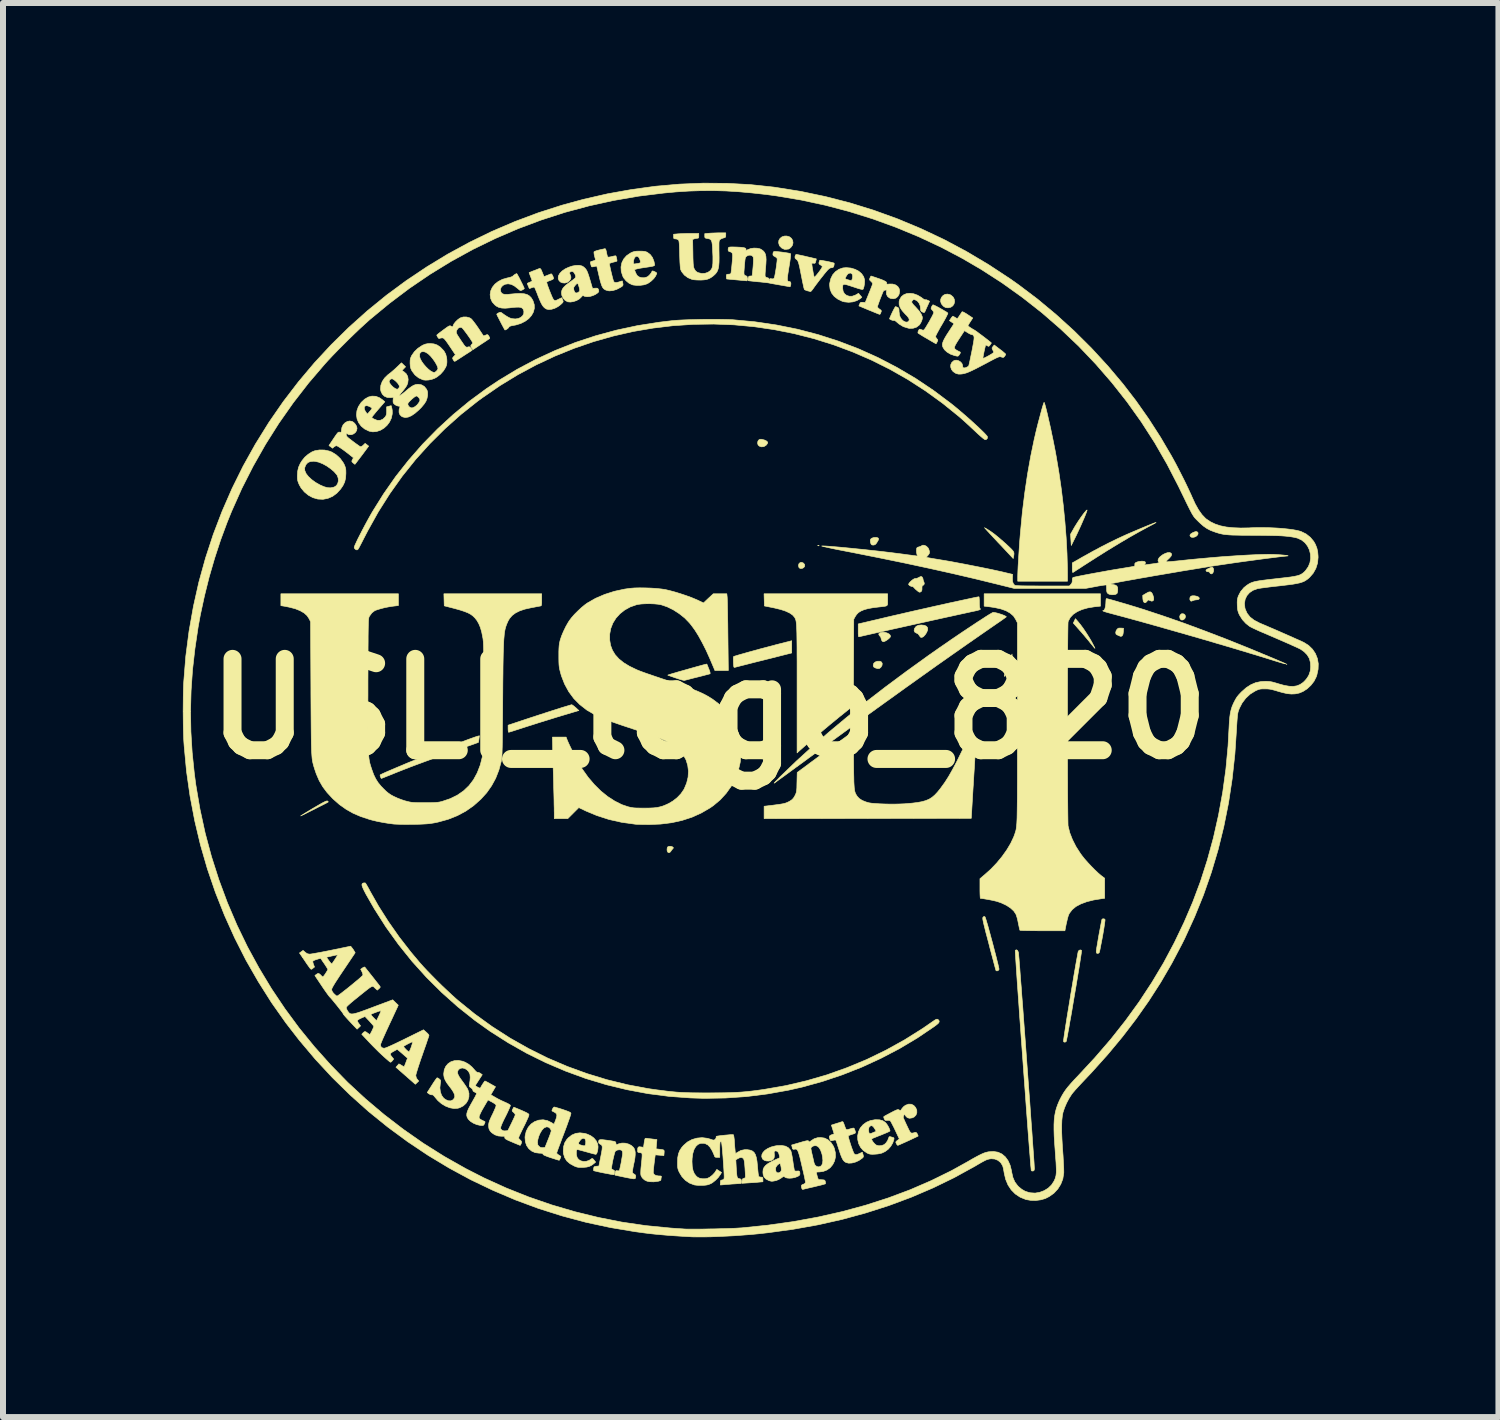
<source format=kicad_pcb>
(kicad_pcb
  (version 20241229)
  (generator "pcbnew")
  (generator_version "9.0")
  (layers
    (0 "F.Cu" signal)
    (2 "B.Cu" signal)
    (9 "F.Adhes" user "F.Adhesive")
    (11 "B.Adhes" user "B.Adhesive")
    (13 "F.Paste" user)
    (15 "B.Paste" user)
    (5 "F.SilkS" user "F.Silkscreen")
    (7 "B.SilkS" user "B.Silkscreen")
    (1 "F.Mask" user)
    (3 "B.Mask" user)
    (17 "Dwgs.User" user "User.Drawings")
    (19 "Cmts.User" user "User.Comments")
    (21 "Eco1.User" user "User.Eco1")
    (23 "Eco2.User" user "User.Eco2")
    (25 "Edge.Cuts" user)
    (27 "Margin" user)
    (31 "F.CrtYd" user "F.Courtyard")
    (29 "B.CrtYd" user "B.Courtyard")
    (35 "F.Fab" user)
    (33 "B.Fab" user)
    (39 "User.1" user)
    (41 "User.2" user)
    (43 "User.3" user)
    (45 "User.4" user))
  (footprint "USLI_logo_820"
    (layer "F.Cu")
    (at 8.775 8.774)
    (property "Reference" "USLI_logo_820" (at 0 0 0) (layer "F.SilkS") (effects (font (size 1.524 1.524) (thickness 0.3))))
    (attr through_hole)
    (fp_poly (pts (xy 9.64 -0.745) (xy 9.635 -0.74) (xy 9.63 -0.745) (xy 9.635 -0.75) (xy 9.64 -0.745)) (stroke (width 0.01) (type solid)) (fill yes) (layer "F.SilkS"))
    (fp_poly (pts (xy 1.837 -2.726) (xy 1.834 -2.721) (xy 1.824 -2.721) (xy 1.813 -2.723) (xy 1.818 -2.727) (xy 1.834 -2.728) (xy 1.837 -2.726)) (stroke (width 0.01) (type solid)) (fill yes) (layer "F.SilkS"))
    (fp_poly (pts (xy 1.573 -2.434) (xy 1.593 -2.412) (xy 1.597 -2.402) (xy 1.595 -2.376) (xy 1.579 -2.356) (xy 1.556 -2.344) (xy 1.53 -2.341) (xy 1.508 -2.35) (xy 1.5 -2.361) (xy 1.493 -2.391) (xy 1.5 -2.42) (xy 1.52 -2.44) (xy 1.546 -2.444) (xy 1.573 -2.434)) (stroke (width 0.01) (type solid)) (fill yes) (layer "F.SilkS"))
    (fp_poly (pts (xy 7.921 -1.584) (xy 7.941 -1.566) (xy 7.948 -1.541) (xy 7.941 -1.514) (xy 7.93 -1.5) (xy 7.903 -1.483) (xy 7.879 -1.483) (xy 7.86 -1.501) (xy 7.858 -1.505) (xy 7.851 -1.537) (xy 7.859 -1.565) (xy 7.878 -1.584) (xy 7.891 -1.588) (xy 7.921 -1.584)) (stroke (width 0.01) (type solid)) (fill yes) (layer "F.SilkS"))
    (fp_poly (pts (xy 8.155 -2.942) (xy 8.158 -2.931) (xy 8.153 -2.906) (xy 8.133 -2.884) (xy 8.105 -2.868) (xy 8.074 -2.861) (xy 8.046 -2.864) (xy 8.03 -2.875) (xy 8.022 -2.895) (xy 8.032 -2.915) (xy 8.062 -2.935) (xy 8.07 -2.94) (xy 8.11 -2.956) (xy 8.139 -2.956) (xy 8.155 -2.942)) (stroke (width 0.01) (type solid)) (fill yes) (layer "F.SilkS"))
    (fp_poly (pts (xy 2.878 -0.782) (xy 2.89 -0.758) (xy 2.887 -0.727) (xy 2.869 -0.696) (xy 2.846 -0.676) (xy 2.817 -0.672) (xy 2.779 -0.682) (xy 2.772 -0.685) (xy 2.749 -0.699) (xy 2.741 -0.717) (xy 2.74 -0.728) (xy 2.749 -0.761) (xy 2.775 -0.783) (xy 2.811 -0.795) (xy 2.851 -0.795) (xy 2.878 -0.782)) (stroke (width 0.01) (type solid)) (fill yes) (layer "F.SilkS"))
    (fp_poly (pts (xy -0.608 2.301) (xy -0.606 2.303) (xy -0.594 2.314) (xy -0.596 2.324) (xy -0.606 2.335) (xy -0.625 2.358) (xy -0.635 2.374) (xy -0.653 2.394) (xy -0.674 2.397) (xy -0.688 2.388) (xy -0.697 2.368) (xy -0.699 2.339) (xy -0.694 2.312) (xy -0.688 2.302) (xy -0.666 2.292) (xy -0.636 2.292) (xy -0.608 2.301)) (stroke (width 0.01) (type solid)) (fill yes) (layer "F.SilkS"))
    (fp_poly (pts (xy 0.883 -4.496) (xy 0.925 -4.485) (xy 0.957 -4.47) (xy 0.977 -4.452) (xy 0.98 -4.442) (xy 0.973 -4.423) (xy 0.956 -4.401) (xy 0.952 -4.397) (xy 0.916 -4.375) (xy 0.875 -4.371) (xy 0.84 -4.383) (xy 0.819 -4.403) (xy 0.811 -4.433) (xy 0.816 -4.464) (xy 0.827 -4.482) (xy 0.844 -4.495) (xy 0.867 -4.498) (xy 0.883 -4.496)) (stroke (width 0.01) (type solid)) (fill yes) (layer "F.SilkS"))
    (fp_poly (pts (xy 6.87 -1.348) (xy 6.915 -1.345) (xy 6.912 -1.29) (xy 6.906 -1.245) (xy 6.892 -1.218) (xy 6.871 -1.209) (xy 6.842 -1.219) (xy 6.84 -1.22) (xy 6.817 -1.231) (xy 6.808 -1.234) (xy 6.789 -1.248) (xy 6.784 -1.273) (xy 6.791 -1.303) (xy 6.801 -1.32) (xy 6.818 -1.339) (xy 6.836 -1.348) (xy 6.862 -1.348) (xy 6.87 -1.348)) (stroke (width 0.01) (type solid)) (fill yes) (layer "F.SilkS"))
    (fp_poly (pts (xy 8.103 -1.886) (xy 8.139 -1.878) (xy 8.165 -1.866) (xy 8.179 -1.849) (xy 8.175 -1.833) (xy 8.156 -1.822) (xy 8.135 -1.82) (xy 8.101 -1.816) (xy 8.071 -1.806) (xy 8.071 -1.806) (xy 8.048 -1.797) (xy 8.033 -1.801) (xy 8.031 -1.803) (xy 8.021 -1.825) (xy 8.022 -1.853) (xy 8.034 -1.875) (xy 8.041 -1.881) (xy 8.067 -1.887) (xy 8.103 -1.886)) (stroke (width 0.01) (type solid)) (fill yes) (layer "F.SilkS"))
    (fp_poly (pts (xy 2.798 -2.859) (xy 2.82 -2.851) (xy 2.827 -2.844) (xy 2.827 -2.822) (xy 2.822 -2.811) (xy 2.808 -2.789) (xy 2.8 -2.773) (xy 2.78 -2.747) (xy 2.752 -2.733) (xy 2.723 -2.734) (xy 2.712 -2.739) (xy 2.702 -2.753) (xy 2.694 -2.779) (xy 2.693 -2.787) (xy 2.691 -2.815) (xy 2.698 -2.832) (xy 2.711 -2.844) (xy 2.737 -2.855) (xy 2.768 -2.86) (xy 2.798 -2.859)) (stroke (width 0.01) (type solid)) (fill yes) (layer "F.SilkS"))
    (fp_poly (pts (xy 8.396 -2.363) (xy 8.411 -2.348) (xy 8.418 -2.322) (xy 8.415 -2.293) (xy 8.405 -2.268) (xy 8.387 -2.253) (xy 8.383 -2.252) (xy 8.363 -2.257) (xy 8.355 -2.27) (xy 8.344 -2.286) (xy 8.325 -2.287) (xy 8.302 -2.291) (xy 8.29 -2.309) (xy 8.29 -2.315) (xy 8.298 -2.323) (xy 8.319 -2.336) (xy 8.346 -2.348) (xy 8.372 -2.359) (xy 8.391 -2.364) (xy 8.396 -2.363)) (stroke (width 0.01) (type solid)) (fill yes) (layer "F.SilkS"))
    (fp_poly (pts (xy 3.594 -1.394) (xy 3.629 -1.378) (xy 3.647 -1.352) (xy 3.648 -1.318) (xy 3.631 -1.275) (xy 3.607 -1.238) (xy 3.577 -1.205) (xy 3.55 -1.192) (xy 3.527 -1.197) (xy 3.51 -1.222) (xy 3.51 -1.222) (xy 3.488 -1.251) (xy 3.462 -1.264) (xy 3.434 -1.28) (xy 3.422 -1.305) (xy 3.428 -1.339) (xy 3.432 -1.346) (xy 3.456 -1.377) (xy 3.493 -1.395) (xy 3.542 -1.4) (xy 3.594 -1.394)) (stroke (width 0.01) (type solid)) (fill yes) (layer "F.SilkS"))
    (fp_poly (pts (xy 4.021 -6.909) (xy 4.038 -6.9) (xy 4.073 -6.869) (xy 4.092 -6.832) (xy 4.097 -6.793) (xy 4.088 -6.755) (xy 4.067 -6.723) (xy 4.034 -6.7) (xy 3.99 -6.69) (xy 3.985 -6.69) (xy 3.95 -6.694) (xy 3.922 -6.708) (xy 3.906 -6.721) (xy 3.876 -6.757) (xy 3.864 -6.796) (xy 3.866 -6.834) (xy 3.881 -6.868) (xy 3.906 -6.896) (xy 3.939 -6.914) (xy 3.978 -6.919) (xy 4.021 -6.909)) (stroke (width 0.01) (type solid)) (fill yes) (layer "F.SilkS"))
    (fp_poly (pts (xy 1.343 -7.874) (xy 1.376 -7.848) (xy 1.396 -7.813) (xy 1.402 -7.773) (xy 1.392 -7.733) (xy 1.369 -7.701) (xy 1.348 -7.682) (xy 1.331 -7.671) (xy 1.327 -7.67) (xy 1.307 -7.668) (xy 1.295 -7.666) (xy 1.268 -7.665) (xy 1.255 -7.667) (xy 1.214 -7.687) (xy 1.182 -7.719) (xy 1.174 -7.731) (xy 1.162 -7.774) (xy 1.166 -7.814) (xy 1.186 -7.848) (xy 1.219 -7.874) (xy 1.262 -7.887) (xy 1.299 -7.887) (xy 1.343 -7.874)) (stroke (width 0.01) (type solid)) (fill yes) (layer "F.SilkS"))
    (fp_poly (pts (xy 2.934 -1.277) (xy 2.971 -1.266) (xy 3.003 -1.25) (xy 3.023 -1.229) (xy 3.028 -1.206) (xy 3.018 -1.19) (xy 2.996 -1.169) (xy 2.967 -1.147) (xy 2.938 -1.13) (xy 2.914 -1.121) (xy 2.909 -1.12) (xy 2.89 -1.129) (xy 2.88 -1.146) (xy 2.872 -1.169) (xy 2.87 -1.184) (xy 2.863 -1.2) (xy 2.85 -1.215) (xy 2.833 -1.238) (xy 2.835 -1.256) (xy 2.856 -1.271) (xy 2.857 -1.271) (xy 2.894 -1.279) (xy 2.934 -1.277)) (stroke (width 0.01) (type solid)) (fill yes) (layer "F.SilkS"))
    (fp_poly (pts (xy 5.058 -0.858) (xy 5.059 -0.835) (xy 5.057 -0.813) (xy 5.051 -0.791) (xy 5.04 -0.762) (xy 5.022 -0.724) (xy 4.996 -0.673) (xy 4.995 -0.671) (xy 4.972 -0.625) (xy 4.952 -0.586) (xy 4.936 -0.557) (xy 4.927 -0.542) (xy 4.926 -0.54) (xy 4.927 -0.549) (xy 4.933 -0.573) (xy 4.944 -0.607) (xy 4.954 -0.638) (xy 4.973 -0.693) (xy 4.995 -0.754) (xy 5.015 -0.81) (xy 5.021 -0.825) (xy 5.055 -0.915) (xy 5.058 -0.858)) (stroke (width 0.01) (type solid)) (fill yes) (layer "F.SilkS"))
    (fp_poly (pts (xy 7.379 -1.943) (xy 7.397 -1.917) (xy 7.404 -1.9) (xy 7.417 -1.856) (xy 7.418 -1.823) (xy 7.407 -1.803) (xy 7.385 -1.797) (xy 7.356 -1.807) (xy 7.335 -1.816) (xy 7.322 -1.814) (xy 7.308 -1.797) (xy 7.307 -1.796) (xy 7.286 -1.774) (xy 7.266 -1.772) (xy 7.25 -1.785) (xy 7.243 -1.803) (xy 7.238 -1.832) (xy 7.237 -1.846) (xy 7.235 -1.893) (xy 7.292 -1.927) (xy 7.331 -1.948) (xy 7.359 -1.953) (xy 7.379 -1.943)) (stroke (width 0.01) (type solid)) (fill yes) (layer "F.SilkS"))
    (fp_poly (pts (xy 6.156 -1.455) (xy 6.195 -1.407) (xy 6.24 -1.346) (xy 6.287 -1.277) (xy 6.332 -1.206) (xy 6.373 -1.138) (xy 6.39 -1.107) (xy 6.41 -1.068) (xy 6.426 -1.037) (xy 6.436 -1.016) (xy 6.438 -1.01) (xy 6.43 -1.017) (xy 6.413 -1.037) (xy 6.389 -1.067) (xy 6.364 -1.097) (xy 6.332 -1.137) (xy 6.291 -1.186) (xy 6.246 -1.24) (xy 6.201 -1.292) (xy 6.186 -1.308) (xy 6.077 -1.432) (xy 6.095 -1.468) (xy 6.112 -1.505) (xy 6.156 -1.455)) (stroke (width 0.01) (type solid)) (fill yes) (layer "F.SilkS"))
    (fp_poly (pts (xy 6.305 -3.306) (xy 6.296 -3.28) (xy 6.281 -3.241) (xy 6.261 -3.192) (xy 6.237 -3.137) (xy 6.211 -3.077) (xy 6.183 -3.015) (xy 6.155 -2.955) (xy 6.129 -2.899) (xy 6.12 -2.881) (xy 6.043 -2.725) (xy 6.037 -2.819) (xy 6.031 -2.914) (xy 6.068 -2.979) (xy 6.096 -3.029) (xy 6.129 -3.082) (xy 6.163 -3.135) (xy 6.197 -3.185) (xy 6.23 -3.231) (xy 6.259 -3.27) (xy 6.283 -3.298) (xy 6.299 -3.315) (xy 6.307 -3.317) (xy 6.305 -3.306)) (stroke (width 0.01) (type solid)) (fill yes) (layer "F.SilkS"))
    (fp_poly (pts (xy 4.638 -2.999) (xy 4.695 -2.963) (xy 4.764 -2.913) (xy 4.841 -2.85) (xy 4.925 -2.777) (xy 4.963 -2.743) (xy 5.01 -2.699) (xy 5.044 -2.666) (xy 5.067 -2.641) (xy 5.081 -2.62) (xy 5.087 -2.601) (xy 5.087 -2.581) (xy 5.084 -2.557) (xy 5.082 -2.547) (xy 5.075 -2.508) (xy 4.875 -2.722) (xy 4.821 -2.778) (xy 4.77 -2.833) (xy 4.724 -2.882) (xy 4.685 -2.924) (xy 4.655 -2.957) (xy 4.636 -2.977) (xy 4.635 -2.979) (xy 4.595 -3.023) (xy 4.638 -2.999)) (stroke (width 0.01) (type solid)) (fill yes) (layer "F.SilkS"))
    (fp_poly (pts (xy -6.36 1.537) (xy -6.358 1.538) (xy -6.35 1.55) (xy -6.351 1.553) (xy -6.361 1.559) (xy -6.386 1.573) (xy -6.423 1.592) (xy -6.469 1.615) (xy -6.521 1.641) (xy -6.575 1.669) (xy -6.631 1.697) (xy -6.683 1.723) (xy -6.73 1.747) (xy -6.768 1.766) (xy -6.796 1.779) (xy -6.809 1.785) (xy -6.81 1.785) (xy -6.802 1.779) (xy -6.779 1.765) (xy -6.745 1.744) (xy -6.703 1.718) (xy -6.655 1.689) (xy -6.605 1.659) (xy -6.555 1.63) (xy -6.509 1.603) (xy -6.469 1.58) (xy -6.438 1.563) (xy -6.432 1.56) (xy -6.396 1.542) (xy -6.373 1.535) (xy -6.36 1.537)) (stroke (width 0.01) (type solid)) (fill yes) (layer "F.SilkS"))
    (fp_poly (pts (xy 1.38 -0.933) (xy 0.917 -0.816) (xy 0.824 -0.793) (xy 0.736 -0.771) (xy 0.655 -0.75) (xy 0.584 -0.732) (xy 0.524 -0.717) (xy 0.478 -0.705) (xy 0.447 -0.697) (xy 0.434 -0.694) (xy 0.423 -0.692) (xy 0.417 -0.697) (xy 0.413 -0.71) (xy 0.41 -0.737) (xy 0.408 -0.777) (xy 0.407 -0.817) (xy 0.407 -0.849) (xy 0.409 -0.869) (xy 0.41 -0.872) (xy 0.421 -0.877) (xy 0.449 -0.886) (xy 0.492 -0.899) (xy 0.548 -0.915) (xy 0.615 -0.934) (xy 0.69 -0.955) (xy 0.771 -0.977) (xy 0.857 -1.001) (xy 0.945 -1.024) (xy 1.032 -1.047) (xy 1.117 -1.07) (xy 1.188 -1.088) (xy 1.38 -1.137) (xy 1.38 -0.933)) (stroke (width 0.01) (type solid)) (fill yes) (layer "F.SilkS"))
    (fp_poly (pts (xy -2.275 -0.063) (xy -2.252 -0.046) (xy -2.224 -0.022) (xy -2.222 -0.021) (xy -2.17 0.027) (xy -2.447 0.11) (xy -2.534 0.136) (xy -2.633 0.167) (xy -2.74 0.2) (xy -2.847 0.233) (xy -2.949 0.266) (xy -3.029 0.291) (xy -3.103 0.315) (xy -3.171 0.337) (xy -3.231 0.356) (xy -3.28 0.372) (xy -3.316 0.383) (xy -3.337 0.389) (xy -3.341 0.39) (xy -3.346 0.381) (xy -3.349 0.357) (xy -3.35 0.331) (xy -3.35 0.272) (xy -3.062 0.176) (xy -2.941 0.136) (xy -2.825 0.098) (xy -2.717 0.063) (xy -2.618 0.031) (xy -2.529 0.003) (xy -2.452 -0.022) (xy -2.388 -0.041) (xy -2.339 -0.056) (xy -2.305 -0.066) (xy -2.289 -0.07) (xy -2.289 -0.07) (xy -2.275 -0.063)) (stroke (width 0.01) (type solid)) (fill yes) (layer "F.SilkS"))
    (fp_poly (pts (xy 6.591 3.502) (xy 6.605 3.512) (xy 6.606 3.514) (xy 6.606 3.528) (xy 6.602 3.558) (xy 6.596 3.601) (xy 6.588 3.655) (xy 6.578 3.715) (xy 6.567 3.779) (xy 6.555 3.844) (xy 6.543 3.906) (xy 6.532 3.962) (xy 6.523 4.01) (xy 6.515 4.045) (xy 6.509 4.065) (xy 6.508 4.067) (xy 6.489 4.079) (xy 6.47 4.076) (xy 6.467 4.073) (xy 6.461 4.059) (xy 6.46 4.043) (xy 6.462 4.026) (xy 6.466 3.994) (xy 6.474 3.949) (xy 6.483 3.895) (xy 6.493 3.835) (xy 6.504 3.771) (xy 6.516 3.708) (xy 6.527 3.649) (xy 6.537 3.596) (xy 6.545 3.553) (xy 6.552 3.523) (xy 6.555 3.51) (xy 6.555 3.509) (xy 6.57 3.501) (xy 6.591 3.502)) (stroke (width 0.01) (type solid)) (fill yes) (layer "F.SilkS"))
    (fp_poly (pts (xy 7.452 -3.105) (xy 7.431 -3.093) (xy 7.399 -3.075) (xy 7.357 -3.053) (xy 7.332 -3.04) (xy 7.181 -2.958) (xy 7.016 -2.865) (xy 6.839 -2.76) (xy 6.651 -2.646) (xy 6.454 -2.522) (xy 6.248 -2.39) (xy 6.225 -2.375) (xy 6.178 -2.344) (xy 6.135 -2.317) (xy 6.102 -2.295) (xy 6.08 -2.281) (xy 6.072 -2.276) (xy 6.066 -2.277) (xy 6.062 -2.291) (xy 6.06 -2.319) (xy 6.06 -2.352) (xy 6.06 -2.435) (xy 6.247 -2.542) (xy 6.4 -2.627) (xy 6.542 -2.703) (xy 6.679 -2.773) (xy 6.817 -2.84) (xy 6.91 -2.883) (xy 6.965 -2.908) (xy 7.027 -2.935) (xy 7.093 -2.963) (xy 7.161 -2.992) (xy 7.228 -3.02) (xy 7.291 -3.046) (xy 7.347 -3.069) (xy 7.395 -3.088) (xy 7.431 -3.102) (xy 7.452 -3.109) (xy 7.457 -3.11) (xy 7.452 -3.105)) (stroke (width 0.01) (type solid)) (fill yes) (layer "F.SilkS"))
    (fp_poly (pts (xy 3.554 -2.201) (xy 3.554 -2.201) (xy 3.567 -2.18) (xy 3.57 -2.166) (xy 3.575 -2.141) (xy 3.584 -2.12) (xy 3.592 -2.095) (xy 3.586 -2.072) (xy 3.571 -2.061) (xy 3.566 -2.06) (xy 3.557 -2.053) (xy 3.553 -2.032) (xy 3.553 -2.014) (xy 3.552 -1.983) (xy 3.545 -1.964) (xy 3.534 -1.954) (xy 3.52 -1.947) (xy 3.507 -1.948) (xy 3.489 -1.959) (xy 3.469 -1.976) (xy 3.443 -1.998) (xy 3.424 -2.018) (xy 3.417 -2.026) (xy 3.402 -2.039) (xy 3.395 -2.04) (xy 3.371 -2.045) (xy 3.347 -2.057) (xy 3.332 -2.072) (xy 3.33 -2.078) (xy 3.337 -2.095) (xy 3.356 -2.118) (xy 3.381 -2.141) (xy 3.407 -2.161) (xy 3.43 -2.173) (xy 3.441 -2.175) (xy 3.461 -2.176) (xy 3.488 -2.186) (xy 3.499 -2.192) (xy 3.524 -2.205) (xy 3.541 -2.208) (xy 3.554 -2.201)) (stroke (width 0.01) (type solid)) (fill yes) (layer "F.SilkS"))
    (fp_poly (pts (xy 4.6 3.466) (xy 4.605 3.47) (xy 4.61 3.483) (xy 4.62 3.512) (xy 4.633 3.556) (xy 4.65 3.612) (xy 4.668 3.678) (xy 4.688 3.751) (xy 4.709 3.829) (xy 4.731 3.909) (xy 4.752 3.99) (xy 4.772 4.067) (xy 4.791 4.14) (xy 4.807 4.206) (xy 4.821 4.261) (xy 4.831 4.305) (xy 4.837 4.334) (xy 4.838 4.345) (xy 4.828 4.36) (xy 4.811 4.369) (xy 4.793 4.368) (xy 4.787 4.363) (xy 4.784 4.352) (xy 4.776 4.324) (xy 4.764 4.28) (xy 4.749 4.223) (xy 4.731 4.154) (xy 4.71 4.076) (xy 4.687 3.99) (xy 4.67 3.922) (xy 4.643 3.819) (xy 4.62 3.734) (xy 4.603 3.664) (xy 4.589 3.609) (xy 4.579 3.566) (xy 4.572 3.534) (xy 4.568 3.51) (xy 4.567 3.494) (xy 4.567 3.484) (xy 4.57 3.477) (xy 4.573 3.473) (xy 4.588 3.461) (xy 4.6 3.466)) (stroke (width 0.01) (type solid)) (fill yes) (layer "F.SilkS"))
    (fp_poly (pts (xy -0.031 -0.738) (xy -0.021 -0.714) (xy -0.008 -0.68) (xy -0.002 -0.667) (xy 0.014 -0.624) (xy 0.02 -0.598) (xy 0.018 -0.586) (xy 0.017 -0.585) (xy 0.005 -0.582) (xy -0.023 -0.574) (xy -0.063 -0.564) (xy -0.112 -0.551) (xy -0.167 -0.537) (xy -0.224 -0.523) (xy -0.279 -0.509) (xy -0.329 -0.496) (xy -0.371 -0.485) (xy -0.4 -0.478) (xy -0.41 -0.475) (xy -0.425 -0.477) (xy -0.454 -0.484) (xy -0.494 -0.496) (xy -0.542 -0.512) (xy -0.554 -0.516) (xy -0.601 -0.532) (xy -0.641 -0.546) (xy -0.671 -0.557) (xy -0.686 -0.563) (xy -0.687 -0.563) (xy -0.678 -0.567) (xy -0.653 -0.575) (xy -0.613 -0.588) (xy -0.56 -0.603) (xy -0.496 -0.622) (xy -0.424 -0.642) (xy -0.364 -0.659) (xy -0.287 -0.681) (xy -0.216 -0.701) (xy -0.154 -0.718) (xy -0.103 -0.732) (xy -0.065 -0.742) (xy -0.042 -0.747) (xy -0.036 -0.748) (xy -0.031 -0.738)) (stroke (width 0.01) (type solid)) (fill yes) (layer "F.SilkS"))
    (fp_poly (pts (xy 6.212 4.026) (xy 6.215 4.03) (xy 6.214 4.041) (xy 6.211 4.07) (xy 6.204 4.116) (xy 6.195 4.175) (xy 6.184 4.247) (xy 6.171 4.329) (xy 6.156 4.419) (xy 6.14 4.516) (xy 6.123 4.619) (xy 6.105 4.724) (xy 6.087 4.83) (xy 6.069 4.936) (xy 6.052 5.039) (xy 6.035 5.137) (xy 6.018 5.229) (xy 6.004 5.313) (xy 5.99 5.387) (xy 5.979 5.45) (xy 5.969 5.498) (xy 5.963 5.531) (xy 5.959 5.546) (xy 5.958 5.547) (xy 5.939 5.559) (xy 5.921 5.555) (xy 5.913 5.544) (xy 5.914 5.532) (xy 5.918 5.502) (xy 5.924 5.456) (xy 5.933 5.396) (xy 5.944 5.324) (xy 5.957 5.241) (xy 5.971 5.151) (xy 5.987 5.053) (xy 6.004 4.951) (xy 6.021 4.846) (xy 6.038 4.74) (xy 6.056 4.635) (xy 6.073 4.533) (xy 6.089 4.435) (xy 6.105 4.344) (xy 6.119 4.262) (xy 6.132 4.19) (xy 6.143 4.13) (xy 6.151 4.084) (xy 6.157 4.054) (xy 6.16 4.043) (xy 6.175 4.026) (xy 6.195 4.02) (xy 6.212 4.026)) (stroke (width 0.01) (type solid)) (fill yes) (layer "F.SilkS"))
    (fp_poly (pts (xy 5.594 -5.106) (xy 5.602 -5.082) (xy 5.613 -5.043) (xy 5.627 -4.989) (xy 5.643 -4.924) (xy 5.66 -4.849) (xy 5.679 -4.766) (xy 5.699 -4.678) (xy 5.718 -4.585) (xy 5.738 -4.491) (xy 5.757 -4.396) (xy 5.775 -4.304) (xy 5.791 -4.216) (xy 5.794 -4.199) (xy 5.838 -3.937) (xy 5.877 -3.667) (xy 5.91 -3.393) (xy 5.937 -3.12) (xy 5.958 -2.852) (xy 5.972 -2.591) (xy 5.979 -2.344) (xy 5.98 -2.243) (xy 5.98 -2.13) (xy 5.15 -2.13) (xy 5.15 -2.208) (xy 5.151 -2.247) (xy 5.153 -2.302) (xy 5.156 -2.372) (xy 5.161 -2.451) (xy 5.166 -2.538) (xy 5.172 -2.629) (xy 5.178 -2.72) (xy 5.184 -2.809) (xy 5.191 -2.893) (xy 5.196 -2.95) (xy 5.228 -3.287) (xy 5.268 -3.608) (xy 5.314 -3.917) (xy 5.367 -4.216) (xy 5.425 -4.496) (xy 5.44 -4.559) (xy 5.456 -4.629) (xy 5.474 -4.702) (xy 5.493 -4.777) (xy 5.513 -4.851) (xy 5.531 -4.92) (xy 5.548 -4.983) (xy 5.563 -5.036) (xy 5.576 -5.077) (xy 5.585 -5.104) (xy 5.589 -5.113) (xy 5.594 -5.106)) (stroke (width 0.01) (type solid)) (fill yes) (layer "F.SilkS"))
    (fp_poly (pts (xy -3.836 0.501) (xy -3.84 0.532) (xy -3.844 0.553) (xy -3.845 0.558) (xy -3.855 0.562) (xy -3.882 0.572) (xy -3.923 0.587) (xy -3.977 0.606) (xy -4.042 0.629) (xy -4.115 0.655) (xy -4.195 0.683) (xy -4.212 0.689) (xy -4.373 0.746) (xy -4.517 0.798) (xy -4.648 0.845) (xy -4.767 0.889) (xy -4.878 0.93) (xy -4.982 0.969) (xy -5.082 1.008) (xy -5.181 1.047) (xy -5.229 1.066) (xy -5.292 1.092) (xy -5.35 1.115) (xy -5.398 1.134) (xy -5.435 1.149) (xy -5.458 1.158) (xy -5.464 1.16) (xy -5.47 1.152) (xy -5.479 1.133) (xy -5.485 1.112) (xy -5.483 1.1) (xy -5.47 1.093) (xy -5.44 1.079) (xy -5.397 1.059) (xy -5.341 1.035) (xy -5.276 1.007) (xy -5.203 0.976) (xy -5.124 0.943) (xy -5.042 0.908) (xy -4.959 0.874) (xy -4.877 0.841) (xy -4.83 0.822) (xy -4.763 0.796) (xy -4.688 0.766) (xy -4.605 0.734) (xy -4.518 0.7) (xy -4.427 0.666) (xy -4.337 0.631) (xy -4.248 0.597) (xy -4.163 0.565) (xy -4.084 0.536) (xy -4.013 0.509) (xy -3.952 0.487) (xy -3.904 0.47) (xy -3.871 0.459) (xy -3.857 0.455) (xy -3.829 0.448) (xy -3.836 0.501)) (stroke (width 0.01) (type solid)) (fill yes) (layer "F.SilkS"))
    (fp_poly (pts (xy 2.98 -1.82) (xy 2.98 -1.78) (xy 2.98 -1.751) (xy 2.975 -1.732) (xy 2.963 -1.72) (xy 2.941 -1.713) (xy 2.906 -1.708) (xy 2.855 -1.702) (xy 2.835 -1.7) (xy 2.736 -1.688) (xy 2.654 -1.673) (xy 2.588 -1.655) (xy 2.536 -1.633) (xy 2.494 -1.607) (xy 2.462 -1.574) (xy 2.437 -1.536) (xy 2.415 -1.495) (xy 2.412 -0.774) (xy 2.409 -0.053) (xy 2.302 0.031) (xy 2.244 0.078) (xy 2.174 0.134) (xy 2.096 0.198) (xy 2.012 0.267) (xy 1.925 0.34) (xy 1.838 0.413) (xy 1.753 0.485) (xy 1.674 0.553) (xy 1.602 0.616) (xy 1.541 0.67) (xy 1.498 0.708) (xy 1.47 0.734) (xy 1.47 -0.328) (xy 1.47 -0.502) (xy 1.47 -0.658) (xy 1.47 -0.796) (xy 1.469 -0.918) (xy 1.469 -1.024) (xy 1.468 -1.116) (xy 1.467 -1.195) (xy 1.466 -1.261) (xy 1.464 -1.318) (xy 1.462 -1.364) (xy 1.46 -1.402) (xy 1.457 -1.433) (xy 1.454 -1.457) (xy 1.45 -1.477) (xy 1.445 -1.493) (xy 1.44 -1.506) (xy 1.434 -1.517) (xy 1.429 -1.527) (xy 1.396 -1.565) (xy 1.347 -1.599) (xy 1.281 -1.63) (xy 1.197 -1.658) (xy 1.094 -1.683) (xy 1.066 -1.689) (xy 0.925 -1.717) (xy 0.919 -1.92) (xy 2.98 -1.92) (xy 2.98 -1.82)) (stroke (width 0.01) (type solid)) (fill yes) (layer "F.SilkS"))
    (fp_poly (pts (xy 4.506 -1.861) (xy 4.508 -1.836) (xy 4.51 -1.8) (xy 4.51 -1.776) (xy 4.511 -1.734) (xy 4.514 -1.7) (xy 4.518 -1.679) (xy 4.52 -1.675) (xy 4.528 -1.667) (xy 4.526 -1.66) (xy 4.51 -1.652) (xy 4.48 -1.643) (xy 4.432 -1.632) (xy 4.402 -1.626) (xy 4.338 -1.612) (xy 4.261 -1.595) (xy 4.173 -1.576) (xy 4.074 -1.554) (xy 3.968 -1.531) (xy 3.855 -1.506) (xy 3.737 -1.48) (xy 3.616 -1.453) (xy 3.494 -1.426) (xy 3.372 -1.399) (xy 3.251 -1.372) (xy 3.134 -1.346) (xy 3.022 -1.321) (xy 2.917 -1.297) (xy 2.82 -1.276) (xy 2.733 -1.256) (xy 2.658 -1.239) (xy 2.596 -1.225) (xy 2.549 -1.214) (xy 2.519 -1.207) (xy 2.507 -1.204) (xy 2.5 -1.203) (xy 2.495 -1.209) (xy 2.492 -1.224) (xy 2.49 -1.253) (xy 2.49 -1.297) (xy 2.49 -1.308) (xy 2.49 -1.417) (xy 2.877 -1.508) (xy 2.973 -1.531) (xy 3.076 -1.555) (xy 3.187 -1.58) (xy 3.302 -1.607) (xy 3.42 -1.634) (xy 3.54 -1.661) (xy 3.66 -1.688) (xy 3.778 -1.715) (xy 3.893 -1.74) (xy 4.003 -1.765) (xy 4.107 -1.787) (xy 4.202 -1.808) (xy 4.286 -1.826) (xy 4.36 -1.842) (xy 4.42 -1.855) (xy 4.465 -1.864) (xy 4.493 -1.869) (xy 4.503 -1.87) (xy 4.506 -1.861)) (stroke (width 0.01) (type solid)) (fill yes) (layer "F.SilkS"))
    (fp_poly (pts (xy 6.645 -1.837) (xy 6.676 -1.829) (xy 6.72 -1.817) (xy 6.776 -1.801) (xy 6.84 -1.782) (xy 6.91 -1.762) (xy 6.985 -1.74) (xy 7.06 -1.717) (xy 7.133 -1.695) (xy 7.202 -1.673) (xy 7.264 -1.654) (xy 7.275 -1.65) (xy 7.589 -1.546) (xy 7.919 -1.431) (xy 8.264 -1.303) (xy 8.624 -1.165) (xy 8.998 -1.015) (xy 9.335 -0.875) (xy 9.405 -0.846) (xy 9.469 -0.819) (xy 9.524 -0.795) (xy 9.569 -0.776) (xy 9.601 -0.762) (xy 9.617 -0.755) (xy 9.619 -0.754) (xy 9.62 -0.751) (xy 9.608 -0.752) (xy 9.584 -0.758) (xy 9.546 -0.769) (xy 9.492 -0.785) (xy 9.42 -0.807) (xy 9.405 -0.812) (xy 9.241 -0.863) (xy 9.063 -0.917) (xy 8.874 -0.974) (xy 8.675 -1.034) (xy 8.47 -1.094) (xy 8.26 -1.156) (xy 8.049 -1.217) (xy 7.839 -1.277) (xy 7.632 -1.336) (xy 7.431 -1.393) (xy 7.239 -1.447) (xy 7.057 -1.497) (xy 6.888 -1.543) (xy 6.735 -1.584) (xy 6.69 -1.596) (xy 6.639 -1.61) (xy 6.6 -1.622) (xy 6.576 -1.631) (xy 6.568 -1.638) (xy 6.578 -1.64) (xy 6.579 -1.64) (xy 6.592 -1.649) (xy 6.605 -1.674) (xy 6.614 -1.711) (xy 6.619 -1.754) (xy 6.62 -1.775) (xy 6.622 -1.814) (xy 6.626 -1.836) (xy 6.631 -1.84) (xy 6.645 -1.837)) (stroke (width 0.01) (type solid)) (fill yes) (layer "F.SilkS"))
    (fp_poly (pts (xy -5.558 -5.214) (xy -5.497 -5.191) (xy -5.446 -5.156) (xy -5.406 -5.123) (xy -5.516 -4.996) (xy -5.552 -4.954) (xy -5.583 -4.916) (xy -5.607 -4.887) (xy -5.621 -4.868) (xy -5.624 -4.862) (xy -5.616 -4.853) (xy -5.596 -4.839) (xy -5.584 -4.833) (xy -5.533 -4.813) (xy -5.484 -4.813) (xy -5.439 -4.832) (xy -5.4 -4.869) (xy -5.398 -4.872) (xy -5.385 -4.895) (xy -5.378 -4.92) (xy -5.376 -4.955) (xy -5.376 -4.972) (xy -5.377 -5.038) (xy -5.339 -5.048) (xy -5.3 -5.058) (xy -5.289 -5.016) (xy -5.283 -4.982) (xy -5.282 -4.94) (xy -5.283 -4.918) (xy -5.298 -4.849) (xy -5.328 -4.785) (xy -5.37 -4.729) (xy -5.421 -4.683) (xy -5.48 -4.648) (xy -5.543 -4.627) (xy -5.607 -4.621) (xy -5.67 -4.633) (xy -5.671 -4.634) (xy -5.743 -4.669) (xy -5.8 -4.716) (xy -5.842 -4.772) (xy -5.869 -4.835) (xy -5.879 -4.903) (xy -5.872 -4.972) (xy -5.853 -5.025) (xy -5.75 -5.025) (xy -5.746 -4.995) (xy -5.73 -4.961) (xy -5.724 -4.953) (xy -5.697 -4.917) (xy -5.659 -4.961) (xy -5.638 -4.986) (xy -5.624 -5.005) (xy -5.62 -5.012) (xy -5.628 -5.023) (xy -5.649 -5.037) (xy -5.676 -5.049) (xy -5.702 -5.057) (xy -5.717 -5.058) (xy -5.74 -5.048) (xy -5.75 -5.025) (xy -5.853 -5.025) (xy -5.847 -5.041) (xy -5.804 -5.107) (xy -5.799 -5.113) (xy -5.743 -5.166) (xy -5.683 -5.201) (xy -5.621 -5.217) (xy -5.558 -5.214)) (stroke (width 0.01) (type solid)) (fill yes) (layer "F.SilkS"))
    (fp_poly (pts (xy 3.75 -6.735) (xy 3.777 -6.723) (xy 3.812 -6.705) (xy 3.852 -6.683) (xy 3.893 -6.66) (xy 3.93 -6.638) (xy 3.961 -6.62) (xy 3.98 -6.606) (xy 3.985 -6.602) (xy 3.982 -6.589) (xy 3.969 -6.563) (xy 3.95 -6.524) (xy 3.924 -6.477) (xy 3.894 -6.424) (xy 3.885 -6.409) (xy 3.853 -6.355) (xy 3.826 -6.305) (xy 3.803 -6.263) (xy 3.788 -6.232) (xy 3.78 -6.215) (xy 3.78 -6.213) (xy 3.786 -6.194) (xy 3.801 -6.174) (xy 3.814 -6.158) (xy 3.816 -6.144) (xy 3.806 -6.122) (xy 3.806 -6.121) (xy 3.794 -6.1) (xy 3.788 -6.09) (xy 3.787 -6.09) (xy 3.778 -6.095) (xy 3.755 -6.108) (xy 3.72 -6.128) (xy 3.677 -6.153) (xy 3.642 -6.174) (xy 3.593 -6.202) (xy 3.55 -6.228) (xy 3.517 -6.249) (xy 3.495 -6.263) (xy 3.488 -6.268) (xy 3.485 -6.284) (xy 3.494 -6.308) (xy 3.506 -6.328) (xy 3.517 -6.334) (xy 3.537 -6.328) (xy 3.544 -6.325) (xy 3.567 -6.317) (xy 3.581 -6.318) (xy 3.592 -6.328) (xy 3.606 -6.347) (xy 3.626 -6.379) (xy 3.649 -6.418) (xy 3.675 -6.461) (xy 3.699 -6.506) (xy 3.721 -6.546) (xy 3.738 -6.58) (xy 3.748 -6.602) (xy 3.75 -6.609) (xy 3.743 -6.628) (xy 3.727 -6.65) (xy 3.724 -6.653) (xy 3.708 -6.671) (xy 3.705 -6.685) (xy 3.712 -6.705) (xy 3.715 -6.709) (xy 3.727 -6.73) (xy 3.736 -6.74) (xy 3.737 -6.74) (xy 3.75 -6.735)) (stroke (width 0.01) (type solid)) (fill yes) (layer "F.SilkS"))
    (fp_poly (pts (xy -4.588 -6.088) (xy -4.535 -6.07) (xy -4.486 -6.038) (xy -4.471 -6.024) (xy -4.422 -5.973) (xy -4.391 -5.918) (xy -4.375 -5.855) (xy -4.372 -5.825) (xy -4.371 -5.783) (xy -4.374 -5.751) (xy -4.382 -5.721) (xy -4.393 -5.696) (xy -4.428 -5.639) (xy -4.477 -5.584) (xy -4.534 -5.538) (xy -4.574 -5.515) (xy -4.622 -5.497) (xy -4.675 -5.486) (xy -4.726 -5.483) (xy -4.767 -5.488) (xy -4.77 -5.489) (xy -4.843 -5.522) (xy -4.904 -5.571) (xy -4.952 -5.635) (xy -4.962 -5.653) (xy -4.975 -5.684) (xy -4.982 -5.719) (xy -4.985 -5.765) (xy -4.985 -5.77) (xy -4.984 -5.813) (xy -4.979 -5.845) (xy -4.968 -5.873) (xy -4.956 -5.898) (xy -4.828 -5.898) (xy -4.827 -5.881) (xy -4.816 -5.841) (xy -4.792 -5.796) (xy -4.759 -5.75) (xy -4.72 -5.705) (xy -4.679 -5.665) (xy -4.639 -5.634) (xy -4.602 -5.615) (xy -4.582 -5.61) (xy -4.567 -5.617) (xy -4.547 -5.633) (xy -4.545 -5.635) (xy -4.528 -5.656) (xy -4.52 -5.676) (xy -4.52 -5.677) (xy -4.527 -5.708) (xy -4.546 -5.747) (xy -4.573 -5.793) (xy -4.606 -5.839) (xy -4.641 -5.882) (xy -4.677 -5.917) (xy -4.692 -5.929) (xy -4.734 -5.953) (xy -4.771 -5.96) (xy -4.801 -5.953) (xy -4.821 -5.931) (xy -4.828 -5.898) (xy -4.956 -5.898) (xy -4.955 -5.898) (xy -4.913 -5.958) (xy -4.856 -6.013) (xy -4.79 -6.057) (xy -4.773 -6.067) (xy -4.731 -6.084) (xy -4.691 -6.092) (xy -4.651 -6.094) (xy -4.588 -6.088)) (stroke (width 0.01) (type solid)) (fill yes) (layer "F.SilkS"))
    (fp_poly (pts (xy -1.036 7.163) (xy -1.031 7.163) (xy -1.001 7.168) (xy -0.961 7.172) (xy -0.932 7.176) (xy -0.868 7.183) (xy -0.875 7.261) (xy -0.882 7.338) (xy -0.823 7.345) (xy -0.784 7.35) (xy -0.761 7.355) (xy -0.75 7.363) (xy -0.747 7.378) (xy -0.748 7.403) (xy -0.748 7.404) (xy -0.752 7.451) (xy -0.824 7.444) (xy -0.896 7.438) (xy -0.914 7.577) (xy -0.92 7.629) (xy -0.925 7.676) (xy -0.928 7.714) (xy -0.929 7.737) (xy -0.928 7.74) (xy -0.915 7.765) (xy -0.886 7.782) (xy -0.842 7.79) (xy -0.831 7.79) (xy -0.804 7.791) (xy -0.793 7.796) (xy -0.794 7.806) (xy -0.799 7.829) (xy -0.8 7.845) (xy -0.803 7.86) (xy -0.815 7.869) (xy -0.84 7.877) (xy -0.85 7.879) (xy -0.92 7.888) (xy -0.988 7.886) (xy -1.033 7.877) (xy -1.077 7.855) (xy -1.113 7.821) (xy -1.134 7.782) (xy -1.136 7.772) (xy -1.138 7.747) (xy -1.137 7.708) (xy -1.134 7.661) (xy -1.129 7.615) (xy -1.124 7.563) (xy -1.119 7.514) (xy -1.116 7.473) (xy -1.115 7.45) (xy -1.116 7.422) (xy -1.121 7.409) (xy -1.136 7.404) (xy -1.153 7.402) (xy -1.177 7.398) (xy -1.188 7.39) (xy -1.19 7.37) (xy -1.19 7.365) (xy -1.188 7.33) (xy -1.18 7.31) (xy -1.163 7.303) (xy -1.135 7.306) (xy -1.092 7.312) (xy -1.085 7.268) (xy -1.078 7.22) (xy -1.072 7.189) (xy -1.067 7.17) (xy -1.06 7.162) (xy -1.05 7.161) (xy -1.036 7.163)) (stroke (width 0.01) (type solid)) (fill yes) (layer "F.SilkS"))
    (fp_poly (pts (xy -5.953 -4.795) (xy -5.926 -4.779) (xy -5.898 -4.749) (xy -5.877 -4.713) (xy -5.87 -4.68) (xy -5.878 -4.641) (xy -5.9 -4.608) (xy -5.932 -4.585) (xy -5.968 -4.573) (xy -6.005 -4.575) (xy -6.028 -4.586) (xy -6.044 -4.595) (xy -6.049 -4.59) (xy -6.05 -4.573) (xy -6.048 -4.56) (xy -6.04 -4.546) (xy -6.025 -4.529) (xy -5.998 -4.507) (xy -5.959 -4.477) (xy -5.939 -4.462) (xy -5.898 -4.431) (xy -5.861 -4.405) (xy -5.833 -4.385) (xy -5.816 -4.374) (xy -5.814 -4.373) (xy -5.797 -4.376) (xy -5.773 -4.392) (xy -5.767 -4.398) (xy -5.735 -4.429) (xy -5.705 -4.406) (xy -5.676 -4.383) (xy -5.789 -4.231) (xy -5.825 -4.184) (xy -5.856 -4.143) (xy -5.881 -4.11) (xy -5.898 -4.088) (xy -5.905 -4.08) (xy -5.906 -4.08) (xy -5.915 -4.086) (xy -5.932 -4.1) (xy -5.936 -4.103) (xy -5.953 -4.12) (xy -5.957 -4.133) (xy -5.949 -4.153) (xy -5.946 -4.157) (xy -5.93 -4.189) (xy -5.973 -4.223) (xy -6.03 -4.268) (xy -6.084 -4.309) (xy -6.132 -4.343) (xy -6.171 -4.369) (xy -6.199 -4.385) (xy -6.213 -4.39) (xy -6.235 -4.383) (xy -6.256 -4.369) (xy -6.278 -4.348) (xy -6.338 -4.393) (xy -6.262 -4.507) (xy -6.231 -4.553) (xy -6.209 -4.584) (xy -6.193 -4.604) (xy -6.181 -4.614) (xy -6.17 -4.617) (xy -6.158 -4.616) (xy -6.158 -4.616) (xy -6.139 -4.614) (xy -6.132 -4.621) (xy -6.13 -4.643) (xy -6.13 -4.646) (xy -6.122 -4.695) (xy -6.102 -4.738) (xy -6.071 -4.771) (xy -6.034 -4.793) (xy -5.994 -4.802) (xy -5.953 -4.795)) (stroke (width 0.01) (type solid)) (fill yes) (layer "F.SilkS"))
    (fp_poly (pts (xy -6.414 -4.318) (xy -6.336 -4.301) (xy -6.289 -4.283) (xy -6.215 -4.236) (xy -6.151 -4.177) (xy -6.101 -4.108) (xy -6.086 -4.081) (xy -6.071 -4.046) (xy -6.062 -4.017) (xy -6.057 -3.986) (xy -6.056 -3.945) (xy -6.056 -3.925) (xy -6.061 -3.85) (xy -6.076 -3.785) (xy -6.105 -3.724) (xy -6.144 -3.667) (xy -6.207 -3.598) (xy -6.277 -3.546) (xy -6.355 -3.512) (xy -6.437 -3.496) (xy -6.522 -3.5) (xy -6.528 -3.501) (xy -6.607 -3.524) (xy -6.681 -3.564) (xy -6.748 -3.619) (xy -6.803 -3.685) (xy -6.833 -3.738) (xy -6.849 -3.775) (xy -6.859 -3.806) (xy -6.864 -3.839) (xy -6.865 -3.883) (xy -6.865 -3.89) (xy -6.86 -3.965) (xy -6.853 -3.996) (xy -6.745 -3.996) (xy -6.74 -3.972) (xy -6.719 -3.924) (xy -6.68 -3.874) (xy -6.627 -3.825) (xy -6.563 -3.778) (xy -6.489 -3.736) (xy -6.487 -3.735) (xy -6.42 -3.706) (xy -6.364 -3.69) (xy -6.313 -3.687) (xy -6.265 -3.696) (xy -6.248 -3.702) (xy -6.214 -3.724) (xy -6.192 -3.759) (xy -6.181 -3.802) (xy -6.184 -3.848) (xy -6.199 -3.892) (xy -6.209 -3.907) (xy -6.253 -3.958) (xy -6.31 -4.006) (xy -6.374 -4.051) (xy -6.441 -4.088) (xy -6.508 -4.115) (xy -6.569 -4.129) (xy -6.594 -4.131) (xy -6.649 -4.126) (xy -6.691 -4.108) (xy -6.721 -4.075) (xy -6.731 -4.054) (xy -6.743 -4.022) (xy -6.745 -3.996) (xy -6.853 -3.996) (xy -6.845 -4.031) (xy -6.816 -4.095) (xy -6.787 -4.141) (xy -6.741 -4.198) (xy -6.684 -4.247) (xy -6.623 -4.286) (xy -6.573 -4.306) (xy -6.496 -4.319) (xy -6.414 -4.318)) (stroke (width 0.01) (type solid)) (fill yes) (layer "F.SilkS"))
    (fp_poly (pts (xy 2.367 -7.353) (xy 2.437 -7.332) (xy 2.498 -7.3) (xy 2.546 -7.259) (xy 2.58 -7.209) (xy 2.595 -7.16) (xy 2.596 -7.127) (xy 2.593 -7.086) (xy 2.586 -7.045) (xy 2.576 -7.012) (xy 2.571 -7.001) (xy 2.564 -6.997) (xy 2.55 -6.997) (xy 2.527 -7.002) (xy 2.49 -7.012) (xy 2.439 -7.029) (xy 2.405 -7.04) (xy 2.344 -7.06) (xy 2.298 -7.074) (xy 2.267 -7.081) (xy 2.247 -7.08) (xy 2.236 -7.072) (xy 2.231 -7.056) (xy 2.23 -7.031) (xy 2.23 -7.014) (xy 2.238 -6.964) (xy 2.261 -6.924) (xy 2.296 -6.897) (xy 2.34 -6.883) (xy 2.389 -6.883) (xy 2.44 -6.901) (xy 2.45 -6.906) (xy 2.495 -6.932) (xy 2.522 -6.899) (xy 2.55 -6.866) (xy 2.523 -6.843) (xy 2.467 -6.81) (xy 2.401 -6.789) (xy 2.33 -6.782) (xy 2.26 -6.789) (xy 2.223 -6.799) (xy 2.149 -6.835) (xy 2.089 -6.881) (xy 2.046 -6.936) (xy 2.02 -7) (xy 2.012 -7.071) (xy 2.014 -7.099) (xy 2.032 -7.175) (xy 2.033 -7.178) (xy 2.271 -7.178) (xy 2.272 -7.175) (xy 2.285 -7.169) (xy 2.31 -7.16) (xy 2.338 -7.152) (xy 2.362 -7.146) (xy 2.375 -7.144) (xy 2.383 -7.155) (xy 2.392 -7.177) (xy 2.394 -7.184) (xy 2.397 -7.223) (xy 2.388 -7.252) (xy 2.369 -7.268) (xy 2.356 -7.27) (xy 2.33 -7.264) (xy 2.315 -7.254) (xy 2.302 -7.237) (xy 2.288 -7.214) (xy 2.276 -7.192) (xy 2.271 -7.178) (xy 2.033 -7.178) (xy 2.064 -7.241) (xy 2.11 -7.293) (xy 2.167 -7.332) (xy 2.234 -7.355) (xy 2.29 -7.36) (xy 2.367 -7.353)) (stroke (width 0.01) (type solid)) (fill yes) (layer "F.SilkS"))
    (fp_poly (pts (xy 4.768 -1.607) (xy 4.804 -1.599) (xy 4.845 -1.587) (xy 4.885 -1.574) (xy 4.921 -1.56) (xy 4.947 -1.547) (xy 4.96 -1.537) (xy 4.96 -1.536) (xy 4.952 -1.529) (xy 4.93 -1.513) (xy 4.895 -1.488) (xy 4.851 -1.457) (xy 4.798 -1.421) (xy 4.739 -1.38) (xy 4.737 -1.379) (xy 4.522 -1.23) (xy 4.292 -1.07) (xy 4.051 -0.901) (xy 3.799 -0.724) (xy 3.541 -0.54) (xy 3.276 -0.351) (xy 3.008 -0.158) (xy 2.97 -0.131) (xy 2.884 -0.069) (xy 2.803 -0.011) (xy 2.726 0.045) (xy 2.651 0.099) (xy 2.576 0.153) (xy 2.5 0.208) (xy 2.422 0.265) (xy 2.339 0.326) (xy 2.251 0.39) (xy 2.155 0.46) (xy 2.049 0.537) (xy 1.933 0.622) (xy 1.805 0.716) (xy 1.662 0.82) (xy 1.61 0.859) (xy 1.522 0.923) (xy 1.438 0.984) (xy 1.359 1.042) (xy 1.288 1.094) (xy 1.225 1.14) (xy 1.172 1.178) (xy 1.131 1.208) (xy 1.103 1.229) (xy 1.09 1.238) (xy 1.087 1.238) (xy 1.096 1.226) (xy 1.117 1.204) (xy 1.148 1.172) (xy 1.187 1.132) (xy 1.216 1.104) (xy 1.459 0.87) (xy 1.721 0.631) (xy 2 0.388) (xy 2.298 0.14) (xy 2.613 -0.111) (xy 2.944 -0.366) (xy 3.291 -0.624) (xy 3.653 -0.885) (xy 3.855 -1.027) (xy 3.949 -1.091) (xy 4.043 -1.157) (xy 4.138 -1.221) (xy 4.231 -1.284) (xy 4.321 -1.344) (xy 4.406 -1.4) (xy 4.484 -1.452) (xy 4.556 -1.498) (xy 4.617 -1.538) (xy 4.668 -1.57) (xy 4.707 -1.593) (xy 4.732 -1.607) (xy 4.741 -1.61) (xy 4.768 -1.607)) (stroke (width 0.01) (type solid)) (fill yes) (layer "F.SilkS"))
    (fp_poly (pts (xy 5.145 4.027) (xy 5.158 4.052) (xy 5.163 4.07) (xy 5.164 4.086) (xy 5.167 4.12) (xy 5.172 4.172) (xy 5.177 4.239) (xy 5.184 4.322) (xy 5.191 4.418) (xy 5.199 4.527) (xy 5.209 4.646) (xy 5.218 4.776) (xy 5.229 4.914) (xy 5.24 5.06) (xy 5.251 5.212) (xy 5.263 5.37) (xy 5.275 5.531) (xy 5.287 5.694) (xy 5.299 5.859) (xy 5.311 6.024) (xy 5.323 6.187) (xy 5.335 6.349) (xy 5.347 6.507) (xy 5.358 6.66) (xy 5.368 6.807) (xy 5.378 6.946) (xy 5.388 7.077) (xy 5.396 7.199) (xy 5.404 7.309) (xy 5.411 7.407) (xy 5.417 7.492) (xy 5.422 7.562) (xy 5.425 7.616) (xy 5.427 7.654) (xy 5.428 7.672) (xy 5.428 7.674) (xy 5.422 7.698) (xy 5.406 7.708) (xy 5.402 7.708) (xy 5.383 7.706) (xy 5.375 7.698) (xy 5.374 7.686) (xy 5.371 7.654) (xy 5.366 7.606) (xy 5.361 7.541) (xy 5.355 7.461) (xy 5.347 7.367) (xy 5.339 7.261) (xy 5.33 7.144) (xy 5.32 7.016) (xy 5.31 6.879) (xy 5.299 6.735) (xy 5.288 6.583) (xy 5.277 6.427) (xy 5.265 6.266) (xy 5.253 6.103) (xy 5.241 5.938) (xy 5.229 5.772) (xy 5.217 5.607) (xy 5.205 5.443) (xy 5.194 5.283) (xy 5.182 5.127) (xy 5.172 4.977) (xy 5.162 4.833) (xy 5.152 4.697) (xy 5.143 4.57) (xy 5.135 4.453) (xy 5.128 4.348) (xy 5.122 4.256) (xy 5.117 4.178) (xy 5.113 4.114) (xy 5.11 4.067) (xy 5.109 4.038) (xy 5.109 4.027) (xy 5.109 4.027) (xy 5.127 4.018) (xy 5.145 4.027)) (stroke (width 0.01) (type solid)) (fill yes) (layer "F.SilkS"))
    (fp_poly (pts (xy -2.074 7.08) (xy -2.038 7.09) (xy -1.974 7.118) (xy -1.92 7.157) (xy -1.88 7.205) (xy -1.856 7.258) (xy -1.85 7.303) (xy -1.853 7.342) (xy -1.86 7.379) (xy -1.869 7.409) (xy -1.881 7.427) (xy -1.887 7.43) (xy -1.901 7.427) (xy -1.931 7.42) (xy -1.972 7.409) (xy -2.021 7.395) (xy -2.04 7.39) (xy -2.091 7.376) (xy -2.135 7.364) (xy -2.17 7.355) (xy -2.191 7.35) (xy -2.194 7.35) (xy -2.206 7.357) (xy -2.212 7.379) (xy -2.212 7.419) (xy -2.211 7.439) (xy -2.199 7.482) (xy -2.174 7.516) (xy -2.137 7.538) (xy -2.093 7.549) (xy -2.046 7.546) (xy -1.998 7.53) (xy -1.96 7.504) (xy -1.948 7.498) (xy -1.936 7.503) (xy -1.919 7.523) (xy -1.917 7.525) (xy -1.89 7.559) (xy -1.921 7.585) (xy -1.959 7.613) (xy -1.996 7.631) (xy -2.039 7.642) (xy -2.093 7.647) (xy -2.1 7.647) (xy -2.146 7.648) (xy -2.181 7.646) (xy -2.211 7.639) (xy -2.244 7.626) (xy -2.316 7.587) (xy -2.371 7.54) (xy -2.407 7.483) (xy -2.427 7.417) (xy -2.43 7.371) (xy -2.424 7.298) (xy -2.408 7.247) (xy -2.177 7.247) (xy -2.172 7.259) (xy -2.154 7.269) (xy -2.132 7.276) (xy -2.096 7.286) (xy -2.075 7.288) (xy -2.064 7.278) (xy -2.057 7.258) (xy -2.056 7.251) (xy -2.055 7.207) (xy -2.065 7.177) (xy -2.083 7.162) (xy -2.108 7.163) (xy -2.135 7.18) (xy -2.162 7.214) (xy -2.17 7.228) (xy -2.177 7.247) (xy -2.408 7.247) (xy -2.406 7.238) (xy -2.373 7.184) (xy -2.345 7.153) (xy -2.286 7.107) (xy -2.222 7.08) (xy -2.152 7.071) (xy -2.074 7.08)) (stroke (width 0.01) (type solid)) (fill yes) (layer "F.SilkS"))
    (fp_poly (pts (xy 2.234 6.887) (xy 2.245 6.905) (xy 2.258 6.941) (xy 2.261 6.949) (xy 2.273 6.983) (xy 2.285 7.008) (xy 2.294 7.02) (xy 2.294 7.02) (xy 2.31 7.017) (xy 2.336 7.01) (xy 2.354 7.005) (xy 2.388 6.995) (xy 2.409 6.991) (xy 2.42 6.995) (xy 2.426 7.006) (xy 2.429 7.013) (xy 2.441 7.046) (xy 2.444 7.066) (xy 2.436 7.079) (xy 2.413 7.088) (xy 2.39 7.095) (xy 2.357 7.106) (xy 2.334 7.115) (xy 2.324 7.121) (xy 2.325 7.134) (xy 2.331 7.162) (xy 2.342 7.2) (xy 2.356 7.245) (xy 2.371 7.292) (xy 2.387 7.337) (xy 2.402 7.376) (xy 2.414 7.406) (xy 2.423 7.421) (xy 2.438 7.432) (xy 2.455 7.435) (xy 2.48 7.429) (xy 2.517 7.413) (xy 2.521 7.411) (xy 2.558 7.394) (xy 2.57 7.433) (xy 2.576 7.459) (xy 2.574 7.475) (xy 2.561 7.49) (xy 2.553 7.496) (xy 2.5 7.533) (xy 2.442 7.559) (xy 2.384 7.574) (xy 2.331 7.577) (xy 2.286 7.566) (xy 2.283 7.564) (xy 2.262 7.551) (xy 2.244 7.533) (xy 2.228 7.508) (xy 2.211 7.472) (xy 2.192 7.423) (xy 2.171 7.357) (xy 2.165 7.34) (xy 2.149 7.29) (xy 2.135 7.246) (xy 2.124 7.214) (xy 2.116 7.195) (xy 2.115 7.191) (xy 2.103 7.19) (xy 2.079 7.194) (xy 2.069 7.197) (xy 2.043 7.203) (xy 2.03 7.201) (xy 2.022 7.189) (xy 2.019 7.182) (xy 2.008 7.148) (xy 2.009 7.127) (xy 2.024 7.113) (xy 2.046 7.103) (xy 2.088 7.089) (xy 2.065 7.015) (xy 2.042 6.942) (xy 2.126 6.915) (xy 2.166 6.903) (xy 2.199 6.892) (xy 2.22 6.885) (xy 2.224 6.884) (xy 2.234 6.887)) (stroke (width 0.01) (type solid)) (fill yes) (layer "F.SilkS"))
    (fp_poly (pts (xy 2.715 -7.217) (xy 2.74 -7.208) (xy 2.778 -7.196) (xy 2.822 -7.18) (xy 2.827 -7.179) (xy 2.885 -7.158) (xy 2.925 -7.14) (xy 2.951 -7.126) (xy 2.963 -7.112) (xy 2.965 -7.099) (xy 2.963 -7.094) (xy 2.964 -7.087) (xy 2.977 -7.084) (xy 3.006 -7.086) (xy 3.008 -7.087) (xy 3.064 -7.086) (xy 3.112 -7.072) (xy 3.15 -7.045) (xy 3.173 -7.008) (xy 3.18 -6.969) (xy 3.172 -6.918) (xy 3.15 -6.879) (xy 3.118 -6.852) (xy 3.077 -6.841) (xy 3.032 -6.846) (xy 3.009 -6.856) (xy 2.978 -6.881) (xy 2.961 -6.917) (xy 2.959 -6.956) (xy 2.961 -6.963) (xy 2.965 -6.983) (xy 2.96 -6.989) (xy 2.942 -6.985) (xy 2.922 -6.98) (xy 2.914 -6.977) (xy 2.907 -6.964) (xy 2.895 -6.937) (xy 2.88 -6.9) (xy 2.863 -6.857) (xy 2.846 -6.813) (xy 2.831 -6.771) (xy 2.819 -6.737) (xy 2.811 -6.715) (xy 2.81 -6.708) (xy 2.819 -6.69) (xy 2.841 -6.671) (xy 2.846 -6.668) (xy 2.869 -6.651) (xy 2.876 -6.636) (xy 2.874 -6.631) (xy 2.866 -6.607) (xy 2.863 -6.598) (xy 2.853 -6.583) (xy 2.846 -6.581) (xy 2.834 -6.585) (xy 2.806 -6.596) (xy 2.766 -6.612) (xy 2.718 -6.632) (xy 2.668 -6.652) (xy 2.501 -6.722) (xy 2.514 -6.754) (xy 2.524 -6.774) (xy 2.538 -6.782) (xy 2.563 -6.782) (xy 2.567 -6.782) (xy 2.607 -6.779) (xy 2.668 -6.929) (xy 2.689 -6.981) (xy 2.707 -7.027) (xy 2.721 -7.063) (xy 2.728 -7.087) (xy 2.73 -7.094) (xy 2.723 -7.109) (xy 2.705 -7.129) (xy 2.701 -7.132) (xy 2.683 -7.15) (xy 2.678 -7.164) (xy 2.684 -7.184) (xy 2.686 -7.188) (xy 2.696 -7.21) (xy 2.703 -7.22) (xy 2.704 -7.22) (xy 2.715 -7.217)) (stroke (width 0.01) (type solid)) (fill yes) (layer "F.SilkS"))
    (fp_poly (pts (xy 2.846 6.854) (xy 2.898 6.868) (xy 2.941 6.897) (xy 2.964 6.923) (xy 2.983 6.952) (xy 3.001 6.985) (xy 3.014 7.016) (xy 3.02 7.038) (xy 3.02 7.039) (xy 3.011 7.046) (xy 2.987 7.058) (xy 2.95 7.074) (xy 2.904 7.093) (xy 2.873 7.106) (xy 2.821 7.126) (xy 2.777 7.144) (xy 2.742 7.158) (xy 2.721 7.168) (xy 2.716 7.171) (xy 2.715 7.184) (xy 2.725 7.206) (xy 2.743 7.231) (xy 2.765 7.255) (xy 2.787 7.273) (xy 2.792 7.276) (xy 2.833 7.287) (xy 2.879 7.284) (xy 2.921 7.268) (xy 2.926 7.265) (xy 2.955 7.237) (xy 2.981 7.199) (xy 2.996 7.158) (xy 2.997 7.157) (xy 3.005 7.137) (xy 3.019 7.134) (xy 3.041 7.14) (xy 3.063 7.146) (xy 3.082 7.153) (xy 3.087 7.165) (xy 3.084 7.184) (xy 3.065 7.24) (xy 3.032 7.296) (xy 2.991 7.343) (xy 2.99 7.344) (xy 2.938 7.383) (xy 2.883 7.409) (xy 2.818 7.423) (xy 2.77 7.427) (xy 2.726 7.429) (xy 2.695 7.427) (xy 2.67 7.422) (xy 2.644 7.411) (xy 2.633 7.405) (xy 2.574 7.365) (xy 2.529 7.313) (xy 2.498 7.253) (xy 2.482 7.187) (xy 2.48 7.12) (xy 2.494 7.053) (xy 2.518 7.002) (xy 2.662 7.002) (xy 2.664 7.041) (xy 2.664 7.044) (xy 2.669 7.068) (xy 2.675 7.082) (xy 2.687 7.085) (xy 2.709 7.079) (xy 2.745 7.064) (xy 2.752 7.061) (xy 2.789 7.045) (xy 2.767 7.006) (xy 2.742 6.969) (xy 2.719 6.952) (xy 2.697 6.954) (xy 2.693 6.956) (xy 2.671 6.976) (xy 2.662 7.002) (xy 2.518 7.002) (xy 2.523 6.991) (xy 2.569 6.937) (xy 2.57 6.936) (xy 2.627 6.894) (xy 2.69 6.867) (xy 2.764 6.853) (xy 2.781 6.852) (xy 2.846 6.854)) (stroke (width 0.01) (type solid)) (fill yes) (layer "F.SilkS"))
    (fp_poly (pts (xy -1.729 -7.675) (xy -1.721 -7.662) (xy -1.713 -7.635) (xy -1.709 -7.615) (xy -1.702 -7.58) (xy -1.695 -7.553) (xy -1.69 -7.54) (xy -1.678 -7.535) (xy -1.651 -7.538) (xy -1.62 -7.545) (xy -1.588 -7.553) (xy -1.563 -7.557) (xy -1.553 -7.556) (xy -1.547 -7.543) (xy -1.541 -7.519) (xy -1.536 -7.494) (xy -1.534 -7.474) (xy -1.535 -7.469) (xy -1.547 -7.464) (xy -1.572 -7.457) (xy -1.6 -7.45) (xy -1.639 -7.439) (xy -1.658 -7.428) (xy -1.66 -7.423) (xy -1.658 -7.405) (xy -1.651 -7.373) (xy -1.642 -7.33) (xy -1.631 -7.283) (xy -1.619 -7.235) (xy -1.608 -7.191) (xy -1.598 -7.155) (xy -1.591 -7.133) (xy -1.59 -7.129) (xy -1.573 -7.114) (xy -1.544 -7.111) (xy -1.502 -7.121) (xy -1.49 -7.125) (xy -1.464 -7.134) (xy -1.447 -7.138) (xy -1.445 -7.138) (xy -1.442 -7.127) (xy -1.437 -7.104) (xy -1.436 -7.098) (xy -1.433 -7.076) (xy -1.437 -7.061) (xy -1.45 -7.047) (xy -1.477 -7.03) (xy -1.542 -6.996) (xy -1.606 -6.977) (xy -1.665 -6.972) (xy -1.715 -6.984) (xy -1.716 -6.984) (xy -1.738 -6.995) (xy -1.757 -7.009) (xy -1.772 -7.028) (xy -1.786 -7.055) (xy -1.799 -7.092) (xy -1.814 -7.142) (xy -1.83 -7.208) (xy -1.84 -7.251) (xy -1.872 -7.388) (xy -1.908 -7.379) (xy -1.938 -7.373) (xy -1.954 -7.373) (xy -1.962 -7.383) (xy -1.969 -7.406) (xy -1.969 -7.407) (xy -1.977 -7.437) (xy -1.977 -7.454) (xy -1.965 -7.463) (xy -1.938 -7.47) (xy -1.935 -7.471) (xy -1.906 -7.48) (xy -1.894 -7.49) (xy -1.894 -7.499) (xy -1.906 -7.543) (xy -1.915 -7.583) (xy -1.918 -7.611) (xy -1.917 -7.623) (xy -1.906 -7.631) (xy -1.88 -7.641) (xy -1.844 -7.651) (xy -1.834 -7.654) (xy -1.794 -7.663) (xy -1.762 -7.67) (xy -1.741 -7.675) (xy -1.739 -7.676) (xy -1.729 -7.675)) (stroke (width 0.01) (type solid)) (fill yes) (layer "F.SilkS"))
    (fp_poly (pts (xy -1.104 -7.634) (xy -1.068 -7.63) (xy -1.041 -7.621) (xy -1.031 -7.617) (xy -0.98 -7.579) (xy -0.943 -7.53) (xy -0.918 -7.467) (xy -0.911 -7.435) (xy -0.908 -7.419) (xy -0.906 -7.407) (xy -0.908 -7.398) (xy -0.917 -7.391) (xy -0.934 -7.385) (xy -0.963 -7.379) (xy -1.006 -7.372) (xy -1.066 -7.363) (xy -1.093 -7.359) (xy -1.155 -7.349) (xy -1.201 -7.339) (xy -1.23 -7.331) (xy -1.24 -7.324) (xy -1.24 -7.324) (xy -1.235 -7.305) (xy -1.224 -7.277) (xy -1.21 -7.249) (xy -1.198 -7.229) (xy -1.166 -7.205) (xy -1.124 -7.192) (xy -1.078 -7.191) (xy -1.034 -7.204) (xy -1.022 -7.21) (xy -0.994 -7.234) (xy -0.966 -7.268) (xy -0.948 -7.301) (xy -0.947 -7.303) (xy -0.938 -7.305) (xy -0.918 -7.299) (xy -0.896 -7.288) (xy -0.878 -7.277) (xy -0.87 -7.268) (xy -0.874 -7.254) (xy -0.885 -7.231) (xy -0.889 -7.221) (xy -0.919 -7.179) (xy -0.961 -7.138) (xy -1.009 -7.103) (xy -1.038 -7.088) (xy -1.086 -7.073) (xy -1.145 -7.065) (xy -1.206 -7.064) (xy -1.261 -7.07) (xy -1.281 -7.075) (xy -1.334 -7.101) (xy -1.384 -7.142) (xy -1.424 -7.191) (xy -1.439 -7.221) (xy -1.463 -7.297) (xy -1.467 -7.371) (xy -1.453 -7.441) (xy -1.449 -7.449) (xy -1.26 -7.449) (xy -1.259 -7.43) (xy -1.253 -7.422) (xy -1.235 -7.422) (xy -1.218 -7.425) (xy -1.186 -7.43) (xy -1.161 -7.435) (xy -1.157 -7.437) (xy -1.145 -7.444) (xy -1.143 -7.462) (xy -1.145 -7.473) (xy -1.159 -7.513) (xy -1.178 -7.54) (xy -1.2 -7.551) (xy -1.222 -7.546) (xy -1.241 -7.524) (xy -1.246 -7.515) (xy -1.256 -7.483) (xy -1.26 -7.451) (xy -1.26 -7.449) (xy -1.449 -7.449) (xy -1.422 -7.504) (xy -1.374 -7.559) (xy -1.311 -7.602) (xy -1.302 -7.607) (xy -1.271 -7.621) (xy -1.243 -7.629) (xy -1.21 -7.634) (xy -1.167 -7.635) (xy -1.155 -7.635) (xy -1.104 -7.634)) (stroke (width 0.01) (type solid)) (fill yes) (layer "F.SilkS"))
    (fp_poly (pts (xy 3.377 6.594) (xy 3.417 6.615) (xy 3.447 6.649) (xy 3.466 6.692) (xy 3.467 6.735) (xy 3.453 6.774) (xy 3.424 6.805) (xy 3.391 6.821) (xy 3.345 6.828) (xy 3.309 6.818) (xy 3.282 6.791) (xy 3.281 6.789) (xy 3.268 6.769) (xy 3.26 6.765) (xy 3.253 6.775) (xy 3.251 6.778) (xy 3.242 6.799) (xy 3.24 6.81) (xy 3.244 6.823) (xy 3.255 6.85) (xy 3.272 6.888) (xy 3.293 6.934) (xy 3.302 6.952) (xy 3.326 7.003) (xy 3.344 7.039) (xy 3.359 7.062) (xy 3.372 7.073) (xy 3.387 7.076) (xy 3.407 7.073) (xy 3.434 7.065) (xy 3.437 7.064) (xy 3.454 7.064) (xy 3.468 7.077) (xy 3.475 7.09) (xy 3.485 7.112) (xy 3.489 7.124) (xy 3.488 7.125) (xy 3.477 7.131) (xy 3.452 7.143) (xy 3.416 7.16) (xy 3.372 7.181) (xy 3.324 7.203) (xy 3.276 7.225) (xy 3.231 7.245) (xy 3.193 7.262) (xy 3.165 7.274) (xy 3.151 7.28) (xy 3.15 7.28) (xy 3.139 7.272) (xy 3.126 7.253) (xy 3.126 7.251) (xy 3.117 7.232) (xy 3.119 7.219) (xy 3.133 7.205) (xy 3.143 7.197) (xy 3.175 7.173) (xy 3.106 7.026) (xy 3.082 6.976) (xy 3.059 6.932) (xy 3.041 6.897) (xy 3.028 6.875) (xy 3.023 6.869) (xy 3.004 6.862) (xy 2.976 6.863) (xy 2.975 6.863) (xy 2.95 6.865) (xy 2.935 6.857) (xy 2.924 6.838) (xy 2.916 6.816) (xy 2.916 6.801) (xy 2.917 6.8) (xy 2.928 6.793) (xy 2.954 6.778) (xy 2.99 6.759) (xy 3.033 6.736) (xy 3.037 6.734) (xy 3.085 6.709) (xy 3.118 6.694) (xy 3.14 6.685) (xy 3.156 6.683) (xy 3.167 6.686) (xy 3.169 6.688) (xy 3.186 6.697) (xy 3.197 6.697) (xy 3.207 6.685) (xy 3.22 6.665) (xy 3.244 6.637) (xy 3.275 6.613) (xy 3.281 6.61) (xy 3.331 6.592) (xy 3.377 6.594)) (stroke (width 0.01) (type solid)) (fill yes) (layer "F.SilkS"))
    (fp_poly (pts (xy 1.471 -7.578) (xy 1.501 -7.572) (xy 1.544 -7.563) (xy 1.595 -7.552) (xy 1.631 -7.543) (xy 1.791 -7.506) (xy 1.784 -7.476) (xy 1.777 -7.447) (xy 1.768 -7.434) (xy 1.754 -7.432) (xy 1.745 -7.434) (xy 1.725 -7.435) (xy 1.716 -7.431) (xy 1.716 -7.419) (xy 1.719 -7.392) (xy 1.724 -7.355) (xy 1.732 -7.314) (xy 1.739 -7.272) (xy 1.747 -7.235) (xy 1.754 -7.207) (xy 1.756 -7.201) (xy 1.763 -7.203) (xy 1.778 -7.218) (xy 1.799 -7.242) (xy 1.823 -7.272) (xy 1.847 -7.304) (xy 1.868 -7.334) (xy 1.883 -7.359) (xy 1.89 -7.375) (xy 1.89 -7.377) (xy 1.882 -7.39) (xy 1.862 -7.404) (xy 1.86 -7.405) (xy 1.84 -7.418) (xy 1.834 -7.434) (xy 1.836 -7.448) (xy 1.843 -7.471) (xy 1.85 -7.483) (xy 1.861 -7.483) (xy 1.886 -7.48) (xy 1.922 -7.473) (xy 1.963 -7.466) (xy 2.005 -7.457) (xy 2.043 -7.448) (xy 2.072 -7.441) (xy 2.087 -7.435) (xy 2.088 -7.435) (xy 2.089 -7.424) (xy 2.086 -7.402) (xy 2.085 -7.397) (xy 2.078 -7.373) (xy 2.065 -7.362) (xy 2.041 -7.358) (xy 2.027 -7.356) (xy 2.014 -7.35) (xy 1.999 -7.339) (xy 1.98 -7.321) (xy 1.955 -7.292) (xy 1.921 -7.251) (xy 1.897 -7.22) (xy 1.857 -7.17) (xy 1.819 -7.12) (xy 1.785 -7.075) (xy 1.758 -7.038) (xy 1.747 -7.022) (xy 1.726 -6.993) (xy 1.708 -6.971) (xy 1.696 -6.961) (xy 1.695 -6.961) (xy 1.68 -6.964) (xy 1.654 -6.971) (xy 1.643 -6.973) (xy 1.615 -6.983) (xy 1.595 -6.992) (xy 1.592 -6.995) (xy 1.588 -7.007) (xy 1.58 -7.036) (xy 1.571 -7.079) (xy 1.559 -7.133) (xy 1.547 -7.196) (xy 1.539 -7.235) (xy 1.524 -7.312) (xy 1.512 -7.371) (xy 1.501 -7.416) (xy 1.492 -7.448) (xy 1.482 -7.471) (xy 1.472 -7.487) (xy 1.459 -7.498) (xy 1.446 -7.507) (xy 1.436 -7.521) (xy 1.435 -7.544) (xy 1.441 -7.566) (xy 1.452 -7.579) (xy 1.457 -7.58) (xy 1.471 -7.578)) (stroke (width 0.01) (type solid)) (fill yes) (layer "F.SilkS"))
    (fp_poly (pts (xy 3.414 -6.924) (xy 3.478 -6.901) (xy 3.541 -6.864) (xy 3.559 -6.85) (xy 3.583 -6.833) (xy 3.603 -6.824) (xy 3.609 -6.824) (xy 3.624 -6.825) (xy 3.647 -6.816) (xy 3.65 -6.815) (xy 3.68 -6.8) (xy 3.654 -6.742) (xy 3.637 -6.705) (xy 3.621 -6.669) (xy 3.613 -6.65) (xy 3.601 -6.624) (xy 3.592 -6.612) (xy 3.58 -6.612) (xy 3.56 -6.62) (xy 3.541 -6.631) (xy 3.532 -6.646) (xy 3.53 -6.673) (xy 3.53 -6.674) (xy 3.523 -6.724) (xy 3.504 -6.768) (xy 3.477 -6.802) (xy 3.456 -6.815) (xy 3.43 -6.826) (xy 3.416 -6.829) (xy 3.406 -6.824) (xy 3.396 -6.814) (xy 3.385 -6.8) (xy 3.382 -6.784) (xy 3.391 -6.765) (xy 3.411 -6.74) (xy 3.445 -6.705) (xy 3.451 -6.698) (xy 3.503 -6.64) (xy 3.539 -6.588) (xy 3.557 -6.543) (xy 3.56 -6.522) (xy 3.554 -6.489) (xy 3.538 -6.45) (xy 3.517 -6.414) (xy 3.507 -6.402) (xy 3.461 -6.367) (xy 3.406 -6.349) (xy 3.343 -6.347) (xy 3.323 -6.351) (xy 3.242 -6.376) (xy 3.17 -6.42) (xy 3.141 -6.445) (xy 3.114 -6.468) (xy 3.094 -6.48) (xy 3.085 -6.481) (xy 3.074 -6.478) (xy 3.052 -6.484) (xy 3.029 -6.494) (xy 3.012 -6.505) (xy 3.014 -6.515) (xy 3.024 -6.538) (xy 3.038 -6.57) (xy 3.055 -6.607) (xy 3.073 -6.644) (xy 3.09 -6.676) (xy 3.103 -6.699) (xy 3.111 -6.71) (xy 3.111 -6.71) (xy 3.125 -6.706) (xy 3.145 -6.698) (xy 3.159 -6.689) (xy 3.167 -6.676) (xy 3.17 -6.652) (xy 3.17 -6.632) (xy 3.178 -6.568) (xy 3.191 -6.532) (xy 3.214 -6.497) (xy 3.242 -6.471) (xy 3.272 -6.455) (xy 3.3 -6.451) (xy 3.323 -6.458) (xy 3.337 -6.477) (xy 3.34 -6.497) (xy 3.331 -6.52) (xy 3.306 -6.553) (xy 3.276 -6.583) (xy 3.223 -6.642) (xy 3.189 -6.695) (xy 3.172 -6.746) (xy 3.172 -6.795) (xy 3.181 -6.827) (xy 3.208 -6.874) (xy 3.248 -6.907) (xy 3.297 -6.927) (xy 3.353 -6.932) (xy 3.414 -6.924)) (stroke (width 0.01) (type solid)) (fill yes) (layer "F.SilkS"))
    (fp_poly (pts (xy -2.119 -7.388) (xy -2.1 -7.378) (xy -2.076 -7.359) (xy -2.056 -7.338) (xy -2.039 -7.312) (xy -2.023 -7.276) (xy -2.006 -7.227) (xy -1.986 -7.162) (xy -1.985 -7.158) (xy -1.943 -7.015) (xy -1.898 -7.017) (xy -1.869 -7.018) (xy -1.854 -7.013) (xy -1.845 -6.999) (xy -1.842 -6.991) (xy -1.837 -6.967) (xy -1.845 -6.95) (xy -1.853 -6.941) (xy -1.892 -6.914) (xy -1.938 -6.893) (xy -1.987 -6.879) (xy -2.034 -6.875) (xy -2.071 -6.881) (xy -2.077 -6.883) (xy -2.098 -6.893) (xy -2.111 -6.89) (xy -2.126 -6.874) (xy -2.127 -6.872) (xy -2.161 -6.839) (xy -2.207 -6.812) (xy -2.26 -6.794) (xy -2.311 -6.786) (xy -2.355 -6.79) (xy -2.398 -6.813) (xy -2.432 -6.85) (xy -2.454 -6.897) (xy -2.46 -6.942) (xy -2.456 -6.972) (xy -2.445 -7.001) (xy -2.443 -7.004) (xy -2.257 -7.004) (xy -2.25 -6.976) (xy -2.238 -6.951) (xy -2.223 -6.938) (xy -2.222 -6.937) (xy -2.193 -6.94) (xy -2.165 -6.96) (xy -2.161 -6.963) (xy -2.156 -6.976) (xy -2.156 -6.996) (xy -2.164 -7.029) (xy -2.167 -7.039) (xy -2.177 -7.07) (xy -2.186 -7.092) (xy -2.191 -7.1) (xy -2.204 -7.093) (xy -2.222 -7.075) (xy -2.24 -7.054) (xy -2.253 -7.034) (xy -2.255 -7.029) (xy -2.257 -7.004) (xy -2.443 -7.004) (xy -2.424 -7.031) (xy -2.391 -7.064) (xy -2.344 -7.101) (xy -2.282 -7.146) (xy -2.267 -7.157) (xy -2.237 -7.181) (xy -2.223 -7.201) (xy -2.224 -7.224) (xy -2.236 -7.253) (xy -2.257 -7.285) (xy -2.278 -7.299) (xy -2.302 -7.295) (xy -2.314 -7.287) (xy -2.325 -7.277) (xy -2.325 -7.264) (xy -2.316 -7.245) (xy -2.302 -7.205) (xy -2.306 -7.172) (xy -2.328 -7.14) (xy -2.364 -7.114) (xy -2.403 -7.103) (xy -2.441 -7.106) (xy -2.475 -7.119) (xy -2.5 -7.143) (xy -2.514 -7.175) (xy -2.513 -7.214) (xy -2.51 -7.224) (xy -2.487 -7.265) (xy -2.449 -7.304) (xy -2.4 -7.338) (xy -2.343 -7.365) (xy -2.282 -7.386) (xy -2.222 -7.397) (xy -2.166 -7.399) (xy -2.119 -7.388)) (stroke (width 0.01) (type solid)) (fill yes) (layer "F.SilkS"))
    (fp_poly (pts (xy -2.811 -7.342) (xy -2.797 -7.322) (xy -2.795 -7.316) (xy -2.78 -7.281) (xy -2.766 -7.246) (xy -2.765 -7.245) (xy -2.751 -7.21) (xy -2.698 -7.231) (xy -2.667 -7.243) (xy -2.642 -7.253) (xy -2.633 -7.257) (xy -2.623 -7.252) (xy -2.611 -7.234) (xy -2.6 -7.21) (xy -2.593 -7.188) (xy -2.593 -7.175) (xy -2.604 -7.166) (xy -2.628 -7.154) (xy -2.649 -7.146) (xy -2.678 -7.135) (xy -2.7 -7.124) (xy -2.706 -7.119) (xy -2.704 -7.106) (xy -2.697 -7.079) (xy -2.684 -7.042) (xy -2.668 -6.999) (xy -2.65 -6.953) (xy -2.632 -6.909) (xy -2.616 -6.871) (xy -2.602 -6.842) (xy -2.593 -6.828) (xy -2.579 -6.815) (xy -2.564 -6.811) (xy -2.542 -6.817) (xy -2.509 -6.832) (xy -2.505 -6.835) (xy -2.478 -6.848) (xy -2.459 -6.856) (xy -2.455 -6.857) (xy -2.451 -6.847) (xy -2.442 -6.826) (xy -2.44 -6.821) (xy -2.433 -6.802) (xy -2.433 -6.788) (xy -2.442 -6.774) (xy -2.463 -6.754) (xy -2.473 -6.744) (xy -2.52 -6.709) (xy -2.572 -6.682) (xy -2.624 -6.666) (xy -2.671 -6.661) (xy -2.71 -6.669) (xy -2.715 -6.672) (xy -2.74 -6.688) (xy -2.762 -6.709) (xy -2.782 -6.737) (xy -2.803 -6.776) (xy -2.826 -6.828) (xy -2.847 -6.879) (xy -2.866 -6.93) (xy -2.884 -6.974) (xy -2.898 -7.008) (xy -2.908 -7.029) (xy -2.91 -7.033) (xy -2.923 -7.035) (xy -2.946 -7.029) (xy -2.955 -7.026) (xy -2.979 -7.016) (xy -2.994 -7.012) (xy -2.995 -7.012) (xy -3.001 -7.023) (xy -3.01 -7.044) (xy -3.02 -7.068) (xy -3.028 -7.088) (xy -3.03 -7.096) (xy -3.022 -7.102) (xy -3.001 -7.112) (xy -2.99 -7.116) (xy -2.966 -7.127) (xy -2.951 -7.137) (xy -2.95 -7.139) (xy -2.953 -7.151) (xy -2.962 -7.177) (xy -2.975 -7.21) (xy -2.975 -7.21) (xy -2.987 -7.242) (xy -2.996 -7.266) (xy -3 -7.276) (xy -3 -7.276) (xy -2.991 -7.281) (xy -2.968 -7.29) (xy -2.935 -7.304) (xy -2.917 -7.31) (xy -2.879 -7.325) (xy -2.847 -7.338) (xy -2.826 -7.346) (xy -2.822 -7.347) (xy -2.811 -7.342)) (stroke (width 0.01) (type solid)) (fill yes) (layer "F.SilkS"))
    (fp_poly (pts (xy 2.405 0.39) (xy 2.406 0.417) (xy 2.407 0.461) (xy 2.408 0.519) (xy 2.41 0.589) (xy 2.411 0.67) (xy 2.412 0.759) (xy 2.412 0.853) (xy 2.413 0.968) (xy 2.414 1.065) (xy 2.416 1.146) (xy 2.417 1.213) (xy 2.42 1.267) (xy 2.423 1.311) (xy 2.427 1.346) (xy 2.432 1.374) (xy 2.439 1.397) (xy 2.447 1.416) (xy 2.458 1.435) (xy 2.47 1.454) (xy 2.473 1.459) (xy 2.507 1.495) (xy 2.557 1.527) (xy 2.619 1.552) (xy 2.667 1.566) (xy 2.712 1.573) (xy 2.773 1.578) (xy 2.846 1.583) (xy 2.927 1.586) (xy 3.013 1.588) (xy 3.1 1.588) (xy 3.183 1.586) (xy 3.26 1.583) (xy 3.283 1.581) (xy 3.39 1.572) (xy 3.479 1.561) (xy 3.554 1.547) (xy 3.617 1.529) (xy 3.672 1.506) (xy 3.72 1.476) (xy 3.766 1.437) (xy 3.811 1.389) (xy 3.858 1.331) (xy 3.869 1.316) (xy 3.934 1.226) (xy 3.998 1.126) (xy 4.062 1.013) (xy 4.13 0.885) (xy 4.163 0.818) (xy 4.255 0.631) (xy 4.352 0.63) (xy 4.449 0.63) (xy 4.444 0.708) (xy 4.442 0.733) (xy 4.439 0.775) (xy 4.435 0.834) (xy 4.431 0.905) (xy 4.426 0.988) (xy 4.42 1.079) (xy 4.414 1.177) (xy 4.408 1.279) (xy 4.406 1.305) (xy 4.375 1.825) (xy 0.92 1.83) (xy 0.92 1.624) (xy 1.062 1.607) (xy 1.137 1.597) (xy 1.195 1.589) (xy 1.24 1.581) (xy 1.275 1.572) (xy 1.304 1.561) (xy 1.331 1.548) (xy 1.351 1.537) (xy 1.386 1.513) (xy 1.41 1.487) (xy 1.432 1.451) (xy 1.435 1.445) (xy 1.446 1.422) (xy 1.454 1.402) (xy 1.459 1.38) (xy 1.463 1.353) (xy 1.466 1.316) (xy 1.467 1.266) (xy 1.468 1.223) (xy 1.472 1.06) (xy 1.619 0.952) (xy 1.68 0.906) (xy 1.748 0.856) (xy 1.82 0.803) (xy 1.895 0.749) (xy 1.97 0.693) (xy 2.045 0.639) (xy 2.117 0.586) (xy 2.185 0.537) (xy 2.247 0.492) (xy 2.301 0.453) (xy 2.345 0.421) (xy 2.378 0.398) (xy 2.399 0.383) (xy 2.404 0.38) (xy 2.405 0.39)) (stroke (width 0.01) (type solid)) (fill yes) (layer "F.SilkS"))
    (fp_poly (pts (xy 1.276 7.293) (xy 1.324 7.319) (xy 1.359 7.359) (xy 1.365 7.37) (xy 1.371 7.389) (xy 1.379 7.424) (xy 1.388 7.47) (xy 1.396 7.523) (xy 1.4 7.545) (xy 1.407 7.597) (xy 1.415 7.643) (xy 1.421 7.678) (xy 1.425 7.699) (xy 1.426 7.702) (xy 1.439 7.708) (xy 1.464 7.709) (xy 1.471 7.708) (xy 1.496 7.707) (xy 1.509 7.713) (xy 1.515 7.731) (xy 1.516 7.738) (xy 1.517 7.761) (xy 1.509 7.779) (xy 1.488 7.794) (xy 1.452 7.809) (xy 1.432 7.816) (xy 1.387 7.825) (xy 1.341 7.828) (xy 1.3 7.824) (xy 1.27 7.813) (xy 1.263 7.807) (xy 1.253 7.8) (xy 1.24 7.801) (xy 1.222 7.812) (xy 1.204 7.825) (xy 1.164 7.849) (xy 1.12 7.867) (xy 1.11 7.869) (xy 1.074 7.876) (xy 1.05 7.879) (xy 1.03 7.876) (xy 1.006 7.869) (xy 0.997 7.866) (xy 0.95 7.841) (xy 0.918 7.807) (xy 0.903 7.762) (xy 0.9 7.725) (xy 0.904 7.684) (xy 0.904 7.683) (xy 1.109 7.683) (xy 1.12 7.721) (xy 1.139 7.737) (xy 1.164 7.738) (xy 1.189 7.726) (xy 1.194 7.721) (xy 1.204 7.706) (xy 1.207 7.687) (xy 1.205 7.657) (xy 1.203 7.644) (xy 1.197 7.613) (xy 1.19 7.59) (xy 1.184 7.583) (xy 1.17 7.587) (xy 1.15 7.601) (xy 1.141 7.609) (xy 1.116 7.644) (xy 1.109 7.683) (xy 0.904 7.683) (xy 0.918 7.648) (xy 0.944 7.616) (xy 0.983 7.585) (xy 1.038 7.553) (xy 1.1 7.523) (xy 1.182 7.486) (xy 1.175 7.451) (xy 1.162 7.406) (xy 1.142 7.38) (xy 1.115 7.372) (xy 1.112 7.372) (xy 1.092 7.378) (xy 1.087 7.392) (xy 1.088 7.4) (xy 1.091 7.449) (xy 1.088 7.482) (xy 1.078 7.505) (xy 1.072 7.512) (xy 1.041 7.532) (xy 1.001 7.541) (xy 0.96 7.54) (xy 0.923 7.529) (xy 0.896 7.509) (xy 0.895 7.508) (xy 0.88 7.471) (xy 0.883 7.434) (xy 0.902 7.397) (xy 0.935 7.362) (xy 0.981 7.332) (xy 1.037 7.307) (xy 1.102 7.29) (xy 1.138 7.284) (xy 1.214 7.282) (xy 1.276 7.293)) (stroke (width 0.01) (type solid)) (fill yes) (layer "F.SilkS"))
    (fp_poly (pts (xy -2.566 6.643) (xy -2.536 6.652) (xy -2.495 6.664) (xy -2.447 6.679) (xy -2.435 6.683) (xy -2.381 6.702) (xy -2.344 6.716) (xy -2.32 6.727) (xy -2.307 6.736) (xy -2.302 6.746) (xy -2.302 6.746) (xy -2.305 6.76) (xy -2.314 6.791) (xy -2.329 6.835) (xy -2.349 6.891) (xy -2.372 6.956) (xy -2.399 7.028) (xy -2.419 7.081) (xy -2.448 7.156) (xy -2.474 7.226) (xy -2.497 7.287) (xy -2.516 7.338) (xy -2.53 7.377) (xy -2.538 7.401) (xy -2.54 7.408) (xy -2.532 7.421) (xy -2.512 7.437) (xy -2.505 7.441) (xy -2.483 7.455) (xy -2.471 7.463) (xy -2.47 7.464) (xy -2.474 7.479) (xy -2.482 7.5) (xy -2.491 7.52) (xy -2.498 7.529) (xy -2.498 7.529) (xy -2.51 7.526) (xy -2.537 7.518) (xy -2.575 7.506) (xy -2.621 7.491) (xy -2.635 7.487) (xy -2.693 7.467) (xy -2.733 7.451) (xy -2.758 7.439) (xy -2.768 7.429) (xy -2.768 7.427) (xy -2.774 7.417) (xy -2.789 7.412) (xy -2.818 7.41) (xy -2.831 7.41) (xy -2.899 7.401) (xy -2.957 7.375) (xy -3.005 7.335) (xy -3.041 7.283) (xy -3.054 7.245) (xy -2.86 7.245) (xy -2.856 7.267) (xy -2.847 7.283) (xy -2.836 7.295) (xy -2.811 7.314) (xy -2.783 7.319) (xy -2.772 7.318) (xy -2.735 7.315) (xy -2.683 7.185) (xy -2.664 7.137) (xy -2.648 7.094) (xy -2.637 7.061) (xy -2.631 7.041) (xy -2.631 7.039) (xy -2.636 7.02) (xy -2.65 6.997) (xy -2.651 6.996) (xy -2.678 6.975) (xy -2.711 6.971) (xy -2.747 6.987) (xy -2.759 6.996) (xy -2.788 7.029) (xy -2.816 7.076) (xy -2.839 7.129) (xy -2.854 7.183) (xy -2.858 7.21) (xy -2.86 7.245) (xy -3.054 7.245) (xy -3.062 7.22) (xy -3.068 7.149) (xy -3.066 7.122) (xy -3.048 7.045) (xy -3.014 6.978) (xy -2.966 6.923) (xy -2.908 6.884) (xy -2.838 6.859) (xy -2.766 6.853) (xy -2.695 6.867) (xy -2.627 6.9) (xy -2.584 6.927) (xy -2.556 6.854) (xy -2.541 6.809) (xy -2.537 6.777) (xy -2.543 6.754) (xy -2.562 6.736) (xy -2.583 6.724) (xy -2.605 6.713) (xy -2.617 6.706) (xy -2.618 6.705) (xy -2.618 6.694) (xy -2.61 6.674) (xy -2.598 6.654) (xy -2.586 6.642) (xy -2.582 6.64) (xy -2.566 6.643)) (stroke (width 0.01) (type solid)) (fill yes) (layer "F.SilkS"))
    (fp_poly (pts (xy -5.731 2.904) (xy -5.723 2.915) (xy -5.708 2.94) (xy -5.688 2.975) (xy -5.664 3.018) (xy -5.66 3.028) (xy -5.513 3.287) (xy -5.348 3.547) (xy -5.167 3.805) (xy -4.972 4.056) (xy -4.826 4.23) (xy -4.769 4.294) (xy -4.7 4.368) (xy -4.622 4.448) (xy -4.539 4.532) (xy -4.454 4.616) (xy -4.369 4.696) (xy -4.289 4.771) (xy -4.217 4.836) (xy -4.186 4.863) (xy -3.907 5.089) (xy -3.618 5.298) (xy -3.319 5.49) (xy -3.011 5.664) (xy -2.694 5.822) (xy -2.37 5.961) (xy -2.038 6.082) (xy -1.701 6.185) (xy -1.358 6.269) (xy -1.01 6.334) (xy -0.87 6.354) (xy -0.774 6.366) (xy -0.689 6.377) (xy -0.611 6.385) (xy -0.537 6.392) (xy -0.462 6.397) (xy -0.384 6.4) (xy -0.3 6.403) (xy -0.205 6.404) (xy -0.096 6.405) (xy 0.005 6.405) (xy 0.135 6.404) (xy 0.249 6.403) (xy 0.35 6.401) (xy 0.442 6.397) (xy 0.529 6.392) (xy 0.613 6.385) (xy 0.699 6.376) (xy 0.79 6.365) (xy 0.889 6.351) (xy 0.935 6.344) (xy 1.284 6.283) (xy 1.629 6.202) (xy 1.969 6.103) (xy 2.303 5.984) (xy 2.631 5.848) (xy 2.95 5.693) (xy 3.261 5.521) (xy 3.562 5.332) (xy 3.746 5.205) (xy 3.776 5.185) (xy 3.796 5.176) (xy 3.81 5.176) (xy 3.819 5.179) (xy 3.837 5.199) (xy 3.84 5.215) (xy 3.836 5.229) (xy 3.823 5.246) (xy 3.797 5.268) (xy 3.757 5.298) (xy 3.473 5.49) (xy 3.176 5.667) (xy 2.868 5.828) (xy 2.551 5.974) (xy 2.227 6.102) (xy 1.896 6.213) (xy 1.561 6.306) (xy 1.328 6.359) (xy 0.976 6.422) (xy 0.625 6.466) (xy 0.275 6.49) (xy -0.078 6.496) (xy -0.305 6.489) (xy -0.663 6.463) (xy -1.018 6.417) (xy -1.369 6.351) (xy -1.715 6.267) (xy -2.056 6.164) (xy -2.39 6.042) (xy -2.718 5.902) (xy -3.037 5.745) (xy -3.348 5.569) (xy -3.65 5.377) (xy -3.905 5.195) (xy -4.188 4.97) (xy -4.456 4.731) (xy -4.711 4.478) (xy -4.951 4.212) (xy -5.176 3.932) (xy -5.387 3.639) (xy -5.581 3.334) (xy -5.719 3.094) (xy -5.751 3.032) (xy -5.773 2.985) (xy -5.786 2.951) (xy -5.788 2.928) (xy -5.782 2.913) (xy -5.767 2.905) (xy -5.766 2.904) (xy -5.743 2.902) (xy -5.731 2.904)) (stroke (width 0.01) (type solid)) (fill yes) (layer "F.SilkS"))
    (fp_poly (pts (xy -3.995 -6.524) (xy -3.971 -6.511) (xy -3.954 -6.495) (xy -3.93 -6.465) (xy -3.9 -6.426) (xy -3.867 -6.38) (xy -3.849 -6.354) (xy -3.76 -6.22) (xy -3.725 -6.234) (xy -3.702 -6.243) (xy -3.689 -6.24) (xy -3.676 -6.225) (xy -3.671 -6.217) (xy -3.66 -6.195) (xy -3.657 -6.18) (xy -3.658 -6.179) (xy -3.668 -6.171) (xy -3.692 -6.155) (xy -3.727 -6.131) (xy -3.77 -6.103) (xy -3.802 -6.082) (xy -3.938 -5.991) (xy -3.959 -6.023) (xy -3.971 -6.044) (xy -3.973 -6.057) (xy -3.965 -6.07) (xy -3.96 -6.076) (xy -3.945 -6.093) (xy -3.94 -6.103) (xy -3.946 -6.117) (xy -3.961 -6.143) (xy -3.984 -6.178) (xy -4.011 -6.217) (xy -4.04 -6.258) (xy -4.069 -6.296) (xy -4.094 -6.329) (xy -4.114 -6.352) (xy -4.125 -6.362) (xy -4.154 -6.365) (xy -4.181 -6.351) (xy -4.203 -6.322) (xy -4.21 -6.306) (xy -4.214 -6.292) (xy -4.214 -6.279) (xy -4.21 -6.264) (xy -4.2 -6.243) (xy -4.182 -6.214) (xy -4.155 -6.173) (xy -4.14 -6.15) (xy -4.107 -6.102) (xy -4.084 -6.068) (xy -4.066 -6.047) (xy -4.051 -6.036) (xy -4.036 -6.033) (xy -4.019 -6.036) (xy -4.002 -6.041) (xy -3.989 -6.036) (xy -3.973 -6.019) (xy -3.97 -6.014) (xy -3.95 -5.982) (xy -4.077 -5.9) (xy -4.123 -5.87) (xy -4.165 -5.843) (xy -4.199 -5.821) (xy -4.22 -5.807) (xy -4.225 -5.804) (xy -4.24 -5.797) (xy -4.251 -5.802) (xy -4.264 -5.821) (xy -4.275 -5.842) (xy -4.275 -5.855) (xy -4.263 -5.871) (xy -4.255 -5.88) (xy -4.229 -5.907) (xy -4.322 -6.046) (xy -4.358 -6.099) (xy -4.385 -6.137) (xy -4.406 -6.163) (xy -4.421 -6.178) (xy -4.434 -6.186) (xy -4.442 -6.188) (xy -4.47 -6.187) (xy -4.488 -6.181) (xy -4.503 -6.177) (xy -4.515 -6.188) (xy -4.523 -6.2) (xy -4.535 -6.221) (xy -4.54 -6.234) (xy -4.54 -6.234) (xy -4.532 -6.242) (xy -4.512 -6.259) (xy -4.481 -6.283) (xy -4.442 -6.312) (xy -4.433 -6.319) (xy -4.389 -6.351) (xy -4.358 -6.373) (xy -4.337 -6.385) (xy -4.323 -6.39) (xy -4.312 -6.389) (xy -4.303 -6.384) (xy -4.283 -6.373) (xy -4.273 -6.374) (xy -4.267 -6.39) (xy -4.266 -6.395) (xy -4.252 -6.424) (xy -4.226 -6.457) (xy -4.193 -6.489) (xy -4.158 -6.515) (xy -4.146 -6.522) (xy -4.098 -6.537) (xy -4.045 -6.537) (xy -3.995 -6.524)) (stroke (width 0.01) (type solid)) (fill yes) (layer "F.SilkS"))
    (fp_poly (pts (xy 1.926 7.158) (xy 1.984 7.186) (xy 2.034 7.231) (xy 2.074 7.291) (xy 2.09 7.327) (xy 2.108 7.401) (xy 2.11 7.473) (xy 2.095 7.54) (xy 2.065 7.6) (xy 2.023 7.651) (xy 1.969 7.69) (xy 1.905 7.715) (xy 1.844 7.723) (xy 1.812 7.724) (xy 1.797 7.727) (xy 1.793 7.735) (xy 1.795 7.75) (xy 1.806 7.795) (xy 1.815 7.825) (xy 1.823 7.842) (xy 1.831 7.85) (xy 1.838 7.851) (xy 1.859 7.852) (xy 1.889 7.854) (xy 1.894 7.854) (xy 1.921 7.857) (xy 1.934 7.866) (xy 1.941 7.885) (xy 1.945 7.908) (xy 1.942 7.921) (xy 1.942 7.921) (xy 1.931 7.925) (xy 1.903 7.933) (xy 1.862 7.944) (xy 1.811 7.956) (xy 1.755 7.97) (xy 1.697 7.983) (xy 1.646 7.995) (xy 1.604 8.005) (xy 1.576 8.012) (xy 1.564 8.015) (xy 1.554 8.009) (xy 1.546 7.99) (xy 1.546 7.988) (xy 1.541 7.96) (xy 1.544 7.945) (xy 1.557 7.935) (xy 1.575 7.929) (xy 1.601 7.915) (xy 1.61 7.898) (xy 1.61 7.894) (xy 1.608 7.879) (xy 1.601 7.847) (xy 1.592 7.801) (xy 1.579 7.744) (xy 1.564 7.68) (xy 1.55 7.619) (xy 1.531 7.537) (xy 1.515 7.472) (xy 1.501 7.423) (xy 1.489 7.388) (xy 1.478 7.364) (xy 1.467 7.35) (xy 1.455 7.343) (xy 1.441 7.342) (xy 1.428 7.344) (xy 1.408 7.346) (xy 1.397 7.34) (xy 1.392 7.327) (xy 1.7 7.327) (xy 1.702 7.344) (xy 1.708 7.375) (xy 1.717 7.416) (xy 1.725 7.45) (xy 1.736 7.496) (xy 1.745 7.536) (xy 1.752 7.566) (xy 1.755 7.578) (xy 1.771 7.611) (xy 1.797 7.632) (xy 1.827 7.639) (xy 1.858 7.632) (xy 1.879 7.614) (xy 1.895 7.579) (xy 1.9 7.53) (xy 1.894 7.471) (xy 1.885 7.425) (xy 1.863 7.362) (xy 1.836 7.317) (xy 1.805 7.291) (xy 1.769 7.284) (xy 1.734 7.293) (xy 1.711 7.309) (xy 1.7 7.326) (xy 1.7 7.327) (xy 1.392 7.327) (xy 1.39 7.321) (xy 1.386 7.304) (xy 1.379 7.274) (xy 1.505 7.237) (xy 1.562 7.22) (xy 1.604 7.209) (xy 1.632 7.203) (xy 1.649 7.202) (xy 1.659 7.205) (xy 1.665 7.212) (xy 1.666 7.215) (xy 1.673 7.222) (xy 1.685 7.218) (xy 1.704 7.203) (xy 1.755 7.17) (xy 1.812 7.152) (xy 1.861 7.149) (xy 1.926 7.158)) (stroke (width 0.01) (type solid)) (fill yes) (layer "F.SilkS"))
    (fp_poly (pts (xy 0.28 -7.901) (xy 0.278 -7.876) (xy 0.27 -7.863) (xy 0.251 -7.857) (xy 0.246 -7.856) (xy 0.214 -7.846) (xy 0.188 -7.831) (xy 0.18 -7.824) (xy 0.175 -7.816) (xy 0.171 -7.804) (xy 0.168 -7.786) (xy 0.167 -7.759) (xy 0.167 -7.719) (xy 0.167 -7.664) (xy 0.168 -7.606) (xy 0.169 -7.521) (xy 0.168 -7.453) (xy 0.164 -7.399) (xy 0.158 -7.357) (xy 0.148 -7.322) (xy 0.135 -7.293) (xy 0.117 -7.267) (xy 0.105 -7.253) (xy 0.075 -7.225) (xy 0.037 -7.197) (xy 0.013 -7.183) (xy -0.019 -7.169) (xy -0.049 -7.161) (xy -0.083 -7.156) (xy -0.13 -7.153) (xy -0.14 -7.153) (xy -0.2 -7.154) (xy -0.251 -7.158) (xy -0.283 -7.164) (xy -0.352 -7.193) (xy -0.41 -7.236) (xy -0.454 -7.291) (xy -0.471 -7.325) (xy -0.476 -7.347) (xy -0.48 -7.388) (xy -0.484 -7.446) (xy -0.487 -7.521) (xy -0.489 -7.583) (xy -0.491 -7.657) (xy -0.493 -7.713) (xy -0.495 -7.755) (xy -0.498 -7.784) (xy -0.501 -7.803) (xy -0.505 -7.815) (xy -0.511 -7.823) (xy -0.514 -7.826) (xy -0.539 -7.837) (xy -0.562 -7.84) (xy -0.58 -7.842) (xy -0.588 -7.851) (xy -0.59 -7.874) (xy -0.59 -7.879) (xy -0.59 -7.917) (xy -0.513 -7.924) (xy -0.473 -7.926) (xy -0.419 -7.928) (xy -0.36 -7.93) (xy -0.303 -7.93) (xy -0.17 -7.93) (xy -0.17 -7.89) (xy -0.171 -7.864) (xy -0.178 -7.853) (xy -0.193 -7.85) (xy -0.194 -7.85) (xy -0.223 -7.846) (xy -0.246 -7.84) (xy -0.272 -7.83) (xy -0.268 -7.602) (xy -0.267 -7.528) (xy -0.265 -7.471) (xy -0.263 -7.428) (xy -0.26 -7.397) (xy -0.257 -7.374) (xy -0.252 -7.356) (xy -0.246 -7.341) (xy -0.242 -7.333) (xy -0.221 -7.302) (xy -0.193 -7.282) (xy -0.175 -7.275) (xy -0.121 -7.262) (xy -0.067 -7.265) (xy -0.018 -7.281) (xy 0.022 -7.309) (xy 0.044 -7.338) (xy 0.054 -7.362) (xy 0.061 -7.393) (xy 0.065 -7.431) (xy 0.066 -7.482) (xy 0.066 -7.547) (xy 0.062 -7.627) (xy 0.059 -7.696) (xy 0.055 -7.748) (xy 0.049 -7.786) (xy 0.04 -7.812) (xy 0.027 -7.828) (xy 0.01 -7.838) (xy -0.014 -7.844) (xy -0.026 -7.846) (xy -0.053 -7.851) (xy -0.066 -7.859) (xy -0.07 -7.875) (xy -0.07 -7.89) (xy -0.07 -7.927) (xy -0.003 -7.933) (xy 0.038 -7.936) (xy 0.089 -7.938) (xy 0.145 -7.94) (xy 0.172 -7.94) (xy 0.28 -7.94) (xy 0.28 -7.901)) (stroke (width 0.01) (type solid)) (fill yes) (layer "F.SilkS"))
    (fp_poly (pts (xy -3.2 -7.252) (xy -3.187 -7.229) (xy -3.169 -7.197) (xy -3.149 -7.158) (xy -3.129 -7.117) (xy -3.109 -7.078) (xy -3.094 -7.045) (xy -3.083 -7.021) (xy -3.08 -7.012) (xy -3.088 -7.003) (xy -3.108 -6.99) (xy -3.113 -6.988) (xy -3.131 -6.98) (xy -3.145 -6.979) (xy -3.161 -6.987) (xy -3.184 -7.007) (xy -3.19 -7.012) (xy -3.246 -7.055) (xy -3.297 -7.081) (xy -3.348 -7.09) (xy -3.353 -7.09) (xy -3.399 -7.083) (xy -3.437 -7.063) (xy -3.464 -7.035) (xy -3.478 -7) (xy -3.474 -6.963) (xy -3.474 -6.963) (xy -3.461 -6.938) (xy -3.44 -6.922) (xy -3.408 -6.914) (xy -3.363 -6.913) (xy -3.305 -6.919) (xy -3.215 -6.927) (xy -3.141 -6.929) (xy -3.081 -6.924) (xy -3.033 -6.911) (xy -2.996 -6.889) (xy -2.965 -6.858) (xy -2.94 -6.817) (xy -2.934 -6.805) (xy -2.914 -6.742) (xy -2.913 -6.679) (xy -2.929 -6.618) (xy -2.961 -6.561) (xy -3.007 -6.509) (xy -3.067 -6.465) (xy -3.138 -6.429) (xy -3.22 -6.404) (xy -3.253 -6.398) (xy -3.295 -6.39) (xy -3.321 -6.382) (xy -3.334 -6.372) (xy -3.336 -6.368) (xy -3.347 -6.353) (xy -3.368 -6.336) (xy -3.391 -6.323) (xy -3.403 -6.32) (xy -3.408 -6.328) (xy -3.421 -6.351) (xy -3.44 -6.386) (xy -3.463 -6.429) (xy -3.473 -6.449) (xy -3.497 -6.495) (xy -3.517 -6.534) (xy -3.532 -6.564) (xy -3.539 -6.581) (xy -3.54 -6.583) (xy -3.532 -6.592) (xy -3.513 -6.604) (xy -3.509 -6.605) (xy -3.487 -6.615) (xy -3.471 -6.615) (xy -3.457 -6.606) (xy -3.407 -6.57) (xy -3.368 -6.545) (xy -3.338 -6.528) (xy -3.312 -6.517) (xy -3.286 -6.509) (xy -3.283 -6.509) (xy -3.23 -6.504) (xy -3.18 -6.511) (xy -3.139 -6.53) (xy -3.107 -6.558) (xy -3.089 -6.592) (xy -3.087 -6.631) (xy -3.091 -6.647) (xy -3.101 -6.67) (xy -3.117 -6.686) (xy -3.14 -6.697) (xy -3.173 -6.701) (xy -3.22 -6.7) (xy -3.282 -6.695) (xy -3.325 -6.689) (xy -3.398 -6.683) (xy -3.456 -6.686) (xy -3.505 -6.697) (xy -3.547 -6.719) (xy -3.57 -6.737) (xy -3.615 -6.787) (xy -3.641 -6.845) (xy -3.65 -6.909) (xy -3.64 -6.973) (xy -3.613 -7.032) (xy -3.57 -7.085) (xy -3.513 -7.13) (xy -3.444 -7.165) (xy -3.364 -7.188) (xy -3.348 -7.191) (xy -3.309 -7.201) (xy -3.28 -7.212) (xy -3.27 -7.22) (xy -3.251 -7.237) (xy -3.228 -7.252) (xy -3.209 -7.26) (xy -3.206 -7.26) (xy -3.2 -7.252)) (stroke (width 0.01) (type solid)) (fill yes) (layer "F.SilkS"))
    (fp_poly (pts (xy -1.767 7.186) (xy -1.718 7.192) (xy -1.689 7.196) (xy -1.635 7.204) (xy -1.598 7.21) (xy -1.574 7.215) (xy -1.561 7.221) (xy -1.555 7.229) (xy -1.552 7.239) (xy -1.552 7.243) (xy -1.55 7.261) (xy -1.545 7.268) (xy -1.532 7.266) (xy -1.507 7.255) (xy -1.504 7.254) (xy -1.453 7.242) (xy -1.398 7.243) (xy -1.344 7.257) (xy -1.296 7.281) (xy -1.259 7.314) (xy -1.247 7.333) (xy -1.236 7.362) (xy -1.23 7.396) (xy -1.23 7.438) (xy -1.235 7.49) (xy -1.247 7.557) (xy -1.255 7.593) (xy -1.265 7.642) (xy -1.272 7.685) (xy -1.276 7.717) (xy -1.277 7.734) (xy -1.276 7.735) (xy -1.263 7.75) (xy -1.245 7.76) (xy -1.225 7.776) (xy -1.221 7.804) (xy -1.226 7.824) (xy -1.23 7.832) (xy -1.238 7.836) (xy -1.252 7.838) (xy -1.274 7.836) (xy -1.308 7.83) (xy -1.357 7.821) (xy -1.42 7.808) (xy -1.471 7.797) (xy -1.515 7.788) (xy -1.547 7.781) (xy -1.566 7.776) (xy -1.568 7.775) (xy -1.569 7.764) (xy -1.565 7.741) (xy -1.564 7.735) (xy -1.558 7.711) (xy -1.549 7.702) (xy -1.532 7.703) (xy -1.529 7.704) (xy -1.507 7.705) (xy -1.495 7.7) (xy -1.49 7.685) (xy -1.483 7.655) (xy -1.474 7.614) (xy -1.464 7.567) (xy -1.456 7.518) (xy -1.448 7.473) (xy -1.442 7.436) (xy -1.44 7.411) (xy -1.44 7.409) (xy -1.444 7.379) (xy -1.456 7.363) (xy -1.461 7.359) (xy -1.491 7.353) (xy -1.525 7.357) (xy -1.555 7.371) (xy -1.562 7.378) (xy -1.569 7.393) (xy -1.578 7.423) (xy -1.588 7.463) (xy -1.599 7.509) (xy -1.609 7.557) (xy -1.617 7.601) (xy -1.623 7.638) (xy -1.625 7.663) (xy -1.624 7.672) (xy -1.611 7.682) (xy -1.594 7.69) (xy -1.578 7.7) (xy -1.574 7.715) (xy -1.577 7.732) (xy -1.582 7.756) (xy -1.586 7.769) (xy -1.586 7.769) (xy -1.597 7.769) (xy -1.623 7.765) (xy -1.661 7.758) (xy -1.706 7.749) (xy -1.756 7.74) (xy -1.805 7.73) (xy -1.851 7.72) (xy -1.888 7.711) (xy -1.914 7.705) (xy -1.924 7.701) (xy -1.925 7.688) (xy -1.923 7.664) (xy -1.923 7.663) (xy -1.918 7.642) (xy -1.907 7.633) (xy -1.883 7.629) (xy -1.877 7.628) (xy -1.836 7.625) (xy -1.804 7.465) (xy -1.791 7.4) (xy -1.783 7.351) (xy -1.78 7.316) (xy -1.782 7.293) (xy -1.789 7.277) (xy -1.801 7.267) (xy -1.816 7.26) (xy -1.836 7.244) (xy -1.84 7.228) (xy -1.839 7.208) (xy -1.834 7.194) (xy -1.822 7.187) (xy -1.801 7.184) (xy -1.767 7.186)) (stroke (width 0.01) (type solid)) (fill yes) (layer "F.SilkS"))
    (fp_poly (pts (xy 0.209 -6.497) (xy 0.304 -6.495) (xy 0.385 -6.492) (xy 0.4 -6.491) (xy 0.765 -6.457) (xy 1.124 -6.404) (xy 1.476 -6.333) (xy 1.823 -6.242) (xy 2.162 -6.133) (xy 2.494 -6.006) (xy 2.819 -5.86) (xy 3.136 -5.695) (xy 3.445 -5.513) (xy 3.745 -5.312) (xy 4.036 -5.094) (xy 4.04 -5.091) (xy 4.102 -5.041) (xy 4.168 -4.986) (xy 4.236 -4.928) (xy 4.305 -4.868) (xy 4.372 -4.809) (xy 4.435 -4.751) (xy 4.494 -4.697) (xy 4.545 -4.648) (xy 4.588 -4.606) (xy 4.62 -4.572) (xy 4.64 -4.548) (xy 4.645 -4.539) (xy 4.644 -4.514) (xy 4.629 -4.496) (xy 4.608 -4.49) (xy 4.594 -4.497) (xy 4.568 -4.516) (xy 4.532 -4.547) (xy 4.488 -4.586) (xy 4.437 -4.634) (xy 4.437 -4.634) (xy 4.381 -4.686) (xy 4.322 -4.741) (xy 4.263 -4.795) (xy 4.209 -4.843) (xy 4.17 -4.877) (xy 3.894 -5.1) (xy 3.609 -5.306) (xy 3.316 -5.495) (xy 3.015 -5.666) (xy 2.706 -5.82) (xy 2.392 -5.956) (xy 2.072 -6.075) (xy 1.748 -6.176) (xy 1.419 -6.26) (xy 1.087 -6.326) (xy 0.753 -6.375) (xy 0.417 -6.406) (xy 0.08 -6.419) (xy -0.258 -6.414) (xy -0.595 -6.392) (xy -0.93 -6.352) (xy -1.264 -6.295) (xy -1.596 -6.219) (xy -1.924 -6.126) (xy -2.247 -6.015) (xy -2.566 -5.886) (xy -2.88 -5.739) (xy -3.186 -5.575) (xy -3.486 -5.392) (xy -3.778 -5.191) (xy -3.855 -5.135) (xy -4.137 -4.911) (xy -4.403 -4.674) (xy -4.655 -4.424) (xy -4.893 -4.16) (xy -5.115 -3.883) (xy -5.322 -3.592) (xy -5.514 -3.289) (xy -5.69 -2.973) (xy -5.728 -2.9) (xy -5.76 -2.838) (xy -5.789 -2.781) (xy -5.814 -2.733) (xy -5.834 -2.695) (xy -5.848 -2.671) (xy -5.853 -2.663) (xy -5.871 -2.651) (xy -5.893 -2.659) (xy -5.905 -2.67) (xy -5.914 -2.681) (xy -5.917 -2.692) (xy -5.913 -2.708) (xy -5.903 -2.735) (xy -5.89 -2.762) (xy -5.863 -2.821) (xy -5.827 -2.892) (xy -5.786 -2.972) (xy -5.742 -3.056) (xy -5.696 -3.141) (xy -5.651 -3.222) (xy -5.612 -3.29) (xy -5.427 -3.586) (xy -5.226 -3.874) (xy -5.008 -4.15) (xy -4.775 -4.416) (xy -4.527 -4.669) (xy -4.267 -4.908) (xy -3.995 -5.133) (xy -3.711 -5.342) (xy -3.51 -5.476) (xy -3.201 -5.663) (xy -2.884 -5.831) (xy -2.561 -5.98) (xy -2.23 -6.111) (xy -1.891 -6.223) (xy -1.545 -6.317) (xy -1.191 -6.393) (xy -0.828 -6.45) (xy -0.61 -6.476) (xy -0.537 -6.482) (xy -0.449 -6.487) (xy -0.348 -6.491) (xy -0.238 -6.494) (xy -0.124 -6.497) (xy -0.008 -6.498) (xy 0.104 -6.498) (xy 0.209 -6.497)) (stroke (width 0.01) (type solid)) (fill yes) (layer "F.SilkS"))
    (fp_poly (pts (xy -5.095 -5.74) (xy -5.06 -5.706) (xy -5.091 -5.674) (xy -5.121 -5.643) (xy -5.086 -5.622) (xy -5.049 -5.589) (xy -5.025 -5.545) (xy -5.017 -5.493) (xy -5.024 -5.437) (xy -5.038 -5.399) (xy -5.056 -5.369) (xy -5.083 -5.332) (xy -5.112 -5.296) (xy -5.115 -5.292) (xy -5.139 -5.264) (xy -5.156 -5.241) (xy -5.162 -5.227) (xy -5.161 -5.225) (xy -5.15 -5.229) (xy -5.127 -5.244) (xy -5.097 -5.268) (xy -5.06 -5.298) (xy -5.058 -5.3) (xy -5.006 -5.344) (xy -4.963 -5.375) (xy -4.929 -5.396) (xy -4.897 -5.408) (xy -4.866 -5.413) (xy -4.849 -5.414) (xy -4.794 -5.405) (xy -4.748 -5.378) (xy -4.712 -5.334) (xy -4.699 -5.307) (xy -4.693 -5.279) (xy -4.693 -5.243) (xy -4.693 -5.234) (xy -4.702 -5.182) (xy -4.72 -5.132) (xy -4.752 -5.083) (xy -4.797 -5.029) (xy -4.836 -4.99) (xy -4.903 -4.931) (xy -4.963 -4.89) (xy -5.017 -4.867) (xy -5.066 -4.86) (xy -5.111 -4.871) (xy -5.127 -4.88) (xy -5.155 -4.908) (xy -5.169 -4.946) (xy -5.168 -4.992) (xy -5.155 -5.032) (xy -5.153 -5.045) (xy -5.165 -5.05) (xy -5.178 -5.05) (xy -5.21 -5.058) (xy -5.24 -5.076) (xy -5.023 -5.076) (xy -5.022 -5.075) (xy -5.008 -5.046) (xy -4.981 -5.026) (xy -4.955 -5.02) (xy -4.934 -5.025) (xy -4.907 -5.039) (xy -4.898 -5.045) (xy -4.869 -5.069) (xy -4.844 -5.1) (xy -4.826 -5.13) (xy -4.82 -5.152) (xy -4.827 -5.174) (xy -4.844 -5.197) (xy -4.865 -5.215) (xy -4.88 -5.22) (xy -4.896 -5.213) (xy -4.921 -5.196) (xy -4.951 -5.171) (xy -4.963 -5.16) (xy -4.995 -5.129) (xy -5.014 -5.108) (xy -5.022 -5.091) (xy -5.023 -5.076) (xy -5.24 -5.076) (xy -5.24 -5.077) (xy -5.26 -5.095) (xy -5.268 -5.114) (xy -5.269 -5.141) (xy -5.268 -5.15) (xy -5.265 -5.197) (xy -5.311 -5.192) (xy -5.367 -5.195) (xy -5.414 -5.216) (xy -5.449 -5.251) (xy -5.472 -5.3) (xy -5.478 -5.335) (xy -5.473 -5.397) (xy -5.45 -5.459) (xy -5.446 -5.465) (xy -5.334 -5.465) (xy -5.333 -5.45) (xy -5.32 -5.426) (xy -5.297 -5.396) (xy -5.268 -5.368) (xy -5.239 -5.347) (xy -5.235 -5.345) (xy -5.211 -5.334) (xy -5.196 -5.332) (xy -5.184 -5.34) (xy -5.175 -5.35) (xy -5.164 -5.367) (xy -5.164 -5.384) (xy -5.17 -5.4) (xy -5.188 -5.428) (xy -5.216 -5.459) (xy -5.248 -5.486) (xy -5.277 -5.504) (xy -5.281 -5.505) (xy -5.304 -5.504) (xy -5.324 -5.488) (xy -5.334 -5.465) (xy -5.446 -5.465) (xy -5.411 -5.518) (xy -5.356 -5.572) (xy -5.336 -5.587) (xy -5.306 -5.61) (xy -5.269 -5.642) (xy -5.228 -5.678) (xy -5.207 -5.698) (xy -5.129 -5.773) (xy -5.095 -5.74)) (stroke (width 0.01) (type solid)) (fill yes) (layer "F.SilkS"))
    (fp_poly (pts (xy 6.53 -1.714) (xy 6.427 -1.703) (xy 6.319 -1.685) (xy 6.223 -1.658) (xy 6.142 -1.622) (xy 6.076 -1.578) (xy 6.027 -1.526) (xy 5.996 -1.468) (xy 5.99 -1.452) (xy 5.989 -1.437) (xy 5.988 -1.404) (xy 5.987 -1.353) (xy 5.986 -1.286) (xy 5.985 -1.204) (xy 5.984 -1.108) (xy 5.983 -1) (xy 5.982 -0.881) (xy 5.982 -0.753) (xy 5.981 -0.615) (xy 5.981 -0.471) (xy 5.98 -0.321) (xy 5.98 -0.166) (xy 5.98 -0.007) (xy 5.98 0.153) (xy 5.98 0.314) (xy 5.98 0.475) (xy 5.98 0.634) (xy 5.98 0.789) (xy 5.981 0.941) (xy 5.981 1.087) (xy 5.982 1.226) (xy 5.982 1.356) (xy 5.983 1.478) (xy 5.984 1.588) (xy 5.985 1.687) (xy 5.986 1.772) (xy 5.987 1.843) (xy 5.988 1.898) (xy 5.989 1.936) (xy 5.99 1.955) (xy 5.991 1.956) (xy 6.018 2.066) (xy 6.063 2.181) (xy 6.122 2.297) (xy 6.195 2.411) (xy 6.22 2.445) (xy 6.264 2.501) (xy 6.318 2.562) (xy 6.376 2.624) (xy 6.434 2.683) (xy 6.49 2.736) (xy 6.538 2.777) (xy 6.548 2.785) (xy 6.6 2.824) (xy 6.6 3.159) (xy 6.553 3.165) (xy 6.417 3.187) (xy 6.301 3.216) (xy 6.202 3.253) (xy 6.121 3.296) (xy 6.059 3.348) (xy 6.013 3.407) (xy 5.999 3.435) (xy 5.99 3.461) (xy 5.979 3.501) (xy 5.968 3.549) (xy 5.959 3.587) (xy 5.937 3.7) (xy 5.564 3.7) (xy 5.48 3.7) (xy 5.402 3.699) (xy 5.333 3.698) (xy 5.274 3.697) (xy 5.229 3.696) (xy 5.199 3.694) (xy 5.187 3.692) (xy 5.186 3.692) (xy 5.183 3.68) (xy 5.176 3.652) (xy 5.168 3.613) (xy 5.16 3.575) (xy 5.15 3.525) (xy 5.138 3.478) (xy 5.126 3.441) (xy 5.119 3.423) (xy 5.084 3.371) (xy 5.031 3.322) (xy 4.963 3.277) (xy 4.881 3.238) (xy 4.804 3.211) (xy 4.771 3.203) (xy 4.727 3.193) (xy 4.677 3.183) (xy 4.626 3.174) (xy 4.58 3.166) (xy 4.544 3.161) (xy 4.527 3.16) (xy 4.525 3.151) (xy 4.523 3.124) (xy 4.521 3.085) (xy 4.52 3.035) (xy 4.52 2.996) (xy 4.52 2.832) (xy 4.598 2.766) (xy 4.703 2.672) (xy 4.801 2.569) (xy 4.89 2.461) (xy 4.968 2.351) (xy 5.033 2.242) (xy 5.083 2.136) (xy 5.098 2.095) (xy 5.104 2.078) (xy 5.109 2.061) (xy 5.114 2.045) (xy 5.119 2.029) (xy 5.123 2.011) (xy 5.126 1.99) (xy 5.129 1.966) (xy 5.132 1.938) (xy 5.135 1.904) (xy 5.137 1.864) (xy 5.139 1.817) (xy 5.14 1.761) (xy 5.141 1.697) (xy 5.142 1.622) (xy 5.143 1.536) (xy 5.144 1.439) (xy 5.144 1.328) (xy 5.145 1.204) (xy 5.145 1.064) (xy 5.145 0.909) (xy 5.145 0.737) (xy 5.145 0.548) (xy 5.145 0.34) (xy 5.145 0.235) (xy 5.145 -1.435) (xy 5.116 -1.493) (xy 5.079 -1.55) (xy 5.025 -1.597) (xy 4.955 -1.637) (xy 4.868 -1.668) (xy 4.763 -1.691) (xy 4.688 -1.702) (xy 4.59 -1.714) (xy 4.59 -1.92) (xy 6.53 -1.92) (xy 6.53 -1.714)) (stroke (width 0.01) (type solid)) (fill yes) (layer "F.SilkS"))
    (fp_poly (pts (xy 4.233 -6.623) (xy 4.257 -6.612) (xy 4.293 -6.591) (xy 4.314 -6.577) (xy 4.4 -6.52) (xy 4.36 -6.459) (xy 4.34 -6.428) (xy 4.326 -6.404) (xy 4.32 -6.391) (xy 4.32 -6.391) (xy 4.328 -6.382) (xy 4.35 -6.366) (xy 4.382 -6.345) (xy 4.421 -6.322) (xy 4.427 -6.319) (xy 4.444 -6.308) (xy 4.473 -6.288) (xy 4.508 -6.261) (xy 4.549 -6.231) (xy 4.59 -6.2) (xy 4.63 -6.169) (xy 4.665 -6.142) (xy 4.692 -6.12) (xy 4.707 -6.107) (xy 4.71 -6.103) (xy 4.705 -6.093) (xy 4.691 -6.074) (xy 4.689 -6.07) (xy 4.673 -6.052) (xy 4.662 -6.047) (xy 4.646 -6.055) (xy 4.643 -6.057) (xy 4.625 -6.067) (xy 4.615 -6.068) (xy 4.611 -6.057) (xy 4.605 -6.031) (xy 4.597 -5.996) (xy 4.588 -5.956) (xy 4.58 -5.916) (xy 4.574 -5.883) (xy 4.57 -5.859) (xy 4.57 -5.853) (xy 4.576 -5.849) (xy 4.594 -5.854) (xy 4.626 -5.87) (xy 4.64 -5.877) (xy 4.676 -5.897) (xy 4.708 -5.916) (xy 4.73 -5.93) (xy 4.732 -5.932) (xy 4.746 -5.943) (xy 4.749 -5.954) (xy 4.741 -5.972) (xy 4.735 -5.983) (xy 4.724 -6.006) (xy 4.722 -6.021) (xy 4.731 -6.036) (xy 4.737 -6.044) (xy 4.758 -6.07) (xy 4.853 -5.997) (xy 4.891 -5.969) (xy 4.921 -5.943) (xy 4.942 -5.925) (xy 4.949 -5.915) (xy 4.949 -5.915) (xy 4.944 -5.901) (xy 4.931 -5.881) (xy 4.916 -5.865) (xy 4.9 -5.863) (xy 4.881 -5.868) (xy 4.87 -5.872) (xy 4.859 -5.874) (xy 4.847 -5.874) (xy 4.832 -5.87) (xy 4.811 -5.862) (xy 4.783 -5.849) (xy 4.744 -5.829) (xy 4.694 -5.803) (xy 4.629 -5.768) (xy 4.589 -5.747) (xy 4.505 -5.703) (xy 4.435 -5.667) (xy 4.379 -5.64) (xy 4.332 -5.619) (xy 4.293 -5.604) (xy 4.259 -5.594) (xy 4.229 -5.588) (xy 4.207 -5.585) (xy 4.164 -5.584) (xy 4.127 -5.593) (xy 4.113 -5.599) (xy 4.072 -5.627) (xy 4.045 -5.662) (xy 4.032 -5.702) (xy 4.033 -5.741) (xy 4.05 -5.778) (xy 4.082 -5.806) (xy 4.089 -5.81) (xy 4.122 -5.817) (xy 4.158 -5.81) (xy 4.192 -5.791) (xy 4.218 -5.764) (xy 4.23 -5.732) (xy 4.23 -5.727) (xy 4.234 -5.699) (xy 4.247 -5.687) (xy 4.272 -5.689) (xy 4.285 -5.693) (xy 4.312 -5.705) (xy 4.329 -5.718) (xy 4.332 -5.721) (xy 4.336 -5.734) (xy 4.343 -5.765) (xy 4.353 -5.809) (xy 4.364 -5.863) (xy 4.377 -5.926) (xy 4.385 -5.964) (xy 4.399 -6.038) (xy 4.41 -6.096) (xy 4.417 -6.139) (xy 4.421 -6.17) (xy 4.422 -6.192) (xy 4.421 -6.207) (xy 4.417 -6.218) (xy 4.417 -6.219) (xy 4.402 -6.238) (xy 4.388 -6.242) (xy 4.371 -6.246) (xy 4.344 -6.258) (xy 4.317 -6.274) (xy 4.262 -6.309) (xy 4.182 -6.187) (xy 4.145 -6.13) (xy 4.119 -6.087) (xy 4.103 -6.056) (xy 4.095 -6.033) (xy 4.096 -6.016) (xy 4.104 -6.003) (xy 4.118 -5.991) (xy 4.146 -5.974) (xy 4.174 -5.96) (xy 4.174 -5.96) (xy 4.19 -5.952) (xy 4.194 -5.94) (xy 4.185 -5.921) (xy 4.168 -5.897) (xy 4.159 -5.887) (xy 4.147 -5.883) (xy 4.127 -5.886) (xy 4.097 -5.893) (xy 4.029 -5.917) (xy 3.972 -5.951) (xy 3.928 -5.991) (xy 3.901 -6.036) (xy 3.896 -6.053) (xy 3.893 -6.077) (xy 3.898 -6.105) (xy 3.91 -6.138) (xy 3.931 -6.18) (xy 3.962 -6.233) (xy 3.999 -6.29) (xy 4.087 -6.425) (xy 4.049 -6.451) (xy 4.011 -6.476) (xy 4.036 -6.513) (xy 4.052 -6.535) (xy 4.065 -6.548) (xy 4.068 -6.55) (xy 4.08 -6.545) (xy 4.101 -6.532) (xy 4.105 -6.53) (xy 4.127 -6.517) (xy 4.14 -6.51) (xy 4.141 -6.51) (xy 4.15 -6.518) (xy 4.165 -6.538) (xy 4.181 -6.562) (xy 4.2 -6.591) (xy 4.215 -6.614) (xy 4.222 -6.624) (xy 4.233 -6.623)) (stroke (width 0.01) (type solid)) (fill yes) (layer "F.SilkS"))
    (fp_poly (pts (xy 0.433 -7.704) (xy 0.463 -7.703) (xy 0.525 -7.7) (xy 0.569 -7.695) (xy 0.597 -7.689) (xy 0.613 -7.681) (xy 0.618 -7.669) (xy 0.617 -7.659) (xy 0.616 -7.649) (xy 0.623 -7.649) (xy 0.642 -7.657) (xy 0.654 -7.663) (xy 0.698 -7.679) (xy 0.75 -7.686) (xy 0.803 -7.684) (xy 0.85 -7.674) (xy 0.869 -7.665) (xy 0.901 -7.643) (xy 0.925 -7.617) (xy 0.941 -7.585) (xy 0.95 -7.545) (xy 0.953 -7.492) (xy 0.95 -7.425) (xy 0.945 -7.364) (xy 0.94 -7.306) (xy 0.937 -7.265) (xy 0.936 -7.237) (xy 0.937 -7.22) (xy 0.94 -7.21) (xy 0.946 -7.203) (xy 0.947 -7.202) (xy 0.97 -7.192) (xy 0.982 -7.19) (xy 0.995 -7.184) (xy 1.001 -7.164) (xy 1.001 -7.157) (xy 1.003 -7.137) (xy 1.004 -7.135) (xy 1.007 -7.152) (xy 1.007 -7.153) (xy 1.012 -7.171) (xy 1.023 -7.177) (xy 1.045 -7.174) (xy 1.07 -7.172) (xy 1.084 -7.18) (xy 1.088 -7.187) (xy 1.094 -7.205) (xy 1.101 -7.238) (xy 1.109 -7.281) (xy 1.117 -7.33) (xy 1.125 -7.381) (xy 1.131 -7.429) (xy 1.136 -7.47) (xy 1.138 -7.5) (xy 1.137 -7.513) (xy 1.124 -7.529) (xy 1.101 -7.544) (xy 1.097 -7.546) (xy 1.075 -7.559) (xy 1.067 -7.574) (xy 1.068 -7.596) (xy 1.073 -7.619) (xy 1.084 -7.628) (xy 1.099 -7.63) (xy 1.129 -7.628) (xy 1.17 -7.624) (xy 1.215 -7.619) (xy 1.262 -7.612) (xy 1.304 -7.606) (xy 1.337 -7.6) (xy 1.358 -7.594) (xy 1.361 -7.593) (xy 1.363 -7.579) (xy 1.361 -7.548) (xy 1.355 -7.499) (xy 1.346 -7.436) (xy 1.335 -7.371) (xy 1.323 -7.295) (xy 1.314 -7.237) (xy 1.309 -7.195) (xy 1.308 -7.165) (xy 1.31 -7.146) (xy 1.317 -7.135) (xy 1.326 -7.13) (xy 1.334 -7.13) (xy 1.357 -7.123) (xy 1.366 -7.102) (xy 1.365 -7.076) (xy 1.359 -7.053) (xy 1.353 -7.042) (xy 1.351 -7.041) (xy 1.34 -7.043) (xy 1.312 -7.048) (xy 1.271 -7.055) (xy 1.221 -7.064) (xy 1.185 -7.07) (xy 1.129 -7.08) (xy 1.078 -7.089) (xy 1.037 -7.096) (xy 1.009 -7.102) (xy 1 -7.104) (xy 0.982 -7.107) (xy 0.947 -7.111) (xy 0.902 -7.116) (xy 0.848 -7.122) (xy 0.817 -7.124) (xy 0.762 -7.13) (xy 0.716 -7.135) (xy 0.679 -7.139) (xy 0.658 -7.142) (xy 0.653 -7.144) (xy 0.651 -7.156) (xy 0.653 -7.18) (xy 0.654 -7.185) (xy 0.661 -7.208) (xy 0.673 -7.218) (xy 0.69 -7.22) (xy 0.711 -7.221) (xy 0.72 -7.223) (xy 0.73 -7.311) (xy 0.737 -7.387) (xy 0.741 -7.451) (xy 0.742 -7.499) (xy 0.739 -7.53) (xy 0.737 -7.54) (xy 0.717 -7.56) (xy 0.687 -7.569) (xy 0.654 -7.565) (xy 0.629 -7.551) (xy 0.618 -7.542) (xy 0.611 -7.531) (xy 0.605 -7.514) (xy 0.601 -7.488) (xy 0.597 -7.45) (xy 0.592 -7.396) (xy 0.591 -7.388) (xy 0.587 -7.332) (xy 0.584 -7.292) (xy 0.584 -7.265) (xy 0.586 -7.249) (xy 0.59 -7.239) (xy 0.596 -7.233) (xy 0.597 -7.233) (xy 0.617 -7.222) (xy 0.627 -7.22) (xy 0.636 -7.211) (xy 0.64 -7.183) (xy 0.64 -7.18) (xy 0.638 -7.155) (xy 0.634 -7.141) (xy 0.632 -7.14) (xy 0.62 -7.141) (xy 0.592 -7.144) (xy 0.551 -7.147) (xy 0.5 -7.152) (xy 0.465 -7.155) (xy 0.41 -7.16) (xy 0.363 -7.164) (xy 0.326 -7.168) (xy 0.303 -7.17) (xy 0.297 -7.17) (xy 0.293 -7.179) (xy 0.29 -7.201) (xy 0.29 -7.21) (xy 0.291 -7.236) (xy 0.298 -7.247) (xy 0.315 -7.25) (xy 0.324 -7.25) (xy 0.349 -7.253) (xy 0.364 -7.259) (xy 0.365 -7.259) (xy 0.368 -7.272) (xy 0.372 -7.301) (xy 0.377 -7.343) (xy 0.382 -7.394) (xy 0.385 -7.425) (xy 0.391 -7.491) (xy 0.394 -7.54) (xy 0.394 -7.574) (xy 0.389 -7.598) (xy 0.38 -7.612) (xy 0.366 -7.62) (xy 0.35 -7.625) (xy 0.328 -7.634) (xy 0.32 -7.651) (xy 0.32 -7.655) (xy 0.321 -7.676) (xy 0.324 -7.691) (xy 0.334 -7.7) (xy 0.354 -7.704) (xy 0.386 -7.705) (xy 0.433 -7.704)) (stroke (width 0.01) (type solid)) (fill yes) (layer "F.SilkS"))
    (fp_poly (pts (xy 0.403 7.101) (xy 0.406 7.101) (xy 0.412 7.115) (xy 0.417 7.143) (xy 0.422 7.182) (xy 0.424 7.213) (xy 0.427 7.263) (xy 0.431 7.312) (xy 0.435 7.352) (xy 0.436 7.367) (xy 0.442 7.418) (xy 0.477 7.395) (xy 0.534 7.364) (xy 0.595 7.352) (xy 0.639 7.352) (xy 0.685 7.359) (xy 0.722 7.373) (xy 0.751 7.396) (xy 0.773 7.431) (xy 0.789 7.48) (xy 0.801 7.544) (xy 0.809 7.626) (xy 0.81 7.64) (xy 0.816 7.701) (xy 0.821 7.75) (xy 0.827 7.784) (xy 0.832 7.801) (xy 0.833 7.802) (xy 0.852 7.808) (xy 0.873 7.81) (xy 0.89 7.812) (xy 0.898 7.822) (xy 0.9 7.845) (xy 0.9 7.849) (xy 0.9 7.887) (xy 0.833 7.893) (xy 0.793 7.897) (xy 0.741 7.901) (xy 0.686 7.904) (xy 0.657 7.906) (xy 0.549 7.913) (xy 0.552 7.874) (xy 0.556 7.848) (xy 0.566 7.835) (xy 0.578 7.832) (xy 0.598 7.824) (xy 0.606 7.815) (xy 0.608 7.801) (xy 0.607 7.77) (xy 0.605 7.728) (xy 0.602 7.678) (xy 0.601 7.659) (xy 0.596 7.598) (xy 0.591 7.554) (xy 0.585 7.524) (xy 0.578 7.505) (xy 0.574 7.499) (xy 0.548 7.482) (xy 0.517 7.484) (xy 0.481 7.501) (xy 0.448 7.521) (xy 0.454 7.633) (xy 0.458 7.7) (xy 0.462 7.75) (xy 0.466 7.785) (xy 0.471 7.808) (xy 0.478 7.823) (xy 0.487 7.83) (xy 0.5 7.835) (xy 0.507 7.836) (xy 0.529 7.842) (xy 0.538 7.853) (xy 0.538 7.875) (xy 0.538 7.879) (xy 0.535 7.915) (xy 0.435 7.922) (xy 0.382 7.925) (xy 0.326 7.93) (xy 0.277 7.933) (xy 0.263 7.935) (xy 0.19 7.941) (xy 0.19 7.9) (xy 0.192 7.874) (xy 0.199 7.862) (xy 0.208 7.86) (xy 0.231 7.854) (xy 0.243 7.848) (xy 0.248 7.843) (xy 0.251 7.835) (xy 0.253 7.822) (xy 0.254 7.802) (xy 0.253 7.772) (xy 0.251 7.73) (xy 0.248 7.675) (xy 0.243 7.603) (xy 0.239 7.545) (xy 0.234 7.47) (xy 0.228 7.4) (xy 0.223 7.339) (xy 0.218 7.289) (xy 0.214 7.254) (xy 0.21 7.234) (xy 0.21 7.232) (xy 0.199 7.213) (xy 0.191 7.21) (xy 0.186 7.225) (xy 0.182 7.258) (xy 0.18 7.311) (xy 0.18 7.345) (xy 0.18 7.48) (xy 0.139 7.48) (xy 0.111 7.478) (xy 0.097 7.47) (xy 0.093 7.46) (xy 0.086 7.441) (xy 0.073 7.41) (xy 0.056 7.374) (xy 0.055 7.371) (xy 0.02 7.313) (xy -0.018 7.273) (xy -0.064 7.25) (xy -0.086 7.245) (xy -0.138 7.245) (xy -0.183 7.264) (xy -0.22 7.299) (xy -0.25 7.351) (xy -0.27 7.417) (xy -0.281 7.497) (xy -0.283 7.55) (xy -0.279 7.632) (xy -0.266 7.699) (xy -0.244 7.752) (xy -0.211 7.794) (xy -0.188 7.813) (xy -0.154 7.829) (xy -0.109 7.837) (xy -0.062 7.837) (xy -0.025 7.83) (xy 0.015 7.81) (xy 0.057 7.777) (xy 0.094 7.738) (xy 0.11 7.714) (xy 0.131 7.681) (xy 0.21 7.732) (xy 0.192 7.763) (xy 0.156 7.814) (xy 0.109 7.862) (xy 0.059 7.902) (xy 0.033 7.917) (xy -0.000246 7.931) (xy -0.032 7.94) (xy -0.069 7.945) (xy -0.114 7.947) (xy -0.16 7.947) (xy -0.203 7.945) (xy -0.235 7.941) (xy -0.243 7.94) (xy -0.323 7.91) (xy -0.393 7.863) (xy -0.451 7.801) (xy -0.493 7.732) (xy -0.508 7.7) (xy -0.517 7.673) (xy -0.522 7.646) (xy -0.524 7.612) (xy -0.524 7.564) (xy -0.524 7.56) (xy -0.521 7.484) (xy -0.509 7.422) (xy -0.488 7.368) (xy -0.456 7.318) (xy -0.425 7.282) (xy -0.359 7.224) (xy -0.283 7.183) (xy -0.2 7.159) (xy -0.114 7.151) (xy -0.027 7.162) (xy 0.028 7.178) (xy 0.059 7.189) (xy 0.078 7.192) (xy 0.093 7.188) (xy 0.099 7.183) (xy 0.115 7.165) (xy 0.12 7.149) (xy 0.121 7.133) (xy 0.122 7.129) (xy 0.143 7.125) (xy 0.176 7.12) (xy 0.218 7.115) (xy 0.264 7.11) (xy 0.311 7.106) (xy 0.352 7.102) (xy 0.385 7.101) (xy 0.403 7.101)) (stroke (width 0.01) (type solid)) (fill yes) (layer "F.SilkS"))
    (fp_poly (pts (xy -1.065 -2.018) (xy -0.969 -2.015) (xy -0.877 -2.009) (xy -0.793 -2) (xy -0.731 -1.991) (xy -0.658 -1.974) (xy -0.572 -1.951) (xy -0.48 -1.923) (xy -0.387 -1.892) (xy -0.298 -1.86) (xy -0.221 -1.828) (xy -0.191 -1.815) (xy -0.091 -1.767) (xy -0.01 -1.844) (xy 0.072 -1.92) (xy 0.298 -1.92) (xy 0.304 -1.863) (xy 0.305 -1.842) (xy 0.306 -1.804) (xy 0.308 -1.749) (xy 0.309 -1.68) (xy 0.311 -1.6) (xy 0.312 -1.509) (xy 0.314 -1.411) (xy 0.315 -1.306) (xy 0.316 -1.222) (xy 0.323 -0.64) (xy 0.099 -0.64) (xy 0.084 -0.677) (xy 0.015 -0.839) (xy -0.05 -0.983) (xy -0.114 -1.109) (xy -0.175 -1.22) (xy -0.236 -1.317) (xy -0.297 -1.4) (xy -0.325 -1.434) (xy -0.404 -1.516) (xy -0.496 -1.589) (xy -0.595 -1.653) (xy -0.697 -1.703) (xy -0.795 -1.736) (xy -0.848 -1.746) (xy -0.915 -1.752) (xy -0.988 -1.755) (xy -1.062 -1.754) (xy -1.131 -1.75) (xy -1.189 -1.742) (xy -1.21 -1.737) (xy -1.313 -1.701) (xy -1.405 -1.65) (xy -1.485 -1.587) (xy -1.551 -1.514) (xy -1.603 -1.431) (xy -1.638 -1.341) (xy -1.656 -1.245) (xy -1.656 -1.15) (xy -1.641 -1.06) (xy -1.61 -0.978) (xy -1.565 -0.904) (xy -1.503 -0.835) (xy -1.424 -0.771) (xy -1.327 -0.712) (xy -1.211 -0.656) (xy -1.186 -0.645) (xy -1.15 -0.631) (xy -1.099 -0.612) (xy -1.035 -0.589) (xy -0.962 -0.564) (xy -0.883 -0.537) (xy -0.801 -0.509) (xy -0.761 -0.496) (xy -0.629 -0.452) (xy -0.514 -0.414) (xy -0.414 -0.379) (xy -0.328 -0.348) (xy -0.253 -0.32) (xy -0.189 -0.294) (xy -0.132 -0.269) (xy -0.082 -0.245) (xy -0.035 -0.22) (xy 0.009 -0.194) (xy 0.052 -0.167) (xy 0.06 -0.162) (xy 0.178 -0.073) (xy 0.28 0.028) (xy 0.366 0.139) (xy 0.435 0.259) (xy 0.486 0.389) (xy 0.501 0.445) (xy 0.512 0.503) (xy 0.521 0.574) (xy 0.526 0.653) (xy 0.529 0.734) (xy 0.528 0.81) (xy 0.523 0.875) (xy 0.52 0.897) (xy 0.488 1.034) (xy 0.438 1.166) (xy 0.37 1.292) (xy 0.286 1.409) (xy 0.187 1.517) (xy 0.074 1.612) (xy 0.018 1.651) (xy -0.128 1.736) (xy -0.283 1.806) (xy -0.446 1.859) (xy -0.621 1.898) (xy -0.806 1.921) (xy -1.004 1.929) (xy -1.044 1.928) (xy -1.1 1.928) (xy -1.152 1.926) (xy -1.194 1.925) (xy -1.223 1.924) (xy -1.23 1.923) (xy -1.454 1.892) (xy -1.668 1.844) (xy -1.872 1.778) (xy -2.052 1.703) (xy -2.171 1.646) (xy -2.263 1.738) (xy -2.355 1.83) (xy -2.58 1.83) (xy -2.58 1.732) (xy -2.581 1.704) (xy -2.581 1.657) (xy -2.583 1.595) (xy -2.584 1.52) (xy -2.586 1.434) (xy -2.589 1.34) (xy -2.591 1.239) (xy -2.594 1.135) (xy -2.595 1.1) (xy -2.598 0.997) (xy -2.6 0.898) (xy -2.603 0.807) (xy -2.605 0.724) (xy -2.607 0.652) (xy -2.608 0.594) (xy -2.609 0.55) (xy -2.61 0.523) (xy -2.61 0.517) (xy -2.61 0.47) (xy -2.383 0.47) (xy -2.365 0.517) (xy -2.349 0.555) (xy -2.326 0.605) (xy -2.297 0.665) (xy -2.263 0.731) (xy -2.228 0.799) (xy -2.193 0.864) (xy -2.16 0.924) (xy -2.131 0.974) (xy -2.112 1.005) (xy -2.016 1.14) (xy -1.912 1.262) (xy -1.803 1.37) (xy -1.689 1.462) (xy -1.571 1.538) (xy -1.453 1.597) (xy -1.35 1.632) (xy -1.317 1.64) (xy -1.285 1.646) (xy -1.252 1.651) (xy -1.212 1.653) (xy -1.162 1.654) (xy -1.097 1.655) (xy -1.08 1.655) (xy -0.995 1.654) (xy -0.926 1.651) (xy -0.868 1.645) (xy -0.817 1.634) (xy -0.768 1.62) (xy -0.717 1.599) (xy -0.671 1.578) (xy -0.599 1.535) (xy -0.529 1.48) (xy -0.468 1.416) (xy -0.421 1.348) (xy -0.413 1.335) (xy -0.372 1.237) (xy -0.348 1.138) (xy -0.342 1.039) (xy -0.354 0.942) (xy -0.382 0.851) (xy -0.428 0.767) (xy -0.487 0.695) (xy -0.525 0.659) (xy -0.565 0.626) (xy -0.609 0.596) (xy -0.659 0.566) (xy -0.716 0.536) (xy -0.783 0.506) (xy -0.861 0.475) (xy -0.953 0.441) (xy -1.06 0.403) (xy -1.184 0.361) (xy -1.205 0.355) (xy -1.328 0.314) (xy -1.434 0.279) (xy -1.524 0.248) (xy -1.602 0.221) (xy -1.667 0.198) (xy -1.723 0.177) (xy -1.771 0.158) (xy -1.813 0.14) (xy -1.852 0.123) (xy -1.888 0.105) (xy -1.904 0.097) (xy -2.036 0.02) (xy -2.153 -0.071) (xy -2.254 -0.173) (xy -2.339 -0.288) (xy -2.408 -0.415) (xy -2.462 -0.554) (xy -2.482 -0.627) (xy -2.491 -0.664) (xy -2.497 -0.699) (xy -2.501 -0.736) (xy -2.503 -0.782) (xy -2.504 -0.839) (xy -2.504 -0.89) (xy -2.504 -0.958) (xy -2.502 -1.011) (xy -2.499 -1.053) (xy -2.495 -1.087) (xy -2.488 -1.12) (xy -2.482 -1.145) (xy -2.459 -1.215) (xy -2.426 -1.293) (xy -2.388 -1.372) (xy -2.347 -1.444) (xy -2.329 -1.472) (xy -2.292 -1.521) (xy -2.243 -1.577) (xy -2.186 -1.634) (xy -2.127 -1.689) (xy -2.07 -1.736) (xy -2.03 -1.765) (xy -1.892 -1.844) (xy -1.741 -1.909) (xy -1.579 -1.961) (xy -1.408 -1.998) (xy -1.316 -2.011) (xy -1.244 -2.017) (xy -1.159 -2.019) (xy -1.065 -2.018)) (stroke (width 0.01) (type solid)) (fill yes) (layer "F.SilkS"))
    (fp_poly (pts (xy 3.597 -2.728) (xy 3.628 -2.712) (xy 3.654 -2.686) (xy 3.666 -2.664) (xy 3.678 -2.625) (xy 3.676 -2.595) (xy 3.658 -2.567) (xy 3.65 -2.559) (xy 3.633 -2.539) (xy 3.631 -2.527) (xy 3.633 -2.525) (xy 3.646 -2.523) (xy 3.676 -2.518) (xy 3.719 -2.51) (xy 3.774 -2.501) (xy 3.836 -2.491) (xy 3.87 -2.485) (xy 3.949 -2.472) (xy 4.042 -2.456) (xy 4.147 -2.436) (xy 4.26 -2.415) (xy 4.377 -2.392) (xy 4.494 -2.369) (xy 4.608 -2.346) (xy 4.715 -2.324) (xy 4.811 -2.303) (xy 4.893 -2.285) (xy 4.925 -2.277) (xy 5.065 -2.244) (xy 5.062 -2.183) (xy 5.063 -2.13) (xy 5.075 -2.091) (xy 5.098 -2.064) (xy 5.099 -2.063) (xy 5.108 -2.06) (xy 5.128 -2.057) (xy 5.16 -2.055) (xy 5.206 -2.053) (xy 5.266 -2.052) (xy 5.341 -2.051) (xy 5.434 -2.051) (xy 5.546 -2.05) (xy 5.563 -2.05) (xy 6.011 -2.05) (xy 6.035 -2.075) (xy 6.053 -2.098) (xy 6.06 -2.129) (xy 6.06 -2.144) (xy 6.062 -2.174) (xy 6.07 -2.19) (xy 6.077 -2.194) (xy 6.101 -2.199) (xy 6.141 -2.208) (xy 6.195 -2.219) (xy 6.261 -2.232) (xy 6.335 -2.246) (xy 6.415 -2.261) (xy 6.499 -2.276) (xy 6.582 -2.291) (xy 6.663 -2.306) (xy 6.739 -2.319) (xy 6.775 -2.325) (xy 6.848 -2.337) (xy 6.915 -2.348) (xy 6.975 -2.358) (xy 7.023 -2.366) (xy 7.058 -2.372) (xy 7.076 -2.375) (xy 7.076 -2.375) (xy 7.098 -2.381) (xy 7.104 -2.393) (xy 7.103 -2.403) (xy 7.104 -2.426) (xy 7.12 -2.442) (xy 7.153 -2.454) (xy 7.176 -2.459) (xy 7.221 -2.464) (xy 7.256 -2.461) (xy 7.276 -2.451) (xy 7.281 -2.434) (xy 7.269 -2.412) (xy 7.268 -2.411) (xy 7.262 -2.403) (xy 7.272 -2.401) (xy 7.285 -2.404) (xy 7.308 -2.407) (xy 7.345 -2.412) (xy 7.389 -2.418) (xy 7.412 -2.421) (xy 7.462 -2.428) (xy 7.493 -2.435) (xy 7.508 -2.442) (xy 7.507 -2.449) (xy 7.5 -2.455) (xy 7.49 -2.472) (xy 7.494 -2.496) (xy 7.511 -2.524) (xy 7.527 -2.54) (xy 7.569 -2.572) (xy 7.612 -2.594) (xy 7.653 -2.607) (xy 7.686 -2.608) (xy 7.709 -2.596) (xy 7.71 -2.595) (xy 7.717 -2.575) (xy 7.708 -2.549) (xy 7.682 -2.518) (xy 7.663 -2.5) (xy 7.64 -2.478) (xy 7.625 -2.461) (xy 7.623 -2.454) (xy 7.634 -2.453) (xy 7.662 -2.455) (xy 7.704 -2.458) (xy 7.758 -2.463) (xy 7.821 -2.469) (xy 7.867 -2.474) (xy 8.038 -2.492) (xy 8.209 -2.508) (xy 8.378 -2.523) (xy 8.542 -2.537) (xy 8.7 -2.548) (xy 8.85 -2.558) (xy 8.99 -2.566) (xy 9.118 -2.572) (xy 9.232 -2.576) (xy 9.331 -2.578) (xy 9.412 -2.577) (xy 9.43 -2.576) (xy 9.483 -2.573) (xy 9.533 -2.57) (xy 9.579 -2.566) (xy 9.617 -2.562) (xy 9.644 -2.558) (xy 9.659 -2.555) (xy 9.657 -2.552) (xy 9.65 -2.551) (xy 9.608 -2.547) (xy 9.55 -2.541) (xy 9.476 -2.532) (xy 9.389 -2.521) (xy 9.292 -2.509) (xy 9.187 -2.495) (xy 9.077 -2.48) (xy 8.964 -2.465) (xy 8.849 -2.449) (xy 8.737 -2.433) (xy 8.628 -2.417) (xy 8.54 -2.404) (xy 8.458 -2.392) (xy 8.366 -2.377) (xy 8.265 -2.361) (xy 8.156 -2.343) (xy 8.041 -2.324) (xy 7.921 -2.305) (xy 7.8 -2.284) (xy 7.677 -2.263) (xy 7.554 -2.242) (xy 7.434 -2.222) (xy 7.317 -2.201) (xy 7.206 -2.182) (xy 7.102 -2.163) (xy 7.006 -2.146) (xy 6.921 -2.131) (xy 6.847 -2.117) (xy 6.787 -2.105) (xy 6.742 -2.096) (xy 6.713 -2.09) (xy 6.703 -2.086) (xy 6.709 -2.082) (xy 6.729 -2.077) (xy 6.737 -2.075) (xy 6.779 -2.065) (xy 6.804 -2.049) (xy 6.816 -2.024) (xy 6.818 -1.991) (xy 6.816 -1.958) (xy 6.809 -1.932) (xy 6.805 -1.924) (xy 6.786 -1.912) (xy 6.755 -1.905) (xy 6.719 -1.904) (xy 6.684 -1.91) (xy 6.668 -1.916) (xy 6.649 -1.929) (xy 6.638 -1.946) (xy 6.633 -1.973) (xy 6.632 -2.013) (xy 6.631 -2.043) (xy 6.628 -2.063) (xy 6.626 -2.067) (xy 6.615 -2.067) (xy 6.587 -2.064) (xy 6.547 -2.058) (xy 6.497 -2.05) (xy 6.452 -2.041) (xy 6.283 -2.01) (xy 5.09 -2.01) (xy 4.792 -2.084) (xy 4.437 -2.171) (xy 4.064 -2.258) (xy 3.674 -2.345) (xy 3.264 -2.433) (xy 2.836 -2.521) (xy 2.389 -2.61) (xy 2.305 -2.626) (xy 2.208 -2.645) (xy 2.121 -2.662) (xy 2.045 -2.678) (xy 1.981 -2.692) (xy 1.932 -2.703) (xy 1.898 -2.711) (xy 1.881 -2.716) (xy 1.881 -2.718) (xy 1.907 -2.718) (xy 1.95 -2.716) (xy 2.01 -2.712) (xy 2.083 -2.706) (xy 2.168 -2.699) (xy 2.263 -2.69) (xy 2.366 -2.68) (xy 2.474 -2.669) (xy 2.587 -2.658) (xy 2.701 -2.645) (xy 2.816 -2.633) (xy 2.928 -2.62) (xy 3.036 -2.607) (xy 3.138 -2.594) (xy 3.232 -2.582) (xy 3.247 -2.58) (xy 3.311 -2.571) (xy 3.369 -2.564) (xy 3.416 -2.557) (xy 3.451 -2.553) (xy 3.471 -2.55) (xy 3.474 -2.55) (xy 3.475 -2.558) (xy 3.469 -2.578) (xy 3.469 -2.579) (xy 3.463 -2.608) (xy 3.461 -2.643) (xy 3.462 -2.651) (xy 3.465 -2.679) (xy 3.473 -2.692) (xy 3.491 -2.699) (xy 3.498 -2.701) (xy 3.525 -2.709) (xy 3.542 -2.718) (xy 3.543 -2.719) (xy 3.567 -2.731) (xy 3.597 -2.728)) (stroke (width 0.01) (type solid)) (fill yes) (layer "F.SilkS"))
    (fp_poly (pts (xy -5.18 -1.724) (xy -5.279 -1.712) (xy -5.342 -1.702) (xy -5.408 -1.689) (xy -5.47 -1.673) (xy -5.525 -1.657) (xy -5.567 -1.642) (xy -5.575 -1.638) (xy -5.622 -1.602) (xy -5.661 -1.549) (xy -5.666 -1.54) (xy -5.669 -1.534) (xy -5.672 -1.526) (xy -5.674 -1.516) (xy -5.676 -1.502) (xy -5.678 -1.483) (xy -5.68 -1.458) (xy -5.681 -1.426) (xy -5.682 -1.386) (xy -5.683 -1.336) (xy -5.684 -1.276) (xy -5.685 -1.204) (xy -5.685 -1.119) (xy -5.686 -1.021) (xy -5.686 -0.907) (xy -5.687 -0.776) (xy -5.687 -0.629) (xy -5.688 -0.463) (xy -5.688 -0.41) (xy -5.688 -0.229) (xy -5.689 -0.066) (xy -5.689 0.079) (xy -5.689 0.207) (xy -5.688 0.321) (xy -5.688 0.421) (xy -5.687 0.507) (xy -5.685 0.583) (xy -5.684 0.648) (xy -5.681 0.704) (xy -5.678 0.753) (xy -5.674 0.795) (xy -5.67 0.831) (xy -5.665 0.863) (xy -5.659 0.893) (xy -5.652 0.921) (xy -5.644 0.948) (xy -5.635 0.976) (xy -5.625 1.006) (xy -5.623 1.012) (xy -5.592 1.097) (xy -5.558 1.167) (xy -5.518 1.23) (xy -5.468 1.291) (xy -5.43 1.33) (xy -5.386 1.373) (xy -5.347 1.405) (xy -5.308 1.432) (xy -5.261 1.458) (xy -5.25 1.463) (xy -5.196 1.488) (xy -5.134 1.512) (xy -5.074 1.532) (xy -5.055 1.537) (xy -5.02 1.546) (xy -4.99 1.553) (xy -4.96 1.558) (xy -4.927 1.561) (xy -4.887 1.563) (xy -4.835 1.564) (xy -4.769 1.564) (xy -4.74 1.564) (xy -4.666 1.564) (xy -4.608 1.563) (xy -4.564 1.561) (xy -4.528 1.558) (xy -4.498 1.554) (xy -4.471 1.548) (xy -4.448 1.542) (xy -4.315 1.497) (xy -4.197 1.439) (xy -4.093 1.367) (xy -4.003 1.281) (xy -3.927 1.181) (xy -3.865 1.067) (xy -3.815 0.938) (xy -3.778 0.793) (xy -3.772 0.762) (xy -3.769 0.743) (xy -3.767 0.723) (xy -3.764 0.7) (xy -3.762 0.672) (xy -3.761 0.639) (xy -3.759 0.598) (xy -3.758 0.549) (xy -3.757 0.491) (xy -3.756 0.421) (xy -3.756 0.338) (xy -3.755 0.241) (xy -3.755 0.129) (xy -3.755 0.001) (xy -3.755 -0.146) (xy -3.755 -0.215) (xy -3.755 -0.37) (xy -3.755 -0.506) (xy -3.755 -0.625) (xy -3.756 -0.728) (xy -3.756 -0.816) (xy -3.757 -0.891) (xy -3.758 -0.955) (xy -3.759 -1.008) (xy -3.76 -1.052) (xy -3.762 -1.088) (xy -3.763 -1.118) (xy -3.766 -1.143) (xy -3.768 -1.165) (xy -3.771 -1.184) (xy -3.773 -1.193) (xy -3.791 -1.284) (xy -3.813 -1.359) (xy -3.839 -1.421) (xy -3.87 -1.475) (xy -3.904 -1.518) (xy -3.936 -1.549) (xy -3.973 -1.577) (xy -4.02 -1.602) (xy -4.078 -1.625) (xy -4.151 -1.649) (xy -4.24 -1.674) (xy -4.263 -1.68) (xy -4.415 -1.719) (xy -4.421 -1.92) (xy -2.79 -1.92) (xy -2.79 -1.82) (xy -2.79 -1.775) (xy -2.792 -1.745) (xy -2.795 -1.729) (xy -2.8 -1.72) (xy -2.81 -1.717) (xy -2.812 -1.716) (xy -2.83 -1.713) (xy -2.864 -1.707) (xy -2.908 -1.698) (xy -2.958 -1.689) (xy -2.967 -1.687) (xy -3.071 -1.664) (xy -3.157 -1.635) (xy -3.227 -1.6) (xy -3.283 -1.558) (xy -3.326 -1.508) (xy -3.35 -1.467) (xy -3.362 -1.44) (xy -3.373 -1.415) (xy -3.383 -1.388) (xy -3.392 -1.361) (xy -3.4 -1.33) (xy -3.407 -1.295) (xy -3.413 -1.255) (xy -3.417 -1.208) (xy -3.422 -1.153) (xy -3.425 -1.089) (xy -3.428 -1.014) (xy -3.431 -0.928) (xy -3.433 -0.829) (xy -3.435 -0.716) (xy -3.436 -0.588) (xy -3.438 -0.442) (xy -3.439 -0.279) (xy -3.44 -0.155) (xy -3.441 0.007) (xy -3.442 0.151) (xy -3.444 0.277) (xy -3.445 0.387) (xy -3.446 0.481) (xy -3.447 0.562) (xy -3.448 0.631) (xy -3.45 0.688) (xy -3.451 0.735) (xy -3.453 0.774) (xy -3.455 0.804) (xy -3.457 0.829) (xy -3.46 0.849) (xy -3.462 0.864) (xy -3.463 0.869) (xy -3.504 1.02) (xy -3.557 1.156) (xy -3.625 1.281) (xy -3.707 1.398) (xy -3.805 1.506) (xy -3.925 1.613) (xy -4.056 1.705) (xy -4.198 1.781) (xy -4.352 1.842) (xy -4.519 1.888) (xy -4.582 1.901) (xy -4.625 1.908) (xy -4.667 1.914) (xy -4.714 1.918) (xy -4.768 1.921) (xy -4.834 1.924) (xy -4.914 1.925) (xy -4.94 1.925) (xy -5.014 1.926) (xy -5.086 1.926) (xy -5.153 1.925) (xy -5.21 1.923) (xy -5.254 1.921) (xy -5.27 1.919) (xy -5.353 1.908) (xy -5.444 1.893) (xy -5.536 1.875) (xy -5.619 1.855) (xy -5.66 1.844) (xy -5.806 1.796) (xy -5.936 1.74) (xy -6.054 1.673) (xy -6.164 1.595) (xy -6.269 1.502) (xy -6.281 1.49) (xy -6.37 1.394) (xy -6.442 1.298) (xy -6.501 1.196) (xy -6.549 1.085) (xy -6.574 1.012) (xy -6.583 0.983) (xy -6.591 0.958) (xy -6.598 0.933) (xy -6.604 0.909) (xy -6.61 0.884) (xy -6.615 0.857) (xy -6.619 0.826) (xy -6.622 0.79) (xy -6.625 0.748) (xy -6.628 0.699) (xy -6.63 0.642) (xy -6.632 0.575) (xy -6.633 0.497) (xy -6.634 0.407) (xy -6.635 0.304) (xy -6.636 0.186) (xy -6.637 0.053) (xy -6.638 -0.098) (xy -6.639 -0.267) (xy -6.639 -0.345) (xy -6.645 -1.455) (xy -6.668 -1.502) (xy -6.703 -1.555) (xy -6.753 -1.6) (xy -6.819 -1.638) (xy -6.901 -1.671) (xy -7.002 -1.697) (xy -7.072 -1.711) (xy -7.14 -1.722) (xy -7.14 -1.92) (xy -5.18 -1.92) (xy -5.18 -1.724)) (stroke (width 0.01) (type solid)) (fill yes) (layer "F.SilkS"))
    (fp_poly (pts (xy -4.112 5.876) (xy -4.067 5.893) (xy -4.006 5.928) (xy -3.952 5.974) (xy -3.911 6.02) (xy -3.885 6.049) (xy -3.864 6.062) (xy -3.858 6.062) (xy -3.838 6.065) (xy -3.814 6.077) (xy -3.811 6.08) (xy -3.781 6.101) (xy -3.84 6.192) (xy -3.899 6.284) (xy -3.858 6.309) (xy -3.833 6.321) (xy -3.816 6.326) (xy -3.813 6.324) (xy -3.803 6.305) (xy -3.788 6.279) (xy -3.77 6.251) (xy -3.753 6.226) (xy -3.741 6.21) (xy -3.736 6.206) (xy -3.725 6.211) (xy -3.7 6.224) (xy -3.666 6.242) (xy -3.644 6.255) (xy -3.56 6.302) (xy -3.58 6.336) (xy -3.599 6.369) (xy -3.619 6.402) (xy -3.619 6.403) (xy -3.639 6.436) (xy -3.565 6.479) (xy -3.519 6.505) (xy -3.465 6.532) (xy -3.412 6.556) (xy -3.403 6.56) (xy -3.361 6.579) (xy -3.331 6.596) (xy -3.314 6.609) (xy -3.312 6.612) (xy -3.315 6.626) (xy -3.326 6.654) (xy -3.344 6.694) (xy -3.366 6.742) (xy -3.388 6.787) (xy -3.421 6.852) (xy -3.445 6.903) (xy -3.461 6.941) (xy -3.471 6.968) (xy -3.474 6.988) (xy -3.473 7.002) (xy -3.466 7.013) (xy -3.46 7.02) (xy -3.438 7.035) (xy -3.409 7.039) (xy -3.397 7.038) (xy -3.355 7.035) (xy -3.293 6.91) (xy -3.271 6.863) (xy -3.252 6.823) (xy -3.238 6.791) (xy -3.231 6.772) (xy -3.231 6.77) (xy -3.237 6.754) (xy -3.254 6.734) (xy -3.259 6.73) (xy -3.278 6.713) (xy -3.283 6.7) (xy -3.277 6.683) (xy -3.272 6.674) (xy -3.255 6.643) (xy -3.13 6.695) (xy -3.076 6.719) (xy -3.039 6.737) (xy -3.015 6.751) (xy -3.004 6.763) (xy -3.002 6.768) (xy -3.005 6.783) (xy -3.016 6.813) (xy -3.034 6.853) (xy -3.056 6.901) (xy -3.073 6.937) (xy -3.1 6.99) (xy -3.124 7.039) (xy -3.144 7.081) (xy -3.159 7.112) (xy -3.164 7.123) (xy -3.173 7.148) (xy -3.173 7.164) (xy -3.161 7.178) (xy -3.15 7.189) (xy -3.131 7.208) (xy -3.125 7.224) (xy -3.129 7.244) (xy -3.131 7.248) (xy -3.14 7.269) (xy -3.148 7.279) (xy -3.148 7.28) (xy -3.16 7.276) (xy -3.186 7.265) (xy -3.223 7.25) (xy -3.267 7.232) (xy -3.275 7.228) (xy -3.329 7.205) (xy -3.366 7.188) (xy -3.39 7.174) (xy -3.403 7.162) (xy -3.407 7.151) (xy -3.405 7.14) (xy -3.406 7.131) (xy -3.417 7.128) (xy -3.443 7.128) (xy -3.455 7.128) (xy -3.515 7.123) (xy -3.573 7.103) (xy -3.623 7.069) (xy -3.646 7.045) (xy -3.664 7.017) (xy -3.672 6.99) (xy -3.675 6.954) (xy -3.675 6.95) (xy -3.674 6.925) (xy -3.669 6.9) (xy -3.661 6.872) (xy -3.646 6.837) (xy -3.625 6.791) (xy -3.612 6.766) (xy -3.59 6.718) (xy -3.571 6.675) (xy -3.557 6.641) (xy -3.551 6.62) (xy -3.55 6.617) (xy -3.555 6.602) (xy -3.571 6.587) (xy -3.602 6.567) (xy -3.618 6.558) (xy -3.686 6.522) (xy -3.759 6.647) (xy -3.79 6.701) (xy -3.813 6.747) (xy -3.828 6.783) (xy -3.834 6.804) (xy -3.832 6.824) (xy -3.822 6.838) (xy -3.8 6.853) (xy -3.791 6.857) (xy -3.764 6.871) (xy -3.743 6.88) (xy -3.737 6.883) (xy -3.735 6.893) (xy -3.742 6.914) (xy -3.745 6.919) (xy -3.755 6.938) (xy -3.766 6.947) (xy -3.784 6.949) (xy -3.814 6.946) (xy -3.818 6.946) (xy -3.872 6.934) (xy -3.927 6.911) (xy -3.975 6.881) (xy -4.011 6.847) (xy -4.017 6.838) (xy -4.033 6.81) (xy -4.04 6.782) (xy -4.039 6.75) (xy -4.029 6.713) (xy -4.009 6.666) (xy -3.978 6.608) (xy -3.951 6.56) (xy -3.924 6.512) (xy -3.901 6.471) (xy -3.885 6.438) (xy -3.876 6.417) (xy -3.875 6.411) (xy -3.887 6.402) (xy -3.909 6.391) (xy -3.91 6.39) (xy -3.933 6.376) (xy -3.938 6.361) (xy -3.943 6.345) (xy -3.963 6.325) (xy -3.968 6.321) (xy -3.99 6.304) (xy -3.998 6.288) (xy -3.996 6.267) (xy -3.996 6.266) (xy -3.986 6.203) (xy -3.982 6.146) (xy -3.986 6.101) (xy -3.989 6.087) (xy -4.01 6.047) (xy -4.04 6.017) (xy -4.075 5.997) (xy -4.112 5.989) (xy -4.146 5.995) (xy -4.174 6.014) (xy -4.185 6.03) (xy -4.193 6.053) (xy -4.192 6.078) (xy -4.181 6.108) (xy -4.16 6.145) (xy -4.126 6.193) (xy -4.111 6.213) (xy -4.081 6.255) (xy -4.053 6.296) (xy -4.031 6.331) (xy -4.021 6.35) (xy -4.003 6.411) (xy -4.004 6.472) (xy -4.021 6.529) (xy -4.053 6.58) (xy -4.099 6.622) (xy -4.157 6.652) (xy -4.189 6.661) (xy -4.254 6.665) (xy -4.323 6.653) (xy -4.394 6.625) (xy -4.461 6.585) (xy -4.522 6.532) (xy -4.566 6.48) (xy -4.589 6.452) (xy -4.606 6.438) (xy -4.62 6.437) (xy -4.641 6.435) (xy -4.666 6.423) (xy -4.669 6.421) (xy -4.699 6.399) (xy -4.622 6.278) (xy -4.594 6.234) (xy -4.569 6.197) (xy -4.549 6.17) (xy -4.537 6.155) (xy -4.535 6.153) (xy -4.521 6.157) (xy -4.501 6.17) (xy -4.498 6.173) (xy -4.483 6.186) (xy -4.476 6.2) (xy -4.476 6.219) (xy -4.481 6.25) (xy -4.488 6.321) (xy -4.48 6.387) (xy -4.46 6.445) (xy -4.427 6.49) (xy -4.396 6.515) (xy -4.348 6.536) (xy -4.306 6.538) (xy -4.271 6.521) (xy -4.265 6.515) (xy -4.246 6.49) (xy -4.239 6.462) (xy -4.245 6.429) (xy -4.264 6.388) (xy -4.297 6.338) (xy -4.33 6.295) (xy -4.371 6.24) (xy -4.399 6.193) (xy -4.416 6.151) (xy -4.423 6.109) (xy -4.424 6.085) (xy -4.415 6.019) (xy -4.39 5.963) (xy -4.352 5.918) (xy -4.303 5.885) (xy -4.245 5.867) (xy -4.18 5.863) (xy -4.112 5.876)) (stroke (width 0.01) (type solid)) (fill yes) (layer "F.SilkS"))
    (fp_poly (pts (xy -5.955 3.984) (xy -5.934 4.012) (xy -5.918 4.038) (xy -5.901 4.067) (xy -6.097 4.359) (xy -6.153 4.442) (xy -6.198 4.511) (xy -6.234 4.566) (xy -6.26 4.609) (xy -6.278 4.641) (xy -6.289 4.664) (xy -6.293 4.678) (xy -6.293 4.68) (xy -6.287 4.707) (xy -6.267 4.737) (xy -6.255 4.75) (xy -6.231 4.772) (xy -6.212 4.787) (xy -6.204 4.79) (xy -6.192 4.784) (xy -6.167 4.767) (xy -6.132 4.741) (xy -6.09 4.708) (xy -6.042 4.671) (xy -5.991 4.63) (xy -5.941 4.589) (xy -5.893 4.549) (xy -5.849 4.513) (xy -5.813 4.481) (xy -5.787 4.457) (xy -5.773 4.443) (xy -5.772 4.44) (xy -5.774 4.42) (xy -5.784 4.392) (xy -5.789 4.382) (xy -5.809 4.343) (xy -5.778 4.32) (xy -5.757 4.308) (xy -5.742 4.305) (xy -5.74 4.306) (xy -5.733 4.316) (xy -5.715 4.338) (xy -5.689 4.371) (xy -5.658 4.41) (xy -5.624 4.453) (xy -5.589 4.497) (xy -5.556 4.54) (xy -5.526 4.577) (xy -5.503 4.607) (xy -5.488 4.627) (xy -5.486 4.629) (xy -5.483 4.642) (xy -5.495 4.658) (xy -5.504 4.666) (xy -5.532 4.691) (xy -5.572 4.655) (xy -5.584 4.643) (xy -5.594 4.634) (xy -5.604 4.629) (xy -5.615 4.628) (xy -5.63 4.634) (xy -5.65 4.645) (xy -5.678 4.665) (xy -5.714 4.693) (xy -5.762 4.731) (xy -5.823 4.78) (xy -5.857 4.808) (xy -5.921 4.859) (xy -5.97 4.9) (xy -6.006 4.932) (xy -6.031 4.955) (xy -6.045 4.972) (xy -6.05 4.983) (xy -6.05 4.985) (xy -6.044 5.006) (xy -6.03 5.034) (xy -6.02 5.048) (xy -6.007 5.065) (xy -5.995 5.077) (xy -5.98 5.085) (xy -5.961 5.088) (xy -5.935 5.087) (xy -5.902 5.08) (xy -5.859 5.068) (xy -5.805 5.05) (xy -5.737 5.025) (xy -5.653 4.994) (xy -5.59 4.97) (xy -5.275 4.852) (xy -5.229 4.897) (xy -5.182 4.942) (xy -5.21 5.004) (xy -5.222 5.029) (xy -5.241 5.07) (xy -5.265 5.122) (xy -5.293 5.183) (xy -5.325 5.25) (xy -5.355 5.315) (xy -5.386 5.382) (xy -5.414 5.445) (xy -5.439 5.5) (xy -5.458 5.545) (xy -5.471 5.578) (xy -5.477 5.595) (xy -5.477 5.596) (xy -5.474 5.628) (xy -5.456 5.65) (xy -5.423 5.66) (xy -5.417 5.66) (xy -5.397 5.655) (xy -5.359 5.641) (xy -5.333 5.629) (xy -5.093 5.629) (xy -5.09 5.639) (xy -5.076 5.656) (xy -5.056 5.678) (xy -5.034 5.699) (xy -5.014 5.714) (xy -5.003 5.72) (xy -4.996 5.711) (xy -4.985 5.688) (xy -4.971 5.654) (xy -4.966 5.64) (xy -4.954 5.603) (xy -4.946 5.573) (xy -4.943 5.556) (xy -4.943 5.553) (xy -4.954 5.555) (xy -4.976 5.565) (xy -5.006 5.579) (xy -5.038 5.596) (xy -5.067 5.612) (xy -5.087 5.625) (xy -5.093 5.629) (xy -5.333 5.629) (xy -5.305 5.617) (xy -5.234 5.584) (xy -5.145 5.541) (xy -5.073 5.506) (xy -4.761 5.352) (xy -4.716 5.392) (xy -4.691 5.415) (xy -4.675 5.435) (xy -4.67 5.444) (xy -4.673 5.457) (xy -4.682 5.485) (xy -4.697 5.528) (xy -4.715 5.583) (xy -4.738 5.648) (xy -4.763 5.719) (xy -4.78 5.769) (xy -4.807 5.845) (xy -4.831 5.917) (xy -4.852 5.981) (xy -4.869 6.036) (xy -4.882 6.079) (xy -4.889 6.106) (xy -4.89 6.115) (xy -4.881 6.154) (xy -4.865 6.178) (xy -4.841 6.207) (xy -4.869 6.234) (xy -4.897 6.261) (xy -5.059 6.119) (xy -5.221 5.977) (xy -5.198 5.951) (xy -5.182 5.933) (xy -5.173 5.922) (xy -5.173 5.921) (xy -5.164 5.924) (xy -5.144 5.935) (xy -5.129 5.944) (xy -5.105 5.959) (xy -5.088 5.967) (xy -5.084 5.968) (xy -5.079 5.957) (xy -5.069 5.933) (xy -5.056 5.9) (xy -5.054 5.894) (xy -5.028 5.825) (xy -5.072 5.787) (xy -5.106 5.757) (xy -5.142 5.726) (xy -5.157 5.713) (xy -5.199 5.678) (xy -5.25 5.706) (xy -5.287 5.727) (xy -5.308 5.744) (xy -5.314 5.76) (xy -5.308 5.778) (xy -5.291 5.8) (xy -5.259 5.84) (xy -5.281 5.869) (xy -5.298 5.887) (xy -5.312 5.893) (xy -5.314 5.893) (xy -5.336 5.876) (xy -5.369 5.848) (xy -5.411 5.811) (xy -5.459 5.767) (xy -5.51 5.719) (xy -5.561 5.668) (xy -5.61 5.619) (xy -5.654 5.573) (xy -5.66 5.567) (xy -5.791 5.427) (xy -5.769 5.403) (xy -5.75 5.386) (xy -5.735 5.382) (xy -5.716 5.39) (xy -5.696 5.405) (xy -5.674 5.421) (xy -5.659 5.429) (xy -5.656 5.43) (xy -5.649 5.422) (xy -5.637 5.4) (xy -5.622 5.372) (xy -5.608 5.341) (xy -5.596 5.315) (xy -5.591 5.297) (xy -5.59 5.295) (xy -5.597 5.284) (xy -5.615 5.262) (xy -5.641 5.233) (xy -5.664 5.207) (xy -5.737 5.13) (xy -5.804 5.159) (xy -5.84 5.177) (xy -5.859 5.192) (xy -5.863 5.208) (xy -5.852 5.231) (xy -5.834 5.256) (xy -5.811 5.287) (xy -5.84 5.315) (xy -5.869 5.342) (xy -5.953 5.254) (xy -6.008 5.195) (xy -6.05 5.149) (xy -6.079 5.116) (xy -6.095 5.096) (xy -5.639 5.096) (xy -5.635 5.105) (xy -5.62 5.123) (xy -5.597 5.148) (xy -5.594 5.151) (xy -5.545 5.201) (xy -5.506 5.121) (xy -5.489 5.085) (xy -5.477 5.056) (xy -5.471 5.038) (xy -5.472 5.035) (xy -5.482 5.036) (xy -5.506 5.043) (xy -5.538 5.054) (xy -5.572 5.067) (xy -5.604 5.079) (xy -5.629 5.09) (xy -5.639 5.096) (xy -6.095 5.096) (xy -6.095 5.095) (xy -6.1 5.086) (xy -6.106 5.076) (xy -6.122 5.053) (xy -6.146 5.022) (xy -6.176 4.984) (xy -6.208 4.943) (xy -6.241 4.903) (xy -6.272 4.865) (xy -6.298 4.834) (xy -6.317 4.813) (xy -6.325 4.805) (xy -6.337 4.791) (xy -6.358 4.763) (xy -6.386 4.724) (xy -6.419 4.677) (xy -6.455 4.624) (xy -6.46 4.616) (xy -6.573 4.447) (xy -6.549 4.429) (xy -6.526 4.414) (xy -6.508 4.413) (xy -6.489 4.426) (xy -6.475 4.44) (xy -6.456 4.459) (xy -6.442 4.469) (xy -6.44 4.47) (xy -6.431 4.462) (xy -6.415 4.442) (xy -6.397 4.416) (xy -6.379 4.387) (xy -6.364 4.363) (xy -6.357 4.347) (xy -6.357 4.345) (xy -6.362 4.333) (xy -6.377 4.309) (xy -6.398 4.276) (xy -6.415 4.25) (xy -6.44 4.215) (xy -6.459 4.186) (xy -6.471 4.168) (xy -6.474 4.163) (xy -6.485 4.163) (xy -6.508 4.168) (xy -6.537 4.177) (xy -6.568 4.187) (xy -6.593 4.198) (xy -6.606 4.206) (xy -6.607 4.207) (xy -6.607 4.224) (xy -6.6 4.251) (xy -6.596 4.263) (xy -6.579 4.305) (xy -6.607 4.327) (xy -6.618 4.336) (xy -6.627 4.342) (xy -6.635 4.342) (xy -6.646 4.335) (xy -6.66 4.318) (xy -6.679 4.291) (xy -6.707 4.252) (xy -6.743 4.198) (xy -6.781 4.142) (xy -6.38 4.142) (xy -6.338 4.201) (xy -6.317 4.229) (xy -6.3 4.247) (xy -6.29 4.253) (xy -6.29 4.253) (xy -6.281 4.241) (xy -6.265 4.218) (xy -6.244 4.186) (xy -6.237 4.176) (xy -6.216 4.143) (xy -6.201 4.118) (xy -6.194 4.104) (xy -6.194 4.103) (xy -6.204 4.104) (xy -6.23 4.108) (xy -6.266 4.116) (xy -6.289 4.121) (xy -6.38 4.142) (xy -6.781 4.142) (xy -6.83 4.071) (xy -6.8 4.05) (xy -6.77 4.028) (xy -6.734 4.059) (xy -6.704 4.081) (xy -6.674 4.089) (xy -6.658 4.09) (xy -6.638 4.088) (xy -6.601 4.082) (xy -6.55 4.073) (xy -6.488 4.062) (xy -6.417 4.048) (xy -6.34 4.033) (xy -6.296 4.024) (xy -5.976 3.958) (xy -5.955 3.984)) (stroke (width 0.01) (type solid)) (fill yes) (layer "F.SilkS"))
    (fp_poly (pts (xy 0.301 -8.766) (xy 0.69 -8.745) (xy 1.075 -8.704) (xy 1.11 -8.699) (xy 1.53 -8.632) (xy 1.944 -8.545) (xy 2.352 -8.44) (xy 2.754 -8.315) (xy 3.149 -8.172) (xy 3.537 -8.01) (xy 3.918 -7.83) (xy 4.292 -7.631) (xy 4.659 -7.413) (xy 5.018 -7.177) (xy 5.16 -7.077) (xy 5.478 -6.837) (xy 5.788 -6.579) (xy 6.089 -6.306) (xy 6.378 -6.019) (xy 6.654 -5.719) (xy 6.906 -5.42) (xy 7.123 -5.138) (xy 7.332 -4.841) (xy 7.531 -4.532) (xy 7.717 -4.215) (xy 7.752 -4.151) (xy 7.788 -4.085) (xy 7.828 -4.008) (xy 7.87 -3.926) (xy 7.913 -3.841) (xy 7.954 -3.758) (xy 7.991 -3.68) (xy 8.023 -3.611) (xy 8.049 -3.555) (xy 8.055 -3.54) (xy 8.11 -3.42) (xy 8.166 -3.32) (xy 8.223 -3.24) (xy 8.281 -3.179) (xy 8.297 -3.166) (xy 8.366 -3.12) (xy 8.443 -3.083) (xy 8.53 -3.054) (xy 8.628 -3.034) (xy 8.74 -3.022) (xy 8.867 -3.017) (xy 9.011 -3.019) (xy 9.035 -3.021) (xy 9.139 -3.024) (xy 9.247 -3.024) (xy 9.356 -3.022) (xy 9.463 -3.017) (xy 9.565 -3.01) (xy 9.659 -3) (xy 9.743 -2.989) (xy 9.813 -2.976) (xy 9.866 -2.962) (xy 9.875 -2.959) (xy 9.959 -2.918) (xy 10.03 -2.862) (xy 10.087 -2.794) (xy 10.115 -2.744) (xy 10.139 -2.684) (xy 10.153 -2.624) (xy 10.159 -2.555) (xy 10.16 -2.528) (xy 10.151 -2.433) (xy 10.123 -2.344) (xy 10.078 -2.263) (xy 10.016 -2.192) (xy 10.015 -2.191) (xy 9.987 -2.167) (xy 9.959 -2.147) (xy 9.929 -2.129) (xy 9.895 -2.115) (xy 9.853 -2.102) (xy 9.802 -2.091) (xy 9.74 -2.08) (xy 9.664 -2.07) (xy 9.573 -2.059) (xy 9.495 -2.05) (xy 9.418 -2.042) (xy 9.344 -2.033) (xy 9.278 -2.024) (xy 9.221 -2.017) (xy 9.177 -2.01) (xy 9.15 -2.005) (xy 9.148 -2.005) (xy 9.074 -1.978) (xy 9.015 -1.938) (xy 8.971 -1.887) (xy 8.943 -1.827) (xy 8.932 -1.759) (xy 8.939 -1.686) (xy 8.945 -1.663) (xy 8.976 -1.594) (xy 9.025 -1.532) (xy 9.092 -1.48) (xy 9.176 -1.436) (xy 9.18 -1.434) (xy 9.226 -1.414) (xy 9.284 -1.39) (xy 9.35 -1.361) (xy 9.423 -1.33) (xy 9.499 -1.297) (xy 9.576 -1.263) (xy 9.651 -1.23) (xy 9.722 -1.199) (xy 9.786 -1.17) (xy 9.841 -1.146) (xy 9.884 -1.127) (xy 9.912 -1.113) (xy 9.92 -1.11) (xy 10.001 -1.059) (xy 10.066 -0.996) (xy 10.115 -0.923) (xy 10.148 -0.841) (xy 10.163 -0.753) (xy 10.16 -0.661) (xy 10.139 -0.564) (xy 10.129 -0.535) (xy 10.092 -0.461) (xy 10.04 -0.394) (xy 9.977 -0.335) (xy 9.907 -0.29) (xy 9.843 -0.264) (xy 9.78 -0.251) (xy 9.715 -0.248) (xy 9.643 -0.255) (xy 9.561 -0.274) (xy 9.5 -0.291) (xy 9.441 -0.309) (xy 9.395 -0.321) (xy 9.357 -0.329) (xy 9.32 -0.333) (xy 9.28 -0.334) (xy 9.274 -0.334) (xy 9.229 -0.334) (xy 9.197 -0.331) (xy 9.169 -0.325) (xy 9.138 -0.312) (xy 9.109 -0.298) (xy 9.027 -0.247) (xy 8.954 -0.179) (xy 8.893 -0.099) (xy 8.846 -0.008) (xy 8.826 0.049) (xy 8.819 0.083) (xy 8.813 0.137) (xy 8.807 0.21) (xy 8.801 0.3) (xy 8.8 0.329) (xy 8.772 0.753) (xy 8.727 1.166) (xy 8.666 1.569) (xy 8.587 1.964) (xy 8.492 2.35) (xy 8.379 2.729) (xy 8.249 3.102) (xy 8.1 3.469) (xy 7.934 3.832) (xy 7.89 3.92) (xy 7.719 4.245) (xy 7.535 4.561) (xy 7.337 4.869) (xy 7.124 5.172) (xy 6.895 5.471) (xy 6.649 5.767) (xy 6.385 6.061) (xy 6.248 6.206) (xy 6.2 6.257) (xy 6.153 6.308) (xy 6.11 6.355) (xy 6.075 6.396) (xy 6.051 6.426) (xy 6.047 6.432) (xy 6.005 6.498) (xy 5.965 6.574) (xy 5.931 6.653) (xy 5.907 6.725) (xy 5.905 6.73) (xy 5.894 6.788) (xy 5.886 6.861) (xy 5.883 6.949) (xy 5.883 7.054) (xy 5.888 7.177) (xy 5.896 7.317) (xy 5.9 7.37) (xy 5.906 7.449) (xy 5.91 7.526) (xy 5.914 7.598) (xy 5.917 7.66) (xy 5.918 7.709) (xy 5.918 7.742) (xy 5.917 7.745) (xy 5.902 7.84) (xy 5.868 7.928) (xy 5.818 8.008) (xy 5.753 8.078) (xy 5.674 8.134) (xy 5.609 8.167) (xy 5.535 8.188) (xy 5.452 8.199) (xy 5.367 8.197) (xy 5.29 8.184) (xy 5.283 8.182) (xy 5.19 8.144) (xy 5.109 8.09) (xy 5.042 8.022) (xy 4.988 7.941) (xy 4.949 7.847) (xy 4.926 7.75) (xy 4.918 7.704) (xy 4.91 7.661) (xy 4.901 7.629) (xy 4.898 7.619) (xy 4.866 7.568) (xy 4.821 7.53) (xy 4.768 7.508) (xy 4.708 7.503) (xy 4.692 7.505) (xy 4.672 7.508) (xy 4.653 7.513) (xy 4.634 7.519) (xy 4.611 7.529) (xy 4.582 7.544) (xy 4.543 7.565) (xy 4.493 7.594) (xy 4.429 7.632) (xy 4.425 7.634) (xy 4.088 7.819) (xy 3.738 7.989) (xy 3.376 8.144) (xy 3.003 8.283) (xy 2.619 8.406) (xy 2.224 8.514) (xy 1.82 8.605) (xy 1.407 8.679) (xy 0.985 8.737) (xy 0.825 8.755) (xy 0.698 8.767) (xy 0.565 8.777) (xy 0.429 8.787) (xy 0.293 8.794) (xy 0.16 8.8) (xy 0.034 8.805) (xy -0.083 8.807) (xy -0.188 8.807) (xy -0.278 8.806) (xy -0.31 8.804) (xy -0.452 8.796) (xy -0.577 8.788) (xy -0.69 8.78) (xy -0.793 8.771) (xy -0.891 8.762) (xy -0.986 8.752) (xy -1.082 8.74) (xy -1.184 8.726) (xy -1.23 8.72) (xy -1.642 8.651) (xy -2.048 8.564) (xy -2.448 8.457) (xy -2.841 8.333) (xy -3.227 8.19) (xy -3.605 8.029) (xy -3.975 7.852) (xy -4.335 7.657) (xy -4.687 7.445) (xy -5.028 7.217) (xy -5.359 6.973) (xy -5.679 6.714) (xy -5.987 6.438) (xy -6.283 6.148) (xy -6.566 5.843) (xy -6.835 5.524) (xy -7.055 5.24) (xy -7.295 4.9) (xy -7.517 4.549) (xy -7.723 4.19) (xy -7.91 3.821) (xy -8.08 3.444) (xy -8.232 3.06) (xy -8.366 2.668) (xy -8.481 2.27) (xy -8.577 1.866) (xy -8.655 1.456) (xy -8.714 1.041) (xy -8.753 0.622) (xy -8.76 0.523) (xy -8.763 0.447) (xy -8.766 0.355) (xy -8.768 0.251) (xy -8.769 0.139) (xy -8.77 0.039) (xy -8.647 0.039) (xy -8.641 0.381) (xy -8.62 0.725) (xy -8.584 1.074) (xy -8.559 1.265) (xy -8.49 1.671) (xy -8.403 2.072) (xy -8.297 2.466) (xy -8.173 2.853) (xy -8.032 3.233) (xy -7.873 3.605) (xy -7.697 3.969) (xy -7.504 4.323) (xy -7.296 4.668) (xy -7.072 5.002) (xy -6.833 5.326) (xy -6.578 5.638) (xy -6.309 5.939) (xy -6.027 6.228) (xy -5.73 6.503) (xy -5.42 6.765) (xy -5.097 7.013) (xy -4.762 7.247) (xy -4.415 7.465) (xy -4.056 7.668) (xy -3.748 7.825) (xy -3.382 7.991) (xy -3.008 8.14) (xy -2.626 8.272) (xy -2.238 8.386) (xy -1.846 8.482) (xy -1.452 8.56) (xy -1.056 8.618) (xy -0.66 8.657) (xy -0.625 8.66) (xy -0.568 8.664) (xy -0.513 8.668) (xy -0.466 8.671) (xy -0.432 8.673) (xy -0.425 8.674) (xy -0.387 8.676) (xy -0.332 8.677) (xy -0.262 8.677) (xy -0.182 8.677) (xy -0.093 8.676) (xy 0.000354 8.674) (xy 0.096 8.673) (xy 0.191 8.67) (xy 0.283 8.668) (xy 0.368 8.665) (xy 0.443 8.662) (xy 0.505 8.658) (xy 0.545 8.656) (xy 0.983 8.611) (xy 1.409 8.551) (xy 1.823 8.475) (xy 2.225 8.384) (xy 2.614 8.278) (xy 2.99 8.157) (xy 3.354 8.021) (xy 3.705 7.869) (xy 4.043 7.703) (xy 4.31 7.555) (xy 4.389 7.509) (xy 4.454 7.473) (xy 4.507 7.445) (xy 4.55 7.424) (xy 4.587 7.408) (xy 4.62 7.397) (xy 4.65 7.39) (xy 4.665 7.387) (xy 4.747 7.382) (xy 4.821 7.394) (xy 4.886 7.424) (xy 4.942 7.471) (xy 4.988 7.534) (xy 5.023 7.611) (xy 5.046 7.703) (xy 5.049 7.725) (xy 5.069 7.814) (xy 5.101 7.889) (xy 5.148 7.952) (xy 5.164 7.969) (xy 5.219 8.014) (xy 5.273 8.045) (xy 5.334 8.065) (xy 5.363 8.071) (xy 5.44 8.076) (xy 5.517 8.063) (xy 5.591 8.035) (xy 5.658 7.994) (xy 5.714 7.94) (xy 5.755 7.877) (xy 5.76 7.866) (xy 5.772 7.84) (xy 5.78 7.815) (xy 5.787 7.79) (xy 5.791 7.761) (xy 5.794 7.727) (xy 5.794 7.685) (xy 5.792 7.633) (xy 5.789 7.568) (xy 5.783 7.488) (xy 5.776 7.392) (xy 5.775 7.373) (xy 5.765 7.239) (xy 5.758 7.123) (xy 5.755 7.021) (xy 5.755 6.933) (xy 5.759 6.855) (xy 5.767 6.785) (xy 5.779 6.721) (xy 5.795 6.661) (xy 5.816 6.602) (xy 5.841 6.542) (xy 5.853 6.517) (xy 5.882 6.461) (xy 5.913 6.408) (xy 5.948 6.356) (xy 5.99 6.302) (xy 6.041 6.243) (xy 6.102 6.176) (xy 6.152 6.124) (xy 6.436 5.818) (xy 6.701 5.511) (xy 6.947 5.2) (xy 7.176 4.884) (xy 7.387 4.563) (xy 7.583 4.235) (xy 7.762 3.899) (xy 7.927 3.554) (xy 8.068 3.225) (xy 8.198 2.878) (xy 8.313 2.519) (xy 8.414 2.15) (xy 8.499 1.773) (xy 8.569 1.39) (xy 8.622 1.004) (xy 8.658 0.616) (xy 8.675 0.305) (xy 8.68 0.212) (xy 8.687 0.135) (xy 8.696 0.07) (xy 8.709 0.013) (xy 8.726 -0.041) (xy 8.749 -0.094) (xy 8.757 -0.11) (xy 8.783 -0.16) (xy 8.808 -0.2) (xy 8.839 -0.238) (xy 8.879 -0.28) (xy 8.884 -0.285) (xy 8.962 -0.354) (xy 9.04 -0.404) (xy 9.12 -0.438) (xy 9.207 -0.456) (xy 9.281 -0.46) (xy 9.321 -0.459) (xy 9.357 -0.456) (xy 9.394 -0.449) (xy 9.439 -0.437) (xy 9.496 -0.42) (xy 9.502 -0.418) (xy 9.596 -0.392) (xy 9.677 -0.378) (xy 9.746 -0.375) (xy 9.806 -0.385) (xy 9.86 -0.407) (xy 9.91 -0.441) (xy 9.935 -0.465) (xy 9.966 -0.5) (xy 9.994 -0.542) (xy 10.008 -0.568) (xy 10.029 -0.631) (xy 10.036 -0.702) (xy 10.032 -0.773) (xy 10.015 -0.838) (xy 10.011 -0.847) (xy 9.977 -0.903) (xy 9.927 -0.954) (xy 9.867 -0.996) (xy 9.853 -1.003) (xy 9.826 -1.016) (xy 9.783 -1.036) (xy 9.727 -1.061) (xy 9.66 -1.091) (xy 9.585 -1.124) (xy 9.504 -1.159) (xy 9.419 -1.196) (xy 9.335 -1.232) (xy 9.252 -1.268) (xy 9.234 -1.275) (xy 9.176 -1.3) (xy 9.122 -1.325) (xy 9.075 -1.347) (xy 9.039 -1.365) (xy 9.02 -1.375) (xy 8.956 -1.425) (xy 8.898 -1.488) (xy 8.854 -1.558) (xy 8.848 -1.568) (xy 8.832 -1.604) (xy 8.822 -1.636) (xy 8.816 -1.671) (xy 8.813 -1.717) (xy 8.812 -1.73) (xy 8.811 -1.78) (xy 8.813 -1.817) (xy 8.819 -1.849) (xy 8.829 -1.881) (xy 8.829 -1.882) (xy 8.869 -1.958) (xy 8.923 -2.023) (xy 8.972 -2.062) (xy 8.996 -2.078) (xy 9.019 -2.092) (xy 9.043 -2.103) (xy 9.069 -2.113) (xy 9.1 -2.122) (xy 9.138 -2.13) (xy 9.185 -2.138) (xy 9.243 -2.146) (xy 9.315 -2.155) (xy 9.401 -2.165) (xy 9.505 -2.177) (xy 9.533 -2.18) (xy 9.625 -2.191) (xy 9.7 -2.2) (xy 9.76 -2.21) (xy 9.808 -2.22) (xy 9.846 -2.231) (xy 9.876 -2.245) (xy 9.902 -2.261) (xy 9.926 -2.281) (xy 9.95 -2.306) (xy 9.954 -2.311) (xy 9.997 -2.372) (xy 10.024 -2.44) (xy 10.036 -2.511) (xy 10.032 -2.583) (xy 10.015 -2.652) (xy 9.984 -2.716) (xy 9.941 -2.772) (xy 9.886 -2.816) (xy 9.82 -2.847) (xy 9.807 -2.851) (xy 9.766 -2.861) (xy 9.72 -2.869) (xy 9.67 -2.876) (xy 9.611 -2.882) (xy 9.543 -2.887) (xy 9.464 -2.89) (xy 9.371 -2.892) (xy 9.262 -2.894) (xy 9.136 -2.895) (xy 9.095 -2.895) (xy 8.981 -2.896) (xy 8.885 -2.896) (xy 8.804 -2.898) (xy 8.737 -2.899) (xy 8.681 -2.902) (xy 8.634 -2.906) (xy 8.593 -2.91) (xy 8.557 -2.917) (xy 8.523 -2.924) (xy 8.49 -2.934) (xy 8.454 -2.945) (xy 8.44 -2.95) (xy 8.367 -2.977) (xy 8.306 -3.009) (xy 8.248 -3.049) (xy 8.19 -3.1) (xy 8.165 -3.124) (xy 8.145 -3.144) (xy 8.128 -3.161) (xy 8.113 -3.177) (xy 8.099 -3.192) (xy 8.086 -3.21) (xy 8.072 -3.232) (xy 8.056 -3.258) (xy 8.038 -3.292) (xy 8.016 -3.334) (xy 7.99 -3.386) (xy 7.959 -3.449) (xy 7.922 -3.526) (xy 7.877 -3.618) (xy 7.831 -3.713) (xy 7.641 -4.081) (xy 7.435 -4.439) (xy 7.212 -4.786) (xy 6.973 -5.121) (xy 6.718 -5.444) (xy 6.449 -5.754) (xy 6.165 -6.052) (xy 5.866 -6.336) (xy 5.554 -6.607) (xy 5.228 -6.863) (xy 4.89 -7.105) (xy 4.538 -7.332) (xy 4.228 -7.513) (xy 3.87 -7.702) (xy 3.5 -7.875) (xy 3.121 -8.032) (xy 2.733 -8.173) (xy 2.339 -8.296) (xy 1.94 -8.401) (xy 1.536 -8.488) (xy 1.131 -8.556) (xy 0.955 -8.58) (xy 0.718 -8.606) (xy 0.496 -8.626) (xy 0.284 -8.639) (xy 0.077 -8.645) (xy -0.128 -8.644) (xy -0.336 -8.637) (xy -0.551 -8.623) (xy -0.755 -8.604) (xy -1.176 -8.552) (xy -1.592 -8.48) (xy -2.001 -8.39) (xy -2.403 -8.282) (xy -2.799 -8.154) (xy -3.186 -8.009) (xy -3.566 -7.845) (xy -3.938 -7.664) (xy -4.3 -7.465) (xy -4.654 -7.248) (xy -4.998 -7.014) (xy -5.332 -6.762) (xy -5.657 -6.494) (xy -5.668 -6.484) (xy -5.741 -6.418) (xy -5.825 -6.341) (xy -5.915 -6.255) (xy -6.009 -6.164) (xy -6.103 -6.07) (xy -6.195 -5.978) (xy -6.281 -5.889) (xy -6.357 -5.808) (xy -6.405 -5.755) (xy -6.678 -5.436) (xy -6.934 -5.106) (xy -7.174 -4.764) (xy -7.397 -4.411) (xy -7.603 -4.048) (xy -7.792 -3.676) (xy -7.963 -3.293) (xy -8.037 -3.11) (xy -8.145 -2.819) (xy -8.245 -2.514) (xy -8.336 -2.201) (xy -8.415 -1.884) (xy -8.483 -1.57) (xy -8.52 -1.367) (xy -8.574 -1.003) (xy -8.614 -0.65) (xy -8.638 -0.303) (xy -8.647 0.039) (xy -8.77 0.039) (xy -8.77 0.024) (xy -8.769 -0.092) (xy -8.768 -0.202) (xy -8.766 -0.305) (xy -8.763 -0.395) (xy -8.76 -0.455) (xy -8.726 -0.878) (xy -8.672 -1.296) (xy -8.599 -1.709) (xy -8.508 -2.115) (xy -8.397 -2.516) (xy -8.268 -2.91) (xy -8.12 -3.297) (xy -7.954 -3.677) (xy -7.77 -4.049) (xy -7.567 -4.413) (xy -7.346 -4.769) (xy -7.335 -4.786) (xy -7.099 -5.127) (xy -6.847 -5.456) (xy -6.581 -5.772) (xy -6.3 -6.075) (xy -6.006 -6.364) (xy -5.699 -6.639) (xy -5.38 -6.899) (xy -5.048 -7.144) (xy -4.706 -7.373) (xy -4.354 -7.587) (xy -3.991 -7.784) (xy -3.619 -7.965) (xy -3.238 -8.128) (xy -2.849 -8.274) (xy -2.453 -8.401) (xy -2.095 -8.499) (xy -1.693 -8.591) (xy -1.29 -8.663) (xy -0.889 -8.718) (xy -0.49 -8.753) (xy -0.093 -8.769) (xy 0.301 -8.766)) (stroke (width 0.01) (type solid)) (fill yes) (layer "F.SilkS")))
  (gr_rect
    (start -3 -3)
    (end 21.943 20.586)
    (stroke (width 0.1) (type default))
    (fill no)
    (layer "Edge.Cuts")))
</source>
